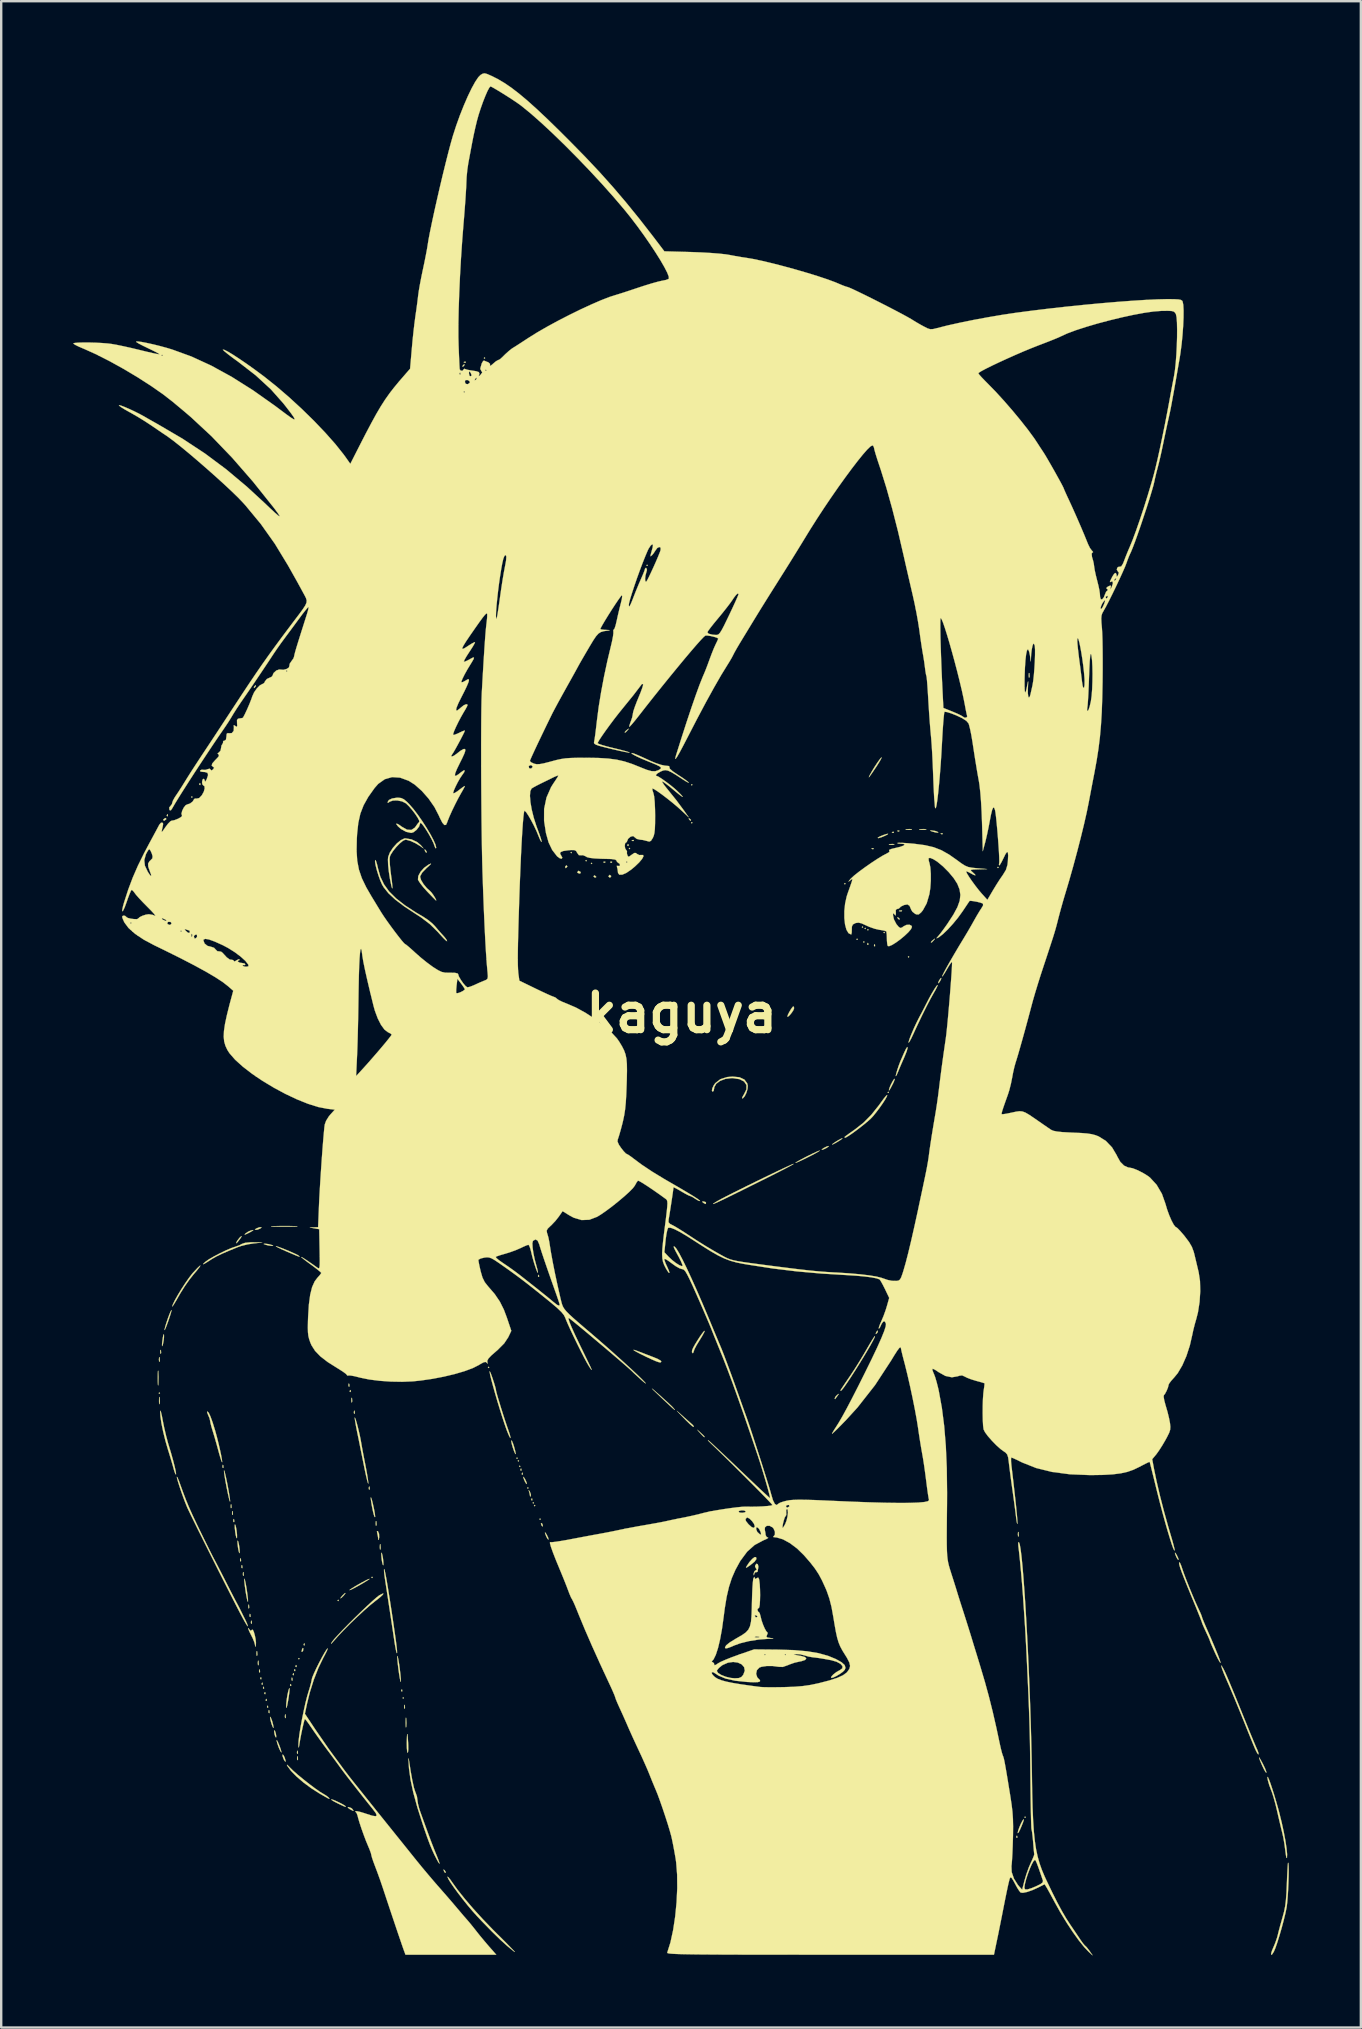
<source format=kicad_pcb>
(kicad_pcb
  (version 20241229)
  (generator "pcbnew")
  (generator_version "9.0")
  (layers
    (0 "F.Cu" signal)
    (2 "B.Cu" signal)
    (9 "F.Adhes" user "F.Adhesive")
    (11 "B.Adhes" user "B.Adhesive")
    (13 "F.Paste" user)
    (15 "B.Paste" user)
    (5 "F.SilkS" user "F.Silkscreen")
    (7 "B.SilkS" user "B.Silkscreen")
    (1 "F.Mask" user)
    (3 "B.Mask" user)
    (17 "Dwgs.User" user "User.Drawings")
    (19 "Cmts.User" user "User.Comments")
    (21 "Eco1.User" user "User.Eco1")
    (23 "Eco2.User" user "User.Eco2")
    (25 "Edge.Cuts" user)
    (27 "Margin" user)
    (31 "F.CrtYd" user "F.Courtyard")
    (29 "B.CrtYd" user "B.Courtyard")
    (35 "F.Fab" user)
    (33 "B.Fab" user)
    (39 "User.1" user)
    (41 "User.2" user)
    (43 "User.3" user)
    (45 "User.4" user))
  (footprint "kaguya"
    (layer "F.Cu")
    (at 25.348 39.158)
    (property "Reference" "kaguya" (at 0 0 0) (layer "F.SilkS") (effects (font (size 1.524 1.524) (thickness 0.3))))
    (attr through_hole)
    (fp_poly (pts (xy -21.731 15.833) (xy -21.759 15.861) (xy -21.788 15.833) (xy -21.759 15.804) (xy -21.731 15.833)) (stroke (width 0.01) (type solid)) (fill yes) (layer "F.SilkS"))
    (fp_poly (pts (xy -20.376 -9.003) (xy -20.405 -8.975) (xy -20.433 -9.003) (xy -20.405 -9.031) (xy -20.376 -9.003)) (stroke (width 0.01) (type solid)) (fill yes) (layer "F.SilkS"))
    (fp_poly (pts (xy -15.917 26.896) (xy -15.946 26.924) (xy -15.974 26.896) (xy -15.946 26.868) (xy -15.917 26.896)) (stroke (width 0.01) (type solid)) (fill yes) (layer "F.SilkS"))
    (fp_poly (pts (xy -14.28 24.469) (xy -14.309 24.497) (xy -14.337 24.469) (xy -14.309 24.44) (xy -14.28 24.469)) (stroke (width 0.01) (type solid)) (fill yes) (layer "F.SilkS"))
    (fp_poly (pts (xy -12.869 23.509) (xy -12.898 23.537) (xy -12.926 23.509) (xy -12.898 23.481) (xy -12.869 23.509)) (stroke (width 0.01) (type solid)) (fill yes) (layer "F.SilkS"))
    (fp_poly (pts (xy -11.571 28.533) (xy -11.599 28.561) (xy -11.628 28.533) (xy -11.599 28.504) (xy -11.571 28.533)) (stroke (width 0.01) (type solid)) (fill yes) (layer "F.SilkS"))
    (fp_poly (pts (xy -8.184 -27.291) (xy -8.213 -27.263) (xy -8.241 -27.291) (xy -8.213 -27.319) (xy -8.184 -27.291)) (stroke (width 0.01) (type solid)) (fill yes) (layer "F.SilkS"))
    (fp_poly (pts (xy -8.015 14.76) (xy -8.043 14.788) (xy -8.072 14.76) (xy -8.043 14.732) (xy -8.015 14.76)) (stroke (width 0.01) (type solid)) (fill yes) (layer "F.SilkS"))
    (fp_poly (pts (xy -6.83 18.542) (xy -6.858 18.57) (xy -6.886 18.542) (xy -6.858 18.514) (xy -6.83 18.542)) (stroke (width 0.01) (type solid)) (fill yes) (layer "F.SilkS"))
    (fp_poly (pts (xy -6.773 18.655) (xy -6.802 18.683) (xy -6.83 18.655) (xy -6.802 18.627) (xy -6.773 18.655)) (stroke (width 0.01) (type solid)) (fill yes) (layer "F.SilkS"))
    (fp_poly (pts (xy -6.717 18.881) (xy -6.745 18.909) (xy -6.773 18.881) (xy -6.745 18.852) (xy -6.717 18.881)) (stroke (width 0.01) (type solid)) (fill yes) (layer "F.SilkS"))
    (fp_poly (pts (xy -6.378 19.784) (xy -6.406 19.812) (xy -6.435 19.784) (xy -6.406 19.756) (xy -6.378 19.784)) (stroke (width 0.01) (type solid)) (fill yes) (layer "F.SilkS"))
    (fp_poly (pts (xy -6.152 20.405) (xy -6.181 20.433) (xy -6.209 20.405) (xy -6.181 20.376) (xy -6.152 20.405)) (stroke (width 0.01) (type solid)) (fill yes) (layer "F.SilkS"))
    (fp_poly (pts (xy -6.096 20.518) (xy -6.124 20.546) (xy -6.152 20.518) (xy -6.124 20.489) (xy -6.096 20.518)) (stroke (width 0.01) (type solid)) (fill yes) (layer "F.SilkS"))
    (fp_poly (pts (xy -5.87 21.082) (xy -5.898 21.11) (xy -5.927 21.082) (xy -5.898 21.054) (xy -5.87 21.082)) (stroke (width 0.01) (type solid)) (fill yes) (layer "F.SilkS"))
    (fp_poly (pts (xy -4.572 -6.689) (xy -4.6 -6.66) (xy -4.628 -6.689) (xy -4.6 -6.717) (xy -4.572 -6.689)) (stroke (width 0.01) (type solid)) (fill yes) (layer "F.SilkS"))
    (fp_poly (pts (xy -3.951 -6.35) (xy -3.979 -6.322) (xy -4.008 -6.35) (xy -3.979 -6.378) (xy -3.951 -6.35)) (stroke (width 0.01) (type solid)) (fill yes) (layer "F.SilkS"))
    (fp_poly (pts (xy -3.725 -6.237) (xy -3.754 -6.209) (xy -3.782 -6.237) (xy -3.754 -6.265) (xy -3.725 -6.237)) (stroke (width 0.01) (type solid)) (fill yes) (layer "F.SilkS"))
    (fp_poly (pts (xy -2.145 -6.858) (xy -2.173 -6.83) (xy -2.201 -6.858) (xy -2.173 -6.886) (xy -2.145 -6.858)) (stroke (width 0.01) (type solid)) (fill yes) (layer "F.SilkS"))
    (fp_poly (pts (xy -1.411 -18.655) (xy -1.439 -18.627) (xy -1.468 -18.655) (xy -1.439 -18.683) (xy -1.411 -18.655)) (stroke (width 0.01) (type solid)) (fill yes) (layer "F.SilkS"))
    (fp_poly (pts (xy 0.452 -9.511) (xy 0.423 -9.483) (xy 0.395 -9.511) (xy 0.423 -9.539) (xy 0.452 -9.511)) (stroke (width 0.01) (type solid)) (fill yes) (layer "F.SilkS"))
    (fp_poly (pts (xy 0.452 -7.93) (xy 0.423 -7.902) (xy 0.395 -7.93) (xy 0.423 -7.959) (xy 0.452 -7.93)) (stroke (width 0.01) (type solid)) (fill yes) (layer "F.SilkS"))
    (fp_poly (pts (xy 6.83 -5.39) (xy 6.802 -5.362) (xy 6.773 -5.39) (xy 6.802 -5.419) (xy 6.83 -5.39)) (stroke (width 0.01) (type solid)) (fill yes) (layer "F.SilkS"))
    (fp_poly (pts (xy 7.338 -3.076) (xy 7.31 -3.048) (xy 7.281 -3.076) (xy 7.31 -3.104) (xy 7.338 -3.076)) (stroke (width 0.01) (type solid)) (fill yes) (layer "F.SilkS"))
    (fp_poly (pts (xy 7.564 -3.584) (xy 7.535 -3.556) (xy 7.507 -3.584) (xy 7.535 -3.612) (xy 7.564 -3.584)) (stroke (width 0.01) (type solid)) (fill yes) (layer "F.SilkS"))
    (fp_poly (pts (xy 7.62 -2.963) (xy 7.592 -2.935) (xy 7.564 -2.963) (xy 7.592 -2.992) (xy 7.62 -2.963)) (stroke (width 0.01) (type solid)) (fill yes) (layer "F.SilkS"))
    (fp_poly (pts (xy 7.676 -3.528) (xy 7.648 -3.5) (xy 7.62 -3.528) (xy 7.648 -3.556) (xy 7.676 -3.528)) (stroke (width 0.01) (type solid)) (fill yes) (layer "F.SilkS"))
    (fp_poly (pts (xy 7.789 -3.471) (xy 7.761 -3.443) (xy 7.733 -3.471) (xy 7.761 -3.5) (xy 7.789 -3.471)) (stroke (width 0.01) (type solid)) (fill yes) (layer "F.SilkS"))
    (fp_poly (pts (xy 8.467 -3.358) (xy 8.438 -3.33) (xy 8.41 -3.358) (xy 8.438 -3.387) (xy 8.467 -3.358)) (stroke (width 0.01) (type solid)) (fill yes) (layer "F.SilkS"))
    (fp_poly (pts (xy 8.636 3.302) (xy 8.608 3.33) (xy 8.58 3.302) (xy 8.608 3.274) (xy 8.636 3.302)) (stroke (width 0.01) (type solid)) (fill yes) (layer "F.SilkS"))
    (fp_poly (pts (xy 9.483 -2.342) (xy 9.454 -2.314) (xy 9.426 -2.342) (xy 9.454 -2.371) (xy 9.483 -2.342)) (stroke (width 0.01) (type solid)) (fill yes) (layer "F.SilkS"))
    (fp_poly (pts (xy 13.208 -6.068) (xy 13.18 -6.04) (xy 13.152 -6.068) (xy 13.18 -6.096) (xy 13.208 -6.068)) (stroke (width 0.01) (type solid)) (fill yes) (layer "F.SilkS"))
    (fp_poly (pts (xy 14.337 33.5) (xy 14.309 33.528) (xy 14.28 33.5) (xy 14.309 33.472) (xy 14.337 33.5)) (stroke (width 0.01) (type solid)) (fill yes) (layer "F.SilkS"))
    (fp_poly (pts (xy -21.694 14.041) (xy -21.686 14.156) (xy -21.694 14.182) (xy -21.714 14.189) (xy -21.722 14.111) (xy -21.713 14.031) (xy -21.694 14.041)) (stroke (width 0.01) (type solid)) (fill yes) (layer "F.SilkS"))
    (fp_poly (pts (xy -21.411 -8.279) (xy -21.405 -8.212) (xy -21.411 -8.203) (xy -21.445 -8.211) (xy -21.449 -8.241) (xy -21.428 -8.287) (xy -21.411 -8.279)) (stroke (width 0.01) (type solid)) (fill yes) (layer "F.SilkS"))
    (fp_poly (pts (xy -20.057 -9.577) (xy -20.05 -9.51) (xy -20.057 -9.501) (xy -20.09 -9.509) (xy -20.094 -9.539) (xy -20.074 -9.586) (xy -20.057 -9.577)) (stroke (width 0.01) (type solid)) (fill yes) (layer "F.SilkS"))
    (fp_poly (pts (xy -19.096 18.842) (xy -19.089 18.93) (xy -19.101 18.95) (xy -19.126 18.933) (xy -19.13 18.876) (xy -19.116 18.816) (xy -19.096 18.842)) (stroke (width 0.01) (type solid)) (fill yes) (layer "F.SilkS"))
    (fp_poly (pts (xy -18.759 20.475) (xy -18.751 20.591) (xy -18.759 20.616) (xy -18.779 20.623) (xy -18.787 20.546) (xy -18.778 20.466) (xy -18.759 20.475)) (stroke (width 0.01) (type solid)) (fill yes) (layer "F.SilkS"))
    (fp_poly (pts (xy -18.702 20.757) (xy -18.695 20.873) (xy -18.702 20.899) (xy -18.723 20.906) (xy -18.731 20.828) (xy -18.722 20.748) (xy -18.702 20.757)) (stroke (width 0.01) (type solid)) (fill yes) (layer "F.SilkS"))
    (fp_poly (pts (xy -18.645 21.1) (xy -18.638 21.188) (xy -18.649 21.208) (xy -18.675 21.191) (xy -18.679 21.134) (xy -18.665 21.074) (xy -18.645 21.1)) (stroke (width 0.01) (type solid)) (fill yes) (layer "F.SilkS"))
    (fp_poly (pts (xy -18.362 22.737) (xy -18.356 22.825) (xy -18.367 22.845) (xy -18.392 22.828) (xy -18.396 22.771) (xy -18.383 22.71) (xy -18.362 22.737)) (stroke (width 0.01) (type solid)) (fill yes) (layer "F.SilkS"))
    (fp_poly (pts (xy -18.306 23.019) (xy -18.299 23.107) (xy -18.31 23.127) (xy -18.336 23.11) (xy -18.34 23.053) (xy -18.326 22.993) (xy -18.306 23.019)) (stroke (width 0.01) (type solid)) (fill yes) (layer "F.SilkS"))
    (fp_poly (pts (xy -18.251 23.297) (xy -18.243 23.413) (xy -18.251 23.439) (xy -18.271 23.446) (xy -18.279 23.368) (xy -18.27 23.288) (xy -18.251 23.297)) (stroke (width 0.01) (type solid)) (fill yes) (layer "F.SilkS"))
    (fp_poly (pts (xy -18.025 24.652) (xy -18.017 24.768) (xy -18.025 24.793) (xy -18.045 24.8) (xy -18.053 24.723) (xy -18.044 24.643) (xy -18.025 24.652)) (stroke (width 0.01) (type solid)) (fill yes) (layer "F.SilkS"))
    (fp_poly (pts (xy -17.967 25.051) (xy -17.96 25.139) (xy -17.972 25.159) (xy -17.997 25.142) (xy -18.001 25.085) (xy -17.988 25.025) (xy -17.967 25.051)) (stroke (width 0.01) (type solid)) (fill yes) (layer "F.SilkS"))
    (fp_poly (pts (xy -17.911 25.333) (xy -17.904 25.421) (xy -17.915 25.441) (xy -17.941 25.424) (xy -17.945 25.367) (xy -17.931 25.307) (xy -17.911 25.333)) (stroke (width 0.01) (type solid)) (fill yes) (layer "F.SilkS"))
    (fp_poly (pts (xy -17.572 27.365) (xy -17.565 27.453) (xy -17.577 27.473) (xy -17.602 27.456) (xy -17.606 27.399) (xy -17.592 27.339) (xy -17.572 27.365)) (stroke (width 0.01) (type solid)) (fill yes) (layer "F.SilkS"))
    (fp_poly (pts (xy -17.517 27.677) (xy -17.51 27.744) (xy -17.517 27.752) (xy -17.55 27.744) (xy -17.554 27.714) (xy -17.534 27.668) (xy -17.517 27.677)) (stroke (width 0.01) (type solid)) (fill yes) (layer "F.SilkS"))
    (fp_poly (pts (xy -17.46 27.902) (xy -17.453 27.969) (xy -17.46 27.978) (xy -17.494 27.97) (xy -17.498 27.94) (xy -17.477 27.894) (xy -17.46 27.902)) (stroke (width 0.01) (type solid)) (fill yes) (layer "F.SilkS"))
    (fp_poly (pts (xy -17.404 28.072) (xy -17.397 28.139) (xy -17.404 28.147) (xy -17.437 28.139) (xy -17.441 28.109) (xy -17.421 28.063) (xy -17.404 28.072)) (stroke (width 0.01) (type solid)) (fill yes) (layer "F.SilkS"))
    (fp_poly (pts (xy -17.347 28.297) (xy -17.341 28.364) (xy -17.347 28.373) (xy -17.381 28.365) (xy -17.385 28.335) (xy -17.364 28.289) (xy -17.347 28.297)) (stroke (width 0.01) (type solid)) (fill yes) (layer "F.SilkS"))
    (fp_poly (pts (xy -17.291 28.58) (xy -17.284 28.647) (xy -17.291 28.655) (xy -17.324 28.647) (xy -17.328 28.617) (xy -17.308 28.571) (xy -17.291 28.58)) (stroke (width 0.01) (type solid)) (fill yes) (layer "F.SilkS"))
    (fp_poly (pts (xy -17.234 28.862) (xy -17.228 28.929) (xy -17.234 28.937) (xy -17.268 28.929) (xy -17.272 28.9) (xy -17.251 28.853) (xy -17.234 28.862)) (stroke (width 0.01) (type solid)) (fill yes) (layer "F.SilkS"))
    (fp_poly (pts (xy -17.177 29.058) (xy -17.17 29.147) (xy -17.181 29.166) (xy -17.207 29.15) (xy -17.211 29.092) (xy -17.197 29.032) (xy -17.177 29.058)) (stroke (width 0.01) (type solid)) (fill yes) (layer "F.SilkS"))
    (fp_poly (pts (xy -16.501 29.224) (xy -16.493 29.34) (xy -16.501 29.365) (xy -16.521 29.372) (xy -16.529 29.295) (xy -16.52 29.215) (xy -16.501 29.224)) (stroke (width 0.01) (type solid)) (fill yes) (layer "F.SilkS"))
    (fp_poly (pts (xy -16.275 27.959) (xy -16.268 28.026) (xy -16.275 28.034) (xy -16.308 28.026) (xy -16.312 27.996) (xy -16.292 27.95) (xy -16.275 27.959)) (stroke (width 0.01) (type solid)) (fill yes) (layer "F.SilkS"))
    (fp_poly (pts (xy -16.217 27.704) (xy -16.211 27.792) (xy -16.222 27.812) (xy -16.248 27.795) (xy -16.252 27.738) (xy -16.238 27.678) (xy -16.217 27.704)) (stroke (width 0.01) (type solid)) (fill yes) (layer "F.SilkS"))
    (fp_poly (pts (xy -16.162 27.507) (xy -16.155 27.574) (xy -16.162 27.583) (xy -16.195 27.575) (xy -16.2 27.545) (xy -16.179 27.498) (xy -16.162 27.507)) (stroke (width 0.01) (type solid)) (fill yes) (layer "F.SilkS"))
    (fp_poly (pts (xy -16.105 27.338) (xy -16.099 27.405) (xy -16.105 27.413) (xy -16.139 27.405) (xy -16.143 27.376) (xy -16.122 27.329) (xy -16.105 27.338)) (stroke (width 0.01) (type solid)) (fill yes) (layer "F.SilkS"))
    (fp_poly (pts (xy -16.049 27.169) (xy -16.042 27.236) (xy -16.049 27.244) (xy -16.083 27.236) (xy -16.087 27.206) (xy -16.066 27.16) (xy -16.049 27.169)) (stroke (width 0.01) (type solid)) (fill yes) (layer "F.SilkS"))
    (fp_poly (pts (xy -15.993 30.974) (xy -15.985 31.089) (xy -15.993 31.115) (xy -16.013 31.122) (xy -16.021 31.044) (xy -16.012 30.964) (xy -15.993 30.974)) (stroke (width 0.01) (type solid)) (fill yes) (layer "F.SilkS"))
    (fp_poly (pts (xy -15.992 30.752) (xy -15.985 30.84) (xy -15.996 30.86) (xy -16.022 30.843) (xy -16.026 30.786) (xy -16.012 30.726) (xy -15.992 30.752)) (stroke (width 0.01) (type solid)) (fill yes) (layer "F.SilkS"))
    (fp_poly (pts (xy -15.71 26.265) (xy -15.704 26.332) (xy -15.71 26.341) (xy -15.744 26.333) (xy -15.748 26.303) (xy -15.727 26.257) (xy -15.71 26.265)) (stroke (width 0.01) (type solid)) (fill yes) (layer "F.SilkS"))
    (fp_poly (pts (xy -13.847 15.455) (xy -13.84 15.543) (xy -13.851 15.563) (xy -13.877 15.547) (xy -13.881 15.489) (xy -13.867 15.429) (xy -13.847 15.455)) (stroke (width 0.01) (type solid)) (fill yes) (layer "F.SilkS"))
    (fp_poly (pts (xy -13.791 15.71) (xy -13.785 15.777) (xy -13.791 15.786) (xy -13.825 15.778) (xy -13.829 15.748) (xy -13.808 15.702) (xy -13.791 15.71)) (stroke (width 0.01) (type solid)) (fill yes) (layer "F.SilkS"))
    (fp_poly (pts (xy -13.621 16.584) (xy -13.614 16.672) (xy -13.625 16.692) (xy -13.651 16.675) (xy -13.655 16.618) (xy -13.641 16.558) (xy -13.621 16.584)) (stroke (width 0.01) (type solid)) (fill yes) (layer "F.SilkS"))
    (fp_poly (pts (xy -13 19.745) (xy -12.993 19.833) (xy -13.005 19.853) (xy -13.03 19.836) (xy -13.034 19.779) (xy -13.02 19.719) (xy -13 19.745)) (stroke (width 0.01) (type solid)) (fill yes) (layer "F.SilkS"))
    (fp_poly (pts (xy -11.646 28.185) (xy -11.64 28.252) (xy -11.646 28.26) (xy -11.68 28.252) (xy -11.684 28.222) (xy -11.663 28.176) (xy -11.646 28.185)) (stroke (width 0.01) (type solid)) (fill yes) (layer "F.SilkS"))
    (fp_poly (pts (xy -11.534 28.829) (xy -11.526 28.945) (xy -11.534 28.97) (xy -11.554 28.977) (xy -11.562 28.9) (xy -11.553 28.819) (xy -11.534 28.829)) (stroke (width 0.01) (type solid)) (fill yes) (layer "F.SilkS"))
    (fp_poly (pts (xy -8.993 -27.131) (xy -9.001 -27.097) (xy -9.031 -27.093) (xy -9.078 -27.114) (xy -9.069 -27.131) (xy -9.002 -27.138) (xy -8.993 -27.131)) (stroke (width 0.01) (type solid)) (fill yes) (layer "F.SilkS"))
    (fp_poly (pts (xy -6.679 18.984) (xy -6.673 19.051) (xy -6.679 19.059) (xy -6.713 19.052) (xy -6.717 19.022) (xy -6.696 18.975) (xy -6.679 18.984)) (stroke (width 0.01) (type solid)) (fill yes) (layer "F.SilkS"))
    (fp_poly (pts (xy -6.623 19.153) (xy -6.616 19.22) (xy -6.623 19.229) (xy -6.656 19.221) (xy -6.66 19.191) (xy -6.64 19.145) (xy -6.623 19.153)) (stroke (width 0.01) (type solid)) (fill yes) (layer "F.SilkS"))
    (fp_poly (pts (xy -6.228 20.226) (xy -6.221 20.293) (xy -6.228 20.301) (xy -6.261 20.293) (xy -6.265 20.264) (xy -6.245 20.217) (xy -6.228 20.226)) (stroke (width 0.01) (type solid)) (fill yes) (layer "F.SilkS"))
    (fp_poly (pts (xy -5.945 10.913) (xy -5.939 10.98) (xy -5.945 10.988) (xy -5.979 10.98) (xy -5.983 10.95) (xy -5.962 10.904) (xy -5.945 10.913)) (stroke (width 0.01) (type solid)) (fill yes) (layer "F.SilkS"))
    (fp_poly (pts (xy -3.18 -6.303) (xy -3.187 -6.269) (xy -3.217 -6.265) (xy -3.264 -6.286) (xy -3.255 -6.303) (xy -3.188 -6.31) (xy -3.18 -6.303)) (stroke (width 0.01) (type solid)) (fill yes) (layer "F.SilkS"))
    (fp_poly (pts (xy -2.897 -6.303) (xy -2.905 -6.269) (xy -2.935 -6.265) (xy -2.982 -6.286) (xy -2.973 -6.303) (xy -2.906 -6.31) (xy -2.897 -6.303)) (stroke (width 0.01) (type solid)) (fill yes) (layer "F.SilkS"))
    (fp_poly (pts (xy -2.22 -7.037) (xy -2.213 -6.97) (xy -2.22 -6.961) (xy -2.254 -6.969) (xy -2.258 -6.999) (xy -2.237 -7.046) (xy -2.22 -7.037)) (stroke (width 0.01) (type solid)) (fill yes) (layer "F.SilkS"))
    (fp_poly (pts (xy -1.994 -7.206) (xy -2.002 -7.173) (xy -2.032 -7.168) (xy -2.078 -7.189) (xy -2.07 -7.206) (xy -2.003 -7.213) (xy -1.994 -7.206)) (stroke (width 0.01) (type solid)) (fill yes) (layer "F.SilkS"))
    (fp_poly (pts (xy 7.771 -2.916) (xy 7.777 -2.849) (xy 7.771 -2.841) (xy 7.737 -2.849) (xy 7.733 -2.879) (xy 7.754 -2.925) (xy 7.771 -2.916)) (stroke (width 0.01) (type solid)) (fill yes) (layer "F.SilkS"))
    (fp_poly (pts (xy 7.996 -6.867) (xy 7.989 -6.834) (xy 7.959 -6.83) (xy 7.912 -6.85) (xy 7.921 -6.867) (xy 7.988 -6.874) (xy 7.996 -6.867)) (stroke (width 0.01) (type solid)) (fill yes) (layer "F.SilkS"))
    (fp_poly (pts (xy 8.053 -2.86) (xy 8.059 -2.793) (xy 8.053 -2.785) (xy 8.019 -2.792) (xy 8.015 -2.822) (xy 8.036 -2.869) (xy 8.053 -2.86)) (stroke (width 0.01) (type solid)) (fill yes) (layer "F.SilkS"))
    (fp_poly (pts (xy 8.843 -7.545) (xy 8.835 -7.511) (xy 8.805 -7.507) (xy 8.759 -7.528) (xy 8.768 -7.545) (xy 8.835 -7.551) (xy 8.843 -7.545)) (stroke (width 0.01) (type solid)) (fill yes) (layer "F.SilkS"))
    (fp_poly (pts (xy 9.069 -7.601) (xy 9.061 -7.568) (xy 9.031 -7.564) (xy 8.985 -7.584) (xy 8.993 -7.601) (xy 9.06 -7.608) (xy 9.069 -7.601)) (stroke (width 0.01) (type solid)) (fill yes) (layer "F.SilkS"))
    (fp_poly (pts (xy 9.185 -4.267) (xy 9.168 -4.242) (xy 9.111 -4.238) (xy 9.051 -4.252) (xy 9.077 -4.272) (xy 9.165 -4.279) (xy 9.185 -4.267)) (stroke (width 0.01) (type solid)) (fill yes) (layer "F.SilkS"))
    (fp_poly (pts (xy 10.875 -7.488) (xy 10.867 -7.455) (xy 10.837 -7.451) (xy 10.791 -7.471) (xy 10.8 -7.488) (xy 10.867 -7.495) (xy 10.875 -7.488)) (stroke (width 0.01) (type solid)) (fill yes) (layer "F.SilkS"))
    (fp_poly (pts (xy 13.979 34.281) (xy 13.986 34.348) (xy 13.979 34.356) (xy 13.946 34.348) (xy 13.942 34.318) (xy 13.962 34.272) (xy 13.979 34.281)) (stroke (width 0.01) (type solid)) (fill yes) (layer "F.SilkS"))
    (fp_poly (pts (xy -15.76 26.465) (xy -15.772 26.567) (xy -15.795 26.598) (xy -15.832 26.613) (xy -15.821 26.53) (xy -15.82 26.524) (xy -15.786 26.449) (xy -15.76 26.465)) (stroke (width 0.01) (type solid)) (fill yes) (layer "F.SilkS"))
    (fp_poly (pts (xy -10.668 -6.796) (xy -10.661 -6.788) (xy -10.616 -6.714) (xy -10.622 -6.687) (xy -10.664 -6.704) (xy -10.693 -6.757) (xy -10.71 -6.823) (xy -10.668 -6.796)) (stroke (width 0.01) (type solid)) (fill yes) (layer "F.SilkS"))
    (fp_poly (pts (xy -9.878 35.707) (xy -9.871 35.714) (xy -9.826 35.788) (xy -9.832 35.815) (xy -9.874 35.799) (xy -9.902 35.746) (xy -9.92 35.68) (xy -9.878 35.707)) (stroke (width 0.01) (type solid)) (fill yes) (layer "F.SilkS"))
    (fp_poly (pts (xy -5.815 21.264) (xy -5.794 21.305) (xy -5.78 21.385) (xy -5.818 21.369) (xy -5.844 21.332) (xy -5.862 21.258) (xy -5.855 21.245) (xy -5.815 21.264)) (stroke (width 0.01) (type solid)) (fill yes) (layer "F.SilkS"))
    (fp_poly (pts (xy 0.33 -8.105) (xy 0.391 -8.048) (xy 0.378 -8.016) (xy 0.37 -8.015) (xy 0.322 -8.055) (xy 0.305 -8.08) (xy 0.298 -8.119) (xy 0.33 -8.105)) (stroke (width 0.01) (type solid)) (fill yes) (layer "F.SilkS"))
    (fp_poly (pts (xy 8.167 13.294) (xy 8.135 13.336) (xy 8.088 13.372) (xy 8.099 13.315) (xy 8.103 13.304) (xy 8.148 13.235) (xy 8.174 13.235) (xy 8.167 13.294)) (stroke (width 0.01) (type solid)) (fill yes) (layer "F.SilkS"))
    (fp_poly (pts (xy 9.022 -3.985) (xy 9.083 -3.928) (xy 9.071 -3.895) (xy 9.063 -3.895) (xy 9.015 -3.935) (xy 8.997 -3.96) (xy 8.991 -3.998) (xy 9.022 -3.985)) (stroke (width 0.01) (type solid)) (fill yes) (layer "F.SilkS"))
    (fp_poly (pts (xy -21.751 14.342) (xy -21.748 14.352) (xy -21.74 14.475) (xy -21.751 14.521) (xy -21.769 14.523) (xy -21.777 14.435) (xy -21.777 14.422) (xy -21.768 14.334) (xy -21.751 14.342)) (stroke (width 0.01) (type solid)) (fill yes) (layer "F.SilkS"))
    (fp_poly (pts (xy -21.748 16.016) (xy -21.738 16.181) (xy -21.748 16.27) (xy -21.762 16.297) (xy -21.771 16.226) (xy -21.772 16.143) (xy -21.768 16.021) (xy -21.757 15.988) (xy -21.748 16.016)) (stroke (width 0.01) (type solid)) (fill yes) (layer "F.SilkS"))
    (fp_poly (pts (xy -21.468 -8.093) (xy -21.477 -8.072) (xy -21.552 -8.017) (xy -21.568 -8.015) (xy -21.599 -8.05) (xy -21.59 -8.072) (xy -21.515 -8.126) (xy -21.499 -8.128) (xy -21.468 -8.093)) (stroke (width 0.01) (type solid)) (fill yes) (layer "F.SilkS"))
    (fp_poly (pts (xy -17.741 -13.623) (xy -17.752 -13.603) (xy -17.805 -13.549) (xy -17.815 -13.547) (xy -17.819 -13.583) (xy -17.808 -13.603) (xy -17.755 -13.657) (xy -17.745 -13.66) (xy -17.741 -13.623)) (stroke (width 0.01) (type solid)) (fill yes) (layer "F.SilkS"))
    (fp_poly (pts (xy -17.687 26.591) (xy -17.684 26.601) (xy -17.676 26.723) (xy -17.687 26.77) (xy -17.705 26.772) (xy -17.713 26.683) (xy -17.713 26.67) (xy -17.704 26.582) (xy -17.687 26.591)) (stroke (width 0.01) (type solid)) (fill yes) (layer "F.SilkS"))
    (fp_poly (pts (xy -17.631 26.986) (xy -17.628 26.996) (xy -17.62 27.119) (xy -17.63 27.165) (xy -17.649 27.167) (xy -17.656 27.078) (xy -17.656 27.065) (xy -17.648 26.978) (xy -17.631 26.986)) (stroke (width 0.01) (type solid)) (fill yes) (layer "F.SilkS"))
    (fp_poly (pts (xy -16.942 29.907) (xy -16.909 30.004) (xy -16.889 30.122) (xy -16.896 30.179) (xy -16.925 30.15) (xy -16.958 30.053) (xy -16.977 29.935) (xy -16.971 29.878) (xy -16.942 29.907)) (stroke (width 0.01) (type solid)) (fill yes) (layer "F.SilkS"))
    (fp_poly (pts (xy -14.02 24.193) (xy -14.083 24.271) (xy -14.168 24.355) (xy -14.213 24.384) (xy -14.202 24.349) (xy -14.139 24.271) (xy -14.055 24.188) (xy -14.009 24.158) (xy -14.02 24.193)) (stroke (width 0.01) (type solid)) (fill yes) (layer "F.SilkS"))
    (fp_poly (pts (xy -13.736 16.036) (xy -13.733 16.045) (xy -13.725 16.168) (xy -13.735 16.215) (xy -13.754 16.217) (xy -13.762 16.128) (xy -13.761 16.115) (xy -13.753 16.027) (xy -13.736 16.036)) (stroke (width 0.01) (type solid)) (fill yes) (layer "F.SilkS"))
    (fp_poly (pts (xy -12.72 21.172) (xy -12.717 21.182) (xy -12.709 21.305) (xy -12.719 21.351) (xy -12.738 21.353) (xy -12.746 21.265) (xy -12.745 21.251) (xy -12.737 21.164) (xy -12.72 21.172)) (stroke (width 0.01) (type solid)) (fill yes) (layer "F.SilkS"))
    (fp_poly (pts (xy -12.548 22.14) (xy -12.539 22.283) (xy -12.548 22.338) (xy -12.565 22.355) (xy -12.573 22.277) (xy -12.574 22.239) (xy -12.568 22.136) (xy -12.553 22.124) (xy -12.548 22.14)) (stroke (width 0.01) (type solid)) (fill yes) (layer "F.SilkS"))
    (fp_poly (pts (xy -9.049 -27) (xy -9.059 -26.98) (xy -9.113 -26.927) (xy -9.122 -26.924) (xy -9.126 -26.96) (xy -9.116 -26.98) (xy -9.063 -27.034) (xy -9.053 -27.037) (xy -9.049 -27)) (stroke (width 0.01) (type solid)) (fill yes) (layer "F.SilkS"))
    (fp_poly (pts (xy -4.761 -6.118) (xy -4.77 -6.096) (xy -4.82 -6.042) (xy -4.829 -6.04) (xy -4.854 -6.083) (xy -4.854 -6.096) (xy -4.811 -6.15) (xy -4.794 -6.152) (xy -4.761 -6.118)) (stroke (width 0.01) (type solid)) (fill yes) (layer "F.SilkS"))
    (fp_poly (pts (xy -4.217 -5.886) (xy -4.205 -5.87) (xy -4.218 -5.822) (xy -4.258 -5.814) (xy -4.335 -5.843) (xy -4.346 -5.87) (xy -4.306 -5.925) (xy -4.293 -5.927) (xy -4.217 -5.886)) (stroke (width 0.01) (type solid)) (fill yes) (layer "F.SilkS"))
    (fp_poly (pts (xy -3.612 -5.729) (xy -3.559 -5.678) (xy -3.556 -5.669) (xy -3.6 -5.645) (xy -3.612 -5.644) (xy -3.667 -5.688) (xy -3.669 -5.704) (xy -3.634 -5.738) (xy -3.612 -5.729)) (stroke (width 0.01) (type solid)) (fill yes) (layer "F.SilkS"))
    (fp_poly (pts (xy -2.937 -5.714) (xy -2.935 -5.701) (xy -2.978 -5.646) (xy -2.992 -5.644) (xy -3.046 -5.687) (xy -3.048 -5.701) (xy -3.005 -5.756) (xy -2.992 -5.757) (xy -2.937 -5.714)) (stroke (width 0.01) (type solid)) (fill yes) (layer "F.SilkS"))
    (fp_poly (pts (xy -2.219 -11.824) (xy -2.251 -11.783) (xy -2.333 -11.695) (xy -2.37 -11.695) (xy -2.371 -11.705) (xy -2.332 -11.752) (xy -2.272 -11.804) (xy -2.205 -11.853) (xy -2.219 -11.824)) (stroke (width 0.01) (type solid)) (fill yes) (layer "F.SilkS"))
    (fp_poly (pts (xy 0.804 17.494) (xy 0.922 17.604) (xy 0.959 17.657) (xy 0.941 17.667) (xy 0.896 17.629) (xy 0.807 17.536) (xy 0.786 17.512) (xy 0.649 17.357) (xy 0.804 17.494)) (stroke (width 0.01) (type solid)) (fill yes) (layer "F.SilkS"))
    (fp_poly (pts (xy 1.001 7.873) (xy 1.016 7.902) (xy 1.007 7.952) (xy 0.958 7.937) (xy 0.903 7.902) (xy 0.851 7.858) (xy 0.905 7.847) (xy 0.917 7.847) (xy 1.001 7.873)) (stroke (width 0.01) (type solid)) (fill yes) (layer "F.SilkS"))
    (fp_poly (pts (xy 8.848 -7.038) (xy 8.865 -7.022) (xy 8.787 -7.013) (xy 8.749 -7.012) (xy 8.646 -7.018) (xy 8.634 -7.033) (xy 8.65 -7.038) (xy 8.793 -7.047) (xy 8.848 -7.038)) (stroke (width 0.01) (type solid)) (fill yes) (layer "F.SilkS"))
    (fp_poly (pts (xy 9.582 -7.659) (xy 9.595 -7.644) (xy 9.514 -7.635) (xy 9.454 -7.634) (xy 9.345 -7.64) (xy 9.329 -7.653) (xy 9.356 -7.66) (xy 9.503 -7.669) (xy 9.582 -7.659)) (stroke (width 0.01) (type solid)) (fill yes) (layer "F.SilkS"))
    (fp_poly (pts (xy 10.174 -7.66) (xy 10.201 -7.646) (xy 10.13 -7.637) (xy 10.047 -7.635) (xy 9.925 -7.64) (xy 9.892 -7.651) (xy 9.92 -7.66) (xy 10.085 -7.669) (xy 10.174 -7.66)) (stroke (width 0.01) (type solid)) (fill yes) (layer "F.SilkS"))
    (fp_poly (pts (xy 10.537 -3.075) (xy 10.506 -3.034) (xy 10.423 -2.946) (xy 10.387 -2.947) (xy 10.386 -2.956) (xy 10.424 -3.004) (xy 10.485 -3.055) (xy 10.551 -3.104) (xy 10.537 -3.075)) (stroke (width 0.01) (type solid)) (fill yes) (layer "F.SilkS"))
    (fp_poly (pts (xy 10.813 -1.426) (xy 10.781 -1.355) (xy 10.723 -1.266) (xy 10.692 -1.242) (xy 10.693 -1.283) (xy 10.724 -1.355) (xy 10.783 -1.443) (xy 10.813 -1.468) (xy 10.813 -1.426)) (stroke (width 0.01) (type solid)) (fill yes) (layer "F.SilkS"))
    (fp_poly (pts (xy 14.035 21.624) (xy 14.037 21.633) (xy 14.046 21.756) (xy 14.035 21.803) (xy 14.017 21.805) (xy 14.009 21.716) (xy 14.009 21.703) (xy 14.017 21.615) (xy 14.035 21.624)) (stroke (width 0.01) (type solid)) (fill yes) (layer "F.SilkS"))
    (fp_poly (pts (xy 14.486 -14.162) (xy 14.489 -14.152) (xy 14.497 -14.029) (xy 14.487 -13.983) (xy 14.468 -13.981) (xy 14.461 -14.07) (xy 14.461 -14.083) (xy 14.469 -14.17) (xy 14.486 -14.162)) (stroke (width 0.01) (type solid)) (fill yes) (layer "F.SilkS"))
    (fp_poly (pts (xy -18.36 9.354) (xy -18.401 9.412) (xy -18.502 9.542) (xy -18.554 9.591) (xy -18.55 9.555) (xy -18.519 9.492) (xy -18.428 9.369) (xy -18.365 9.309) (xy -18.327 9.291) (xy -18.36 9.354)) (stroke (width 0.01) (type solid)) (fill yes) (layer "F.SilkS"))
    (fp_poly (pts (xy -17.854 9.056) (xy -17.959 9.118) (xy -18.062 9.171) (xy -18.179 9.225) (xy -18.208 9.223) (xy -18.175 9.184) (xy -18.054 9.102) (xy -17.949 9.058) (xy -17.85 9.036) (xy -17.854 9.056)) (stroke (width 0.01) (type solid)) (fill yes) (layer "F.SilkS"))
    (fp_poly (pts (xy -16.589 30.913) (xy -16.539 31.013) (xy -16.538 31.016) (xy -16.499 31.148) (xy -16.506 31.191) (xy -16.551 31.139) (xy -16.588 31.066) (xy -16.627 30.95) (xy -16.627 30.888) (xy -16.589 30.913)) (stroke (width 0.01) (type solid)) (fill yes) (layer "F.SilkS"))
    (fp_poly (pts (xy -13.767 33.117) (xy -13.716 33.161) (xy -13.668 33.228) (xy -13.691 33.234) (xy -13.796 33.18) (xy -13.829 33.161) (xy -13.912 33.102) (xy -13.89 33.079) (xy -13.878 33.078) (xy -13.767 33.117)) (stroke (width 0.01) (type solid)) (fill yes) (layer "F.SilkS"))
    (fp_poly (pts (xy -11.474 29.393) (xy -11.474 29.394) (xy -11.465 29.579) (xy -11.474 29.733) (xy -11.486 29.764) (xy -11.494 29.697) (xy -11.497 29.549) (xy -11.494 29.404) (xy -11.485 29.348) (xy -11.474 29.393)) (stroke (width 0.01) (type solid)) (fill yes) (layer "F.SilkS"))
    (fp_poly (pts (xy -6.558 19.359) (xy -6.513 19.436) (xy -6.46 19.552) (xy -6.448 19.618) (xy -6.449 19.62) (xy -6.486 19.593) (xy -6.538 19.499) (xy -6.592 19.366) (xy -6.597 19.316) (xy -6.558 19.359)) (stroke (width 0.01) (type solid)) (fill yes) (layer "F.SilkS"))
    (fp_poly (pts (xy -6.35 19.898) (xy -6.322 19.941) (xy -6.281 20.053) (xy -6.285 20.11) (xy -6.311 20.146) (xy -6.317 20.113) (xy -6.337 20.005) (xy -6.354 19.944) (xy -6.374 19.872) (xy -6.35 19.898)) (stroke (width 0.01) (type solid)) (fill yes) (layer "F.SilkS"))
    (fp_poly (pts (xy -5.655 21.673) (xy -5.61 21.75) (xy -5.556 21.867) (xy -5.545 21.932) (xy -5.546 21.934) (xy -5.583 21.907) (xy -5.635 21.813) (xy -5.688 21.68) (xy -5.694 21.631) (xy -5.655 21.673)) (stroke (width 0.01) (type solid)) (fill yes) (layer "F.SilkS"))
    (fp_poly (pts (xy 6.534 15.889) (xy 6.493 15.946) (xy 6.424 16.041) (xy 6.394 16.082) (xy 6.379 16.063) (xy 6.378 16.047) (xy 6.418 15.968) (xy 6.477 15.91) (xy 6.543 15.862) (xy 6.534 15.889)) (stroke (width 0.01) (type solid)) (fill yes) (layer "F.SilkS"))
    (fp_poly (pts (xy 10.562 -7.589) (xy 10.64 -7.564) (xy 10.697 -7.529) (xy 10.667 -7.517) (xy 10.573 -7.529) (xy 10.442 -7.564) (xy 10.356 -7.596) (xy 10.375 -7.609) (xy 10.414 -7.61) (xy 10.562 -7.589)) (stroke (width 0.01) (type solid)) (fill yes) (layer "F.SilkS"))
    (fp_poly (pts (xy 20.592 22.519) (xy 20.637 22.597) (xy 20.69 22.713) (xy 20.702 22.779) (xy 20.7 22.781) (xy 20.664 22.754) (xy 20.611 22.66) (xy 20.558 22.527) (xy 20.553 22.477) (xy 20.592 22.519)) (stroke (width 0.01) (type solid)) (fill yes) (layer "F.SilkS"))
    (fp_poly (pts (xy -17.498 8.928) (xy -17.54 8.965) (xy -17.554 8.975) (xy -17.675 9.023) (xy -17.724 9.029) (xy -17.78 9.022) (xy -17.738 8.984) (xy -17.724 8.975) (xy -17.603 8.926) (xy -17.554 8.92) (xy -17.498 8.928)) (stroke (width 0.01) (type solid)) (fill yes) (layer "F.SilkS"))
    (fp_poly (pts (xy -17.213 9.624) (xy -17.103 9.652) (xy -17.017 9.684) (xy -17.037 9.696) (xy -17.074 9.697) (xy -17.218 9.68) (xy -17.328 9.652) (xy -17.414 9.62) (xy -17.394 9.608) (xy -17.357 9.607) (xy -17.213 9.624)) (stroke (width 0.01) (type solid)) (fill yes) (layer "F.SilkS"))
    (fp_poly (pts (xy 6.123 5.558) (xy 6.044 5.614) (xy 6.04 5.616) (xy 5.918 5.675) (xy 5.842 5.697) (xy 5.843 5.674) (xy 5.922 5.619) (xy 5.927 5.616) (xy 6.048 5.557) (xy 6.124 5.536) (xy 6.123 5.558)) (stroke (width 0.01) (type solid)) (fill yes) (layer "F.SilkS"))
    (fp_poly (pts (xy -21.803 14.942) (xy -21.794 15.155) (xy -21.799 15.391) (xy -21.802 15.45) (xy -21.811 15.516) (xy -21.818 15.479) (xy -21.823 15.349) (xy -21.824 15.212) (xy -21.822 15.02) (xy -21.817 14.911) (xy -21.809 14.895) (xy -21.803 14.942)) (stroke (width 0.01) (type solid)) (fill yes) (layer "F.SilkS"))
    (fp_poly (pts (xy -21.566 13.403) (xy -21.566 13.497) (xy -21.579 13.63) (xy -21.603 13.763) (xy -21.621 13.829) (xy -21.645 13.877) (xy -21.649 13.815) (xy -21.636 13.688) (xy -21.614 13.521) (xy -21.592 13.408) (xy -21.583 13.382) (xy -21.566 13.403)) (stroke (width 0.01) (type solid)) (fill yes) (layer "F.SilkS"))
    (fp_poly (pts (xy -12.664 21.582) (xy -12.647 21.597) (xy -12.606 21.694) (xy -12.601 21.843) (xy -12.602 21.851) (xy -12.619 21.946) (xy -12.633 21.947) (xy -12.635 21.929) (xy -12.657 21.783) (xy -12.68 21.675) (xy -12.695 21.582) (xy -12.664 21.582)) (stroke (width 0.01) (type solid)) (fill yes) (layer "F.SilkS"))
    (fp_poly (pts (xy -7.065 17.833) (xy -7.018 17.948) (xy -6.979 18.07) (xy -6.927 18.268) (xy -6.911 18.369) (xy -6.929 18.369) (xy -6.976 18.264) (xy -7.027 18.119) (xy -7.076 17.953) (xy -7.098 17.836) (xy -7.095 17.801) (xy -7.065 17.833)) (stroke (width 0.01) (type solid)) (fill yes) (layer "F.SilkS"))
    (fp_poly (pts (xy 3.117 22.743) (xy 3.04 22.853) (xy 2.862 22.998) (xy 2.831 23.02) (xy 2.718 23.095) (xy 2.68 23.104) (xy 2.704 23.049) (xy 2.82 22.876) (xy 2.939 22.741) (xy 3.039 22.665) (xy 3.099 22.664) (xy 3.117 22.743)) (stroke (width 0.01) (type solid)) (fill yes) (layer "F.SilkS"))
    (fp_poly (pts (xy 8.586 -7.447) (xy 8.495 -7.398) (xy 8.337 -7.331) (xy 8.212 -7.293) (xy 8.184 -7.29) (xy 8.171 -7.308) (xy 8.245 -7.353) (xy 8.269 -7.364) (xy 8.428 -7.427) (xy 8.545 -7.463) (xy 8.603 -7.471) (xy 8.586 -7.447)) (stroke (width 0.01) (type solid)) (fill yes) (layer "F.SilkS"))
    (fp_poly (pts (xy -18.587 21.334) (xy -18.56 21.451) (xy -18.542 21.562) (xy -18.524 21.731) (xy -18.523 21.849) (xy -18.53 21.879) (xy -18.553 21.846) (xy -18.581 21.729) (xy -18.598 21.618) (xy -18.616 21.449) (xy -18.618 21.331) (xy -18.61 21.301) (xy -18.587 21.334)) (stroke (width 0.01) (type solid)) (fill yes) (layer "F.SilkS"))
    (fp_poly (pts (xy -18.474 22.012) (xy -18.446 22.128) (xy -18.432 22.213) (xy -18.413 22.373) (xy -18.412 22.48) (xy -18.418 22.501) (xy -18.44 22.467) (xy -18.468 22.351) (xy -18.483 22.265) (xy -18.501 22.105) (xy -18.503 21.998) (xy -18.497 21.977) (xy -18.474 22.012)) (stroke (width 0.01) (type solid)) (fill yes) (layer "F.SilkS"))
    (fp_poly (pts (xy -17.116 29.351) (xy -17.071 29.462) (xy -17.051 29.526) (xy -17.014 29.672) (xy -17.001 29.766) (xy -17.005 29.78) (xy -17.033 29.747) (xy -17.077 29.635) (xy -17.098 29.572) (xy -17.135 29.425) (xy -17.147 29.331) (xy -17.144 29.317) (xy -17.116 29.351)) (stroke (width 0.01) (type solid)) (fill yes) (layer "F.SilkS"))
    (fp_poly (pts (xy -16.855 30.303) (xy -16.808 30.395) (xy -16.763 30.505) (xy -16.705 30.664) (xy -16.675 30.774) (xy -16.674 30.804) (xy -16.704 30.769) (xy -16.758 30.659) (xy -16.785 30.594) (xy -16.841 30.437) (xy -16.872 30.319) (xy -16.874 30.295) (xy -16.855 30.303)) (stroke (width 0.01) (type solid)) (fill yes) (layer "F.SilkS"))
    (fp_poly (pts (xy -12.485 22.514) (xy -12.458 22.631) (xy -12.443 22.716) (xy -12.426 22.876) (xy -12.425 22.984) (xy -12.431 23.005) (xy -12.454 22.972) (xy -12.481 22.856) (xy -12.495 22.768) (xy -12.511 22.607) (xy -12.513 22.5) (xy -12.507 22.479) (xy -12.485 22.514)) (stroke (width 0.01) (type solid)) (fill yes) (layer "F.SilkS"))
    (fp_poly (pts (xy 0.113 16.846) (xy 0.272 16.987) (xy 0.401 17.101) (xy 0.473 17.165) (xy 0.476 17.168) (xy 0.507 17.228) (xy 0.501 17.241) (xy 0.452 17.216) (xy 0.346 17.125) (xy 0.202 16.986) (xy 0.138 16.92) (xy -0.198 16.571) (xy 0.113 16.846)) (stroke (width 0.01) (type solid)) (fill yes) (layer "F.SilkS"))
    (fp_poly (pts (xy 6.699 5.223) (xy 6.689 5.234) (xy 6.607 5.293) (xy 6.469 5.378) (xy 6.406 5.414) (xy 6.299 5.469) (xy 6.268 5.473) (xy 6.294 5.447) (xy 6.385 5.381) (xy 6.499 5.31) (xy 6.608 5.25) (xy 6.684 5.216) (xy 6.699 5.223)) (stroke (width 0.01) (type solid)) (fill yes) (layer "F.SilkS"))
    (fp_poly (pts (xy 8.878 2.757) (xy 8.844 2.854) (xy 8.803 2.943) (xy 8.711 3.12) (xy 8.659 3.208) (xy 8.637 3.219) (xy 8.636 3.205) (xy 8.661 3.112) (xy 8.72 2.974) (xy 8.792 2.837) (xy 8.853 2.746) (xy 8.865 2.736) (xy 8.878 2.757)) (stroke (width 0.01) (type solid)) (fill yes) (layer "F.SilkS"))
    (fp_poly (pts (xy 24.116 31.094) (xy 24.216 31.279) (xy 24.221 31.29) (xy 24.304 31.462) (xy 24.354 31.592) (xy 24.362 31.65) (xy 24.326 31.618) (xy 24.262 31.507) (xy 24.189 31.355) (xy 24.098 31.143) (xy 24.057 31.028) (xy 24.063 31.011) (xy 24.116 31.094)) (stroke (width 0.01) (type solid)) (fill yes) (layer "F.SilkS"))
    (fp_poly (pts (xy -16.378 8.869) (xy -16.098 8.876) (xy -16.006 8.882) (xy -16.019 8.888) (xy -16.128 8.892) (xy -16.325 8.895) (xy -16.566 8.895) (xy -16.831 8.894) (xy -17.013 8.891) (xy -17.105 8.887) (xy -17.099 8.882) (xy -17.001 8.876) (xy -16.704 8.869) (xy -16.378 8.869)) (stroke (width 0.01) (type solid)) (fill yes) (layer "F.SilkS"))
    (fp_poly (pts (xy -11.423 30.046) (xy -11.41 30.165) (xy -11.395 30.392) (xy -11.39 30.494) (xy -11.388 30.668) (xy -11.399 30.786) (xy -11.416 30.819) (xy -11.434 30.767) (xy -11.447 30.628) (xy -11.451 30.429) (xy -11.45 30.353) (xy -11.443 30.139) (xy -11.434 30.037) (xy -11.423 30.046)) (stroke (width 0.01) (type solid)) (fill yes) (layer "F.SilkS"))
    (fp_poly (pts (xy 4.682 -0.236) (xy 4.685 -0.201) (xy 4.658 -0.125) (xy 4.593 -0.024) (xy 4.514 0.075) (xy 4.443 0.142) (xy 4.406 0.149) (xy 4.405 0.141) (xy 4.43 0.062) (xy 4.492 -0.059) (xy 4.568 -0.182) (xy 4.633 -0.266) (xy 4.656 -0.282) (xy 4.682 -0.236)) (stroke (width 0.01) (type solid)) (fill yes) (layer "F.SilkS"))
    (fp_poly (pts (xy 14.256 33.615) (xy 14.225 33.714) (xy 14.152 33.895) (xy 14.09 34.036) (xy 14.036 34.14) (xy 14.005 34.164) (xy 14.002 34.149) (xy 14.022 34.055) (xy 14.072 33.915) (xy 14.137 33.765) (xy 14.2 33.643) (xy 14.245 33.585) (xy 14.248 33.584) (xy 14.256 33.615)) (stroke (width 0.01) (type solid)) (fill yes) (layer "F.SilkS"))
    (fp_poly (pts (xy -16.333 28.187) (xy -16.348 28.334) (xy -16.377 28.537) (xy -16.391 28.623) (xy -16.43 28.834) (xy -16.457 28.938) (xy -16.473 28.932) (xy -16.476 28.888) (xy -16.47 28.746) (xy -16.449 28.569) (xy -16.419 28.389) (xy -16.385 28.235) (xy -16.354 28.14) (xy -16.335 28.125) (xy -16.333 28.187)) (stroke (width 0.01) (type solid)) (fill yes) (layer "F.SilkS"))
    (fp_poly (pts (xy -14.542 32.766) (xy -14.42 32.815) (xy -14.27 32.885) (xy -14.127 32.959) (xy -14.026 33.021) (xy -13.998 33.049) (xy -13.998 33.066) (xy -14.014 33.068) (xy -14.069 33.046) (xy -14.186 32.992) (xy -14.327 32.925) (xy -14.482 32.846) (xy -14.58 32.784) (xy -14.6 32.757) (xy -14.542 32.766)) (stroke (width 0.01) (type solid)) (fill yes) (layer "F.SilkS"))
    (fp_poly (pts (xy -12.929 20.204) (xy -12.892 20.329) (xy -12.867 20.43) (xy -12.817 20.657) (xy -12.782 20.848) (xy -12.769 20.972) (xy -12.77 20.994) (xy -12.79 20.993) (xy -12.823 20.902) (xy -12.856 20.772) (xy -12.904 20.537) (xy -12.935 20.352) (xy -12.951 20.227) (xy -12.949 20.174) (xy -12.929 20.204)) (stroke (width 0.01) (type solid)) (fill yes) (layer "F.SilkS"))
    (fp_poly (pts (xy -21.251 12.372) (xy -21.261 12.429) (xy -21.301 12.568) (xy -21.365 12.763) (xy -21.402 12.869) (xy -21.471 13.057) (xy -21.52 13.174) (xy -21.543 13.207) (xy -21.541 13.178) (xy -21.512 13.053) (xy -21.46 12.885) (xy -21.398 12.703) (xy -21.336 12.537) (xy -21.284 12.416) (xy -21.253 12.371) (xy -21.251 12.372)) (stroke (width 0.01) (type solid)) (fill yes) (layer "F.SilkS"))
    (fp_poly (pts (xy 8.313 -10.599) (xy 8.244 -10.474) (xy 8.138 -10.304) (xy 8.095 -10.239) (xy 7.939 -10.009) (xy 7.841 -9.871) (xy 7.8 -9.823) (xy 7.811 -9.861) (xy 7.847 -9.932) (xy 7.937 -10.093) (xy 8.045 -10.269) (xy 8.156 -10.437) (xy 8.251 -10.57) (xy 8.315 -10.646) (xy 8.331 -10.653) (xy 8.313 -10.599)) (stroke (width 0.01) (type solid)) (fill yes) (layer "F.SilkS"))
    (fp_poly (pts (xy -18.199 23.602) (xy -18.169 23.73) (xy -18.134 23.922) (xy -18.119 24.017) (xy -18.088 24.237) (xy -18.069 24.41) (xy -18.066 24.51) (xy -18.07 24.523) (xy -18.089 24.484) (xy -18.119 24.356) (xy -18.154 24.164) (xy -18.169 24.068) (xy -18.2 23.848) (xy -18.218 23.675) (xy -18.222 23.575) (xy -18.218 23.562) (xy -18.199 23.602)) (stroke (width 0.01) (type solid)) (fill yes) (layer "F.SilkS"))
    (fp_poly (pts (xy -13.01 23.58) (xy -13.083 23.632) (xy -13.229 23.722) (xy -13.419 23.833) (xy -13.49 23.873) (xy -13.668 23.969) (xy -13.789 24.028) (xy -13.837 24.041) (xy -13.829 24.029) (xy -13.754 23.975) (xy -13.626 23.895) (xy -13.468 23.803) (xy -13.303 23.711) (xy -13.155 23.633) (xy -13.048 23.582) (xy -13.004 23.57) (xy -13.01 23.58)) (stroke (width 0.01) (type solid)) (fill yes) (layer "F.SilkS"))
    (fp_poly (pts (xy -11.825 26.822) (xy -11.798 26.952) (xy -11.766 27.148) (xy -11.746 27.296) (xy -11.718 27.53) (xy -11.701 27.719) (xy -11.696 27.836) (xy -11.7 27.862) (xy -11.718 27.821) (xy -11.745 27.691) (xy -11.776 27.494) (xy -11.797 27.347) (xy -11.825 27.113) (xy -11.842 26.925) (xy -11.847 26.807) (xy -11.842 26.781) (xy -11.825 26.822)) (stroke (width 0.01) (type solid)) (fill yes) (layer "F.SilkS"))
    (fp_poly (pts (xy 5.71 5.763) (xy 5.583 5.837) (xy 5.398 5.936) (xy 5.249 6.011) (xy 5.037 6.115) (xy 4.869 6.193) (xy 4.764 6.235) (xy 4.741 6.238) (xy 4.788 6.203) (xy 4.916 6.13) (xy 5.101 6.031) (xy 5.249 5.955) (xy 5.461 5.851) (xy 5.63 5.773) (xy 5.734 5.731) (xy 5.757 5.728) (xy 5.71 5.763)) (stroke (width 0.01) (type solid)) (fill yes) (layer "F.SilkS"))
    (fp_poly (pts (xy -16.823 9.731) (xy -16.671 9.786) (xy -16.48 9.862) (xy -16.28 9.946) (xy -16.103 10.026) (xy -15.981 10.088) (xy -15.948 10.11) (xy -15.919 10.14) (xy -15.924 10.15) (xy -15.977 10.133) (xy -16.095 10.086) (xy -16.292 10.002) (xy -16.454 9.933) (xy -16.661 9.841) (xy -16.816 9.767) (xy -16.899 9.721) (xy -16.904 9.711) (xy -16.823 9.731)) (stroke (width 0.01) (type solid)) (fill yes) (layer "F.SilkS"))
    (fp_poly (pts (xy -1.907 14.053) (xy -1.75 14.112) (xy -1.51 14.205) (xy -1.254 14.304) (xy -1.143 14.346) (xy -0.981 14.416) (xy -0.874 14.478) (xy -0.847 14.51) (xy -0.865 14.549) (xy -0.929 14.55) (xy -1.052 14.51) (xy -1.25 14.425) (xy -1.478 14.318) (xy -1.733 14.192) (xy -1.908 14.099) (xy -1.998 14.043) (xy -1.999 14.026) (xy -1.907 14.053)) (stroke (width 0.01) (type solid)) (fill yes) (layer "F.SilkS"))
    (fp_poly (pts (xy -1.212 15.66) (xy -1.112 15.745) (xy -0.941 15.895) (xy -0.931 15.903) (xy -0.732 16.081) (xy -0.555 16.243) (xy -0.423 16.367) (xy -0.372 16.419) (xy -0.29 16.515) (xy -0.285 16.534) (xy -0.356 16.478) (xy -0.499 16.348) (xy -0.713 16.147) (xy -0.847 16.02) (xy -1.056 15.82) (xy -1.185 15.695) (xy -1.236 15.642) (xy -1.212 15.66)) (stroke (width 0.01) (type solid)) (fill yes) (layer "F.SilkS"))
    (fp_poly (pts (xy -19.046 19.089) (xy -19.011 19.221) (xy -18.966 19.424) (xy -18.915 19.675) (xy -18.915 19.677) (xy -18.868 19.934) (xy -18.833 20.148) (xy -18.813 20.296) (xy -18.813 20.355) (xy -18.832 20.313) (xy -18.867 20.181) (xy -18.912 19.978) (xy -18.963 19.727) (xy -18.963 19.725) (xy -19.011 19.468) (xy -19.046 19.254) (xy -19.065 19.106) (xy -19.066 19.047) (xy -19.046 19.089)) (stroke (width 0.01) (type solid)) (fill yes) (layer "F.SilkS"))
    (fp_poly (pts (xy 3.173 22.962) (xy 3.197 23.051) (xy 3.193 23.103) (xy 3.172 23.222) (xy 3.165 23.273) (xy 3.126 23.294) (xy 3.109 23.286) (xy 3.054 23.303) (xy 3.031 23.353) (xy 3.009 23.423) (xy 3 23.382) (xy 2.998 23.352) (xy 3.036 23.249) (xy 3.081 23.217) (xy 3.136 23.177) (xy 3.101 23.14) (xy 3.059 23.059) (xy 3.068 23.003) (xy 3.121 22.938) (xy 3.173 22.962)) (stroke (width 0.01) (type solid)) (fill yes) (layer "F.SilkS"))
    (fp_poly (pts (xy 0.96 13.242) (xy 0.931 13.317) (xy 0.855 13.456) (xy 0.747 13.632) (xy 0.734 13.653) (xy 0.623 13.835) (xy 0.543 13.987) (xy 0.508 14.08) (xy 0.508 14.085) (xy 0.48 14.159) (xy 0.457 14.168) (xy 0.429 14.122) (xy 0.438 14.041) (xy 0.478 13.947) (xy 0.554 13.808) (xy 0.653 13.646) (xy 0.757 13.485) (xy 0.854 13.347) (xy 0.926 13.257) (xy 0.959 13.238) (xy 0.96 13.242)) (stroke (width 0.01) (type solid)) (fill yes) (layer "F.SilkS"))
    (fp_poly (pts (xy -18.03 25.646) (xy -18.005 25.682) (xy -17.951 25.737) (xy -17.9 25.691) (xy -17.899 25.688) (xy -17.864 25.693) (xy -17.822 25.781) (xy -17.782 25.919) (xy -17.75 26.079) (xy -17.734 26.231) (xy -17.741 26.343) (xy -17.741 26.346) (xy -17.762 26.401) (xy -17.772 26.349) (xy -17.773 26.326) (xy -17.803 26.209) (xy -17.871 26.042) (xy -17.921 25.942) (xy -18.002 25.781) (xy -18.05 25.667) (xy -18.061 25.617) (xy -18.03 25.646)) (stroke (width 0.01) (type solid)) (fill yes) (layer "F.SilkS"))
    (fp_poly (pts (xy 9.414 1.459) (xy 9.374 1.597) (xy 9.288 1.812) (xy 9.229 1.947) (xy 9.136 2.16) (xy 9.046 2.374) (xy 9.013 2.455) (xy 8.96 2.577) (xy 8.926 2.626) (xy 8.921 2.618) (xy 8.938 2.527) (xy 8.984 2.37) (xy 9.046 2.184) (xy 9.113 2.007) (xy 9.139 1.947) (xy 9.194 1.822) (xy 9.267 1.656) (xy 9.282 1.623) (xy 9.346 1.491) (xy 9.395 1.417) (xy 9.404 1.411) (xy 9.414 1.459)) (stroke (width 0.01) (type solid)) (fill yes) (layer "F.SilkS"))
    (fp_poly (pts (xy -20.086 10.584) (xy -20.194 10.723) (xy -20.344 10.899) (xy -20.511 11.111) (xy -20.699 11.378) (xy -20.874 11.656) (xy -20.936 11.763) (xy -21.053 11.968) (xy -21.147 12.124) (xy -21.207 12.213) (xy -21.223 12.224) (xy -21.192 12.125) (xy -21.11 11.958) (xy -20.989 11.743) (xy -20.844 11.504) (xy -20.687 11.263) (xy -20.534 11.042) (xy -20.397 10.863) (xy -20.348 10.807) (xy -20.179 10.627) (xy -20.079 10.532) (xy -20.048 10.519) (xy -20.086 10.584)) (stroke (width 0.01) (type solid)) (fill yes) (layer "F.SilkS"))
    (fp_poly (pts (xy -16.377 31.369) (xy -16.33 31.419) (xy -16.195 31.552) (xy -15.997 31.727) (xy -15.759 31.923) (xy -15.508 32.121) (xy -15.269 32.301) (xy -15.068 32.442) (xy -14.947 32.515) (xy -14.819 32.592) (xy -14.718 32.668) (xy -14.671 32.722) (xy -14.686 32.737) (xy -14.74 32.71) (xy -14.866 32.639) (xy -15.041 32.539) (xy -15.096 32.507) (xy -15.435 32.291) (xy -15.758 32.052) (xy -16.043 31.807) (xy -16.271 31.575) (xy -16.422 31.372) (xy -16.443 31.334) (xy -16.439 31.314) (xy -16.377 31.369)) (stroke (width 0.01) (type solid)) (fill yes) (layer "F.SilkS"))
    (fp_poly (pts (xy -21.692 16.622) (xy -21.655 16.777) (xy -21.62 16.962) (xy -21.558 17.269) (xy -21.481 17.599) (xy -21.403 17.893) (xy -21.378 17.978) (xy -21.274 18.322) (xy -21.187 18.633) (xy -21.12 18.895) (xy -21.077 19.091) (xy -21.063 19.204) (xy -21.067 19.223) (xy -21.095 19.191) (xy -21.137 19.077) (xy -21.165 18.981) (xy -21.214 18.802) (xy -21.286 18.559) (xy -21.366 18.294) (xy -21.395 18.203) (xy -21.505 17.824) (xy -21.599 17.445) (xy -21.671 17.095) (xy -21.715 16.8) (xy -21.726 16.603) (xy -21.716 16.561) (xy -21.692 16.622)) (stroke (width 0.01) (type solid)) (fill yes) (layer "F.SilkS"))
    (fp_poly (pts (xy 8.039 13.512) (xy 7.971 13.649) (xy 7.862 13.847) (xy 7.72 14.091) (xy 7.556 14.364) (xy 7.38 14.65) (xy 7.202 14.933) (xy 7.032 15.196) (xy 6.88 15.423) (xy 6.757 15.599) (xy 6.671 15.706) (xy 6.646 15.729) (xy 6.614 15.73) (xy 6.634 15.686) (xy 6.685 15.609) (xy 6.784 15.461) (xy 6.915 15.267) (xy 7.03 15.099) (xy 7.213 14.822) (xy 7.417 14.496) (xy 7.612 14.172) (xy 7.705 14.011) (xy 7.834 13.788) (xy 7.943 13.608) (xy 8.02 13.491) (xy 8.054 13.453) (xy 8.039 13.512)) (stroke (width 0.01) (type solid)) (fill yes) (layer "F.SilkS"))
    (fp_poly (pts (xy -17.838 9.548) (xy -17.47 9.557) (xy -17.836 9.596) (xy -18.086 9.636) (xy -18.341 9.699) (xy -18.486 9.748) (xy -18.866 9.903) (xy -19.159 10.03) (xy -19.384 10.139) (xy -19.56 10.239) (xy -19.614 10.274) (xy -19.808 10.398) (xy -19.917 10.459) (xy -19.938 10.455) (xy -19.871 10.387) (xy -19.84 10.36) (xy -19.702 10.262) (xy -19.492 10.14) (xy -19.242 10.009) (xy -18.987 9.886) (xy -18.757 9.788) (xy -18.587 9.73) (xy -18.587 9.73) (xy -18.426 9.673) (xy -18.318 9.615) (xy -18.181 9.569) (xy -17.958 9.548) (xy -17.838 9.548)) (stroke (width 0.01) (type solid)) (fill yes) (layer "F.SilkS"))
    (fp_poly (pts (xy -19.704 16.648) (xy -19.63 16.804) (xy -19.54 17.052) (xy -19.437 17.385) (xy -19.429 17.413) (xy -19.362 17.657) (xy -19.296 17.921) (xy -19.236 18.18) (xy -19.187 18.411) (xy -19.154 18.591) (xy -19.143 18.696) (xy -19.146 18.713) (xy -19.168 18.672) (xy -19.211 18.545) (xy -19.267 18.354) (xy -19.297 18.243) (xy -19.372 17.969) (xy -19.452 17.689) (xy -19.523 17.454) (xy -19.535 17.416) (xy -19.592 17.225) (xy -19.631 17.068) (xy -19.643 16.993) (xy -19.668 16.881) (xy -19.724 16.75) (xy -19.767 16.643) (xy -19.761 16.595) (xy -19.758 16.595) (xy -19.704 16.648)) (stroke (width 0.01) (type solid)) (fill yes) (layer "F.SilkS"))
    (fp_poly (pts (xy -13.584 16.918) (xy -13.537 17.071) (xy -13.483 17.277) (xy -13.428 17.506) (xy -13.38 17.729) (xy -13.351 17.893) (xy -13.324 18.049) (xy -13.281 18.283) (xy -13.227 18.563) (xy -13.172 18.844) (xy -13.121 19.115) (xy -13.082 19.346) (xy -13.058 19.516) (xy -13.053 19.601) (xy -13.054 19.603) (xy -13.071 19.573) (xy -13.105 19.451) (xy -13.152 19.252) (xy -13.207 18.996) (xy -13.231 18.877) (xy -13.303 18.518) (xy -13.382 18.127) (xy -13.457 17.752) (xy -13.519 17.451) (xy -13.567 17.204) (xy -13.601 17.008) (xy -13.619 16.881) (xy -13.616 16.845) (xy -13.584 16.918)) (stroke (width 0.01) (type solid)) (fill yes) (layer "F.SilkS"))
    (fp_poly (pts (xy -12.454 24.236) (xy -12.556 24.331) (xy -12.722 24.464) (xy -12.766 24.497) (xy -12.972 24.663) (xy -13.231 24.89) (xy -13.52 25.158) (xy -13.815 25.442) (xy -14.093 25.723) (xy -14.332 25.976) (xy -14.446 26.106) (xy -14.56 26.236) (xy -14.606 26.278) (xy -14.587 26.235) (xy -14.56 26.19) (xy -14.475 26.082) (xy -14.324 25.914) (xy -14.122 25.701) (xy -13.885 25.46) (xy -13.628 25.204) (xy -13.368 24.95) (xy -13.12 24.714) (xy -12.899 24.51) (xy -12.723 24.354) (xy -12.605 24.262) (xy -12.591 24.254) (xy -12.465 24.188) (xy -12.422 24.185) (xy -12.454 24.236)) (stroke (width 0.01) (type solid)) (fill yes) (layer "F.SilkS"))
    (fp_poly (pts (xy 8.565 3.41) (xy 8.552 3.47) (xy 8.484 3.595) (xy 8.376 3.763) (xy 8.243 3.952) (xy 8.103 4.138) (xy 7.97 4.3) (xy 7.867 4.409) (xy 7.708 4.548) (xy 7.515 4.705) (xy 7.31 4.863) (xy 7.115 5.006) (xy 6.95 5.118) (xy 6.84 5.183) (xy 6.81 5.193) (xy 6.784 5.169) (xy 6.804 5.146) (xy 6.874 5.093) (xy 7.009 4.995) (xy 7.185 4.871) (xy 7.233 4.837) (xy 7.58 4.563) (xy 7.901 4.238) (xy 8.221 3.837) (xy 8.312 3.711) (xy 8.427 3.554) (xy 8.517 3.447) (xy 8.564 3.409) (xy 8.565 3.41)) (stroke (width 0.01) (type solid)) (fill yes) (layer "F.SilkS"))
    (fp_poly (pts (xy 10.666 -1.163) (xy 10.64 -1.09) (xy 10.572 -0.956) (xy 10.512 -0.853) (xy 10.377 -0.611) (xy 10.208 -0.289) (xy 10.019 0.092) (xy 9.82 0.509) (xy 9.651 0.875) (xy 9.56 1.067) (xy 9.493 1.19) (xy 9.457 1.233) (xy 9.456 1.202) (xy 9.496 1.069) (xy 9.576 0.867) (xy 9.679 0.627) (xy 9.794 0.382) (xy 9.905 0.162) (xy 9.947 0.085) (xy 10.004 -0.021) (xy 10.092 -0.192) (xy 10.193 -0.391) (xy 10.195 -0.395) (xy 10.314 -0.625) (xy 10.432 -0.836) (xy 10.536 -1.009) (xy 10.616 -1.127) (xy 10.661 -1.172) (xy 10.666 -1.163)) (stroke (width 0.01) (type solid)) (fill yes) (layer "F.SilkS"))
    (fp_poly (pts (xy -12.376 23.201) (xy -12.342 23.352) (xy -12.294 23.608) (xy -12.234 23.966) (xy -12.161 24.421) (xy -12.084 24.92) (xy -12.007 25.437) (xy -11.947 25.851) (xy -11.902 26.17) (xy -11.873 26.403) (xy -11.858 26.559) (xy -11.855 26.645) (xy -11.861 26.668) (xy -11.881 26.63) (xy -11.91 26.504) (xy -11.944 26.316) (xy -11.953 26.259) (xy -12.004 25.919) (xy -12.062 25.532) (xy -12.124 25.12) (xy -12.187 24.708) (xy -12.246 24.319) (xy -12.298 23.977) (xy -12.339 23.707) (xy -12.36 23.571) (xy -12.387 23.375) (xy -12.4 23.228) (xy -12.397 23.16) (xy -12.397 23.159) (xy -12.376 23.201)) (stroke (width 0.01) (type solid)) (fill yes) (layer "F.SilkS"))
    (fp_poly (pts (xy -10.44 -6.218) (xy -10.503 -6.153) (xy -10.626 -6.042) (xy -10.806 -5.857) (xy -10.889 -5.71) (xy -10.894 -5.672) (xy -10.854 -5.541) (xy -10.753 -5.374) (xy -10.614 -5.207) (xy -10.485 -5.091) (xy -10.42 -5.023) (xy -10.342 -4.916) (xy -10.27 -4.802) (xy -10.227 -4.716) (xy -10.229 -4.688) (xy -10.272 -4.728) (xy -10.375 -4.831) (xy -10.518 -4.979) (xy -10.598 -5.062) (xy -10.761 -5.243) (xy -10.892 -5.409) (xy -10.972 -5.534) (xy -10.985 -5.567) (xy -10.971 -5.714) (xy -10.879 -5.885) (xy -10.732 -6.051) (xy -10.552 -6.181) (xy -10.538 -6.188) (xy -10.453 -6.227) (xy -10.44 -6.218)) (stroke (width 0.01) (type solid)) (fill yes) (layer "F.SilkS"))
    (fp_poly (pts (xy 4.648 6.297) (xy 4.586 6.334) (xy 4.472 6.397) (xy 4.297 6.489) (xy 4.056 6.612) (xy 3.742 6.771) (xy 3.347 6.968) (xy 2.866 7.207) (xy 2.292 7.492) (xy 2.156 7.559) (xy 1.816 7.726) (xy 1.56 7.848) (xy 1.39 7.924) (xy 1.31 7.953) (xy 1.323 7.934) (xy 1.431 7.865) (xy 1.524 7.811) (xy 1.66 7.737) (xy 1.867 7.63) (xy 2.132 7.495) (xy 2.44 7.342) (xy 2.774 7.176) (xy 3.121 7.006) (xy 3.466 6.838) (xy 3.794 6.68) (xy 4.09 6.538) (xy 4.34 6.421) (xy 4.527 6.335) (xy 4.638 6.287) (xy 4.662 6.281) (xy 4.648 6.297)) (stroke (width 0.01) (type solid)) (fill yes) (layer "F.SilkS"))
    (fp_poly (pts (xy -9.71 36.008) (xy -9.63 36.109) (xy -9.563 36.206) (xy -9.334 36.525) (xy -9.035 36.899) (xy -8.682 37.311) (xy -8.289 37.742) (xy -7.873 38.175) (xy -7.709 38.339) (xy -7.469 38.577) (xy -7.261 38.786) (xy -7.098 38.953) (xy -6.989 39.067) (xy -6.948 39.115) (xy -6.948 39.116) (xy -7 39.082) (xy -7.113 38.992) (xy -7.265 38.866) (xy -7.282 38.851) (xy -7.563 38.597) (xy -7.908 38.26) (xy -8.314 37.844) (xy -8.526 37.62) (xy -8.709 37.416) (xy -8.908 37.181) (xy -9.11 36.929) (xy -9.304 36.678) (xy -9.476 36.443) (xy -9.617 36.24) (xy -9.713 36.085) (xy -9.753 35.993) (xy -9.751 35.978) (xy -9.71 36.008)) (stroke (width 0.01) (type solid)) (fill yes) (layer "F.SilkS"))
    (fp_poly (pts (xy -7.973 14.96) (xy -7.927 15.075) (xy -7.87 15.237) (xy -7.812 15.415) (xy -7.764 15.578) (xy -7.736 15.695) (xy -7.733 15.725) (xy -7.716 15.801) (xy -7.671 15.962) (xy -7.605 16.184) (xy -7.525 16.445) (xy -7.438 16.721) (xy -7.351 16.989) (xy -7.271 17.227) (xy -7.218 17.378) (xy -7.162 17.546) (xy -7.132 17.667) (xy -7.132 17.706) (xy -7.161 17.669) (xy -7.217 17.551) (xy -7.287 17.374) (xy -7.297 17.346) (xy -7.382 17.105) (xy -7.477 16.815) (xy -7.577 16.496) (xy -7.678 16.164) (xy -7.773 15.838) (xy -7.858 15.535) (xy -7.928 15.275) (xy -7.977 15.074) (xy -7.999 14.951) (xy -7.998 14.922) (xy -7.973 14.96)) (stroke (width 0.01) (type solid)) (fill yes) (layer "F.SilkS"))
    (fp_poly (pts (xy 2.407 2.672) (xy 2.614 2.767) (xy 2.732 2.925) (xy 2.757 3.025) (xy 2.746 3.162) (xy 2.698 3.321) (xy 2.629 3.462) (xy 2.556 3.546) (xy 2.527 3.556) (xy 2.522 3.517) (xy 2.574 3.419) (xy 2.593 3.392) (xy 2.699 3.179) (xy 2.7 2.996) (xy 2.603 2.851) (xy 2.415 2.753) (xy 2.141 2.711) (xy 2.079 2.709) (xy 1.825 2.74) (xy 1.604 2.823) (xy 1.441 2.944) (xy 1.36 3.089) (xy 1.355 3.135) (xy 1.334 3.24) (xy 1.294 3.274) (xy 1.261 3.232) (xy 1.279 3.132) (xy 1.338 3.006) (xy 1.404 2.915) (xy 1.614 2.753) (xy 1.898 2.664) (xy 2.119 2.645) (xy 2.407 2.672)) (stroke (width 0.01) (type solid)) (fill yes) (layer "F.SilkS"))
    (fp_poly (pts (xy 24.426 31.831) (xy 24.469 31.925) (xy 24.53 32.087) (xy 24.603 32.305) (xy 24.685 32.564) (xy 24.771 32.852) (xy 24.857 33.155) (xy 24.896 33.302) (xy 24.999 33.717) (xy 25.086 34.116) (xy 25.155 34.482) (xy 25.202 34.795) (xy 25.225 35.038) (xy 25.22 35.191) (xy 25.219 35.195) (xy 25.202 35.198) (xy 25.18 35.107) (xy 25.156 34.94) (xy 25.149 34.883) (xy 25.115 34.623) (xy 25.07 34.359) (xy 25.027 34.164) (xy 24.982 33.984) (xy 24.922 33.732) (xy 24.855 33.445) (xy 24.809 33.243) (xy 24.741 32.961) (xy 24.667 32.692) (xy 24.598 32.473) (xy 24.556 32.364) (xy 24.48 32.162) (xy 24.423 31.96) (xy 24.412 31.903) (xy 24.406 31.82) (xy 24.426 31.831)) (stroke (width 0.01) (type solid)) (fill yes) (layer "F.SilkS"))
    (fp_poly (pts (xy -11.368 31.073) (xy -11.289 31.583) (xy -11.217 31.981) (xy -11.154 32.266) (xy -11.099 32.44) (xy -11.089 32.46) (xy -11.028 32.632) (xy -11.007 32.783) (xy -10.987 32.928) (xy -10.938 33.124) (xy -10.897 33.251) (xy -10.726 33.725) (xy -10.586 34.11) (xy -10.471 34.422) (xy -10.373 34.678) (xy -10.288 34.894) (xy -10.229 35.038) (xy -10.139 35.264) (xy -10.092 35.399) (xy -10.089 35.44) (xy -10.132 35.383) (xy -10.199 35.264) (xy -10.302 35.063) (xy -10.396 34.859) (xy -10.491 34.63) (xy -10.595 34.35) (xy -10.718 33.997) (xy -10.782 33.807) (xy -11.009 33.096) (xy -11.179 32.475) (xy -11.295 31.937) (xy -11.358 31.473) (xy -11.365 31.371) (xy -11.375 31.182) (xy -11.378 31.069) (xy -11.373 31.047) (xy -11.368 31.073)) (stroke (width 0.01) (type solid)) (fill yes) (layer "F.SilkS"))
    (fp_poly (pts (xy -11.255 -7.238) (xy -11.014 -7.123) (xy -10.866 -6.995) (xy -10.753 -6.862) (xy -10.894 -6.96) (xy -11.098 -7.083) (xy -11.306 -7.176) (xy -11.476 -7.223) (xy -11.508 -7.225) (xy -11.607 -7.182) (xy -11.743 -7.07) (xy -11.891 -6.917) (xy -12.026 -6.749) (xy -12.125 -6.593) (xy -12.159 -6.504) (xy -12.165 -6.383) (xy -12.155 -6.183) (xy -12.13 -5.938) (xy -12.111 -5.787) (xy -12.075 -5.518) (xy -12.054 -5.325) (xy -12.049 -5.214) (xy -12.06 -5.196) (xy -12.087 -5.278) (xy -12.096 -5.317) (xy -12.154 -5.602) (xy -12.199 -5.898) (xy -12.228 -6.173) (xy -12.236 -6.394) (xy -12.227 -6.502) (xy -12.158 -6.686) (xy -12.031 -6.882) (xy -11.871 -7.064) (xy -11.701 -7.204) (xy -11.548 -7.277) (xy -11.508 -7.281) (xy -11.255 -7.238)) (stroke (width 0.01) (type solid)) (fill yes) (layer "F.SilkS"))
    (fp_poly (pts (xy 22.498 27.192) (xy 22.557 27.291) (xy 22.598 27.368) (xy 22.65 27.477) (xy 22.717 27.628) (xy 22.804 27.831) (xy 22.914 28.095) (xy 23.053 28.431) (xy 23.223 28.849) (xy 23.429 29.358) (xy 23.514 29.566) (xy 23.646 29.892) (xy 23.768 30.187) (xy 23.871 30.433) (xy 23.947 30.613) (xy 23.99 30.708) (xy 23.992 30.712) (xy 24.033 30.825) (xy 24.034 30.882) (xy 24.004 30.867) (xy 23.946 30.769) (xy 23.885 30.639) (xy 23.814 30.47) (xy 23.714 30.227) (xy 23.599 29.943) (xy 23.481 29.649) (xy 23.475 29.633) (xy 23.251 29.079) (xy 23.038 28.561) (xy 22.844 28.101) (xy 22.679 27.721) (xy 22.663 27.686) (xy 22.584 27.498) (xy 22.52 27.33) (xy 22.499 27.263) (xy 22.48 27.181) (xy 22.498 27.192)) (stroke (width 0.01) (type solid)) (fill yes) (layer "F.SilkS"))
    (fp_poly (pts (xy -12.73 -6.328) (xy -12.689 -6.196) (xy -12.65 -6.029) (xy -12.552 -5.682) (xy -12.4 -5.365) (xy -12.186 -5.068) (xy -11.898 -4.781) (xy -11.527 -4.491) (xy -11.063 -4.189) (xy -10.771 -4.018) (xy -10.568 -3.884) (xy -10.38 -3.729) (xy -10.279 -3.625) (xy -10.142 -3.463) (xy -10.008 -3.312) (xy -9.973 -3.274) (xy -9.869 -3.157) (xy -9.8 -3.066) (xy -9.798 -3.062) (xy -9.77 -2.995) (xy -9.812 -3.015) (xy -9.924 -3.124) (xy -10.104 -3.32) (xy -10.164 -3.387) (xy -10.484 -3.703) (xy -10.864 -3.993) (xy -11.057 -4.117) (xy -11.542 -4.435) (xy -11.926 -4.725) (xy -12.216 -4.994) (xy -12.417 -5.247) (xy -12.486 -5.366) (xy -12.56 -5.538) (xy -12.633 -5.743) (xy -12.698 -5.955) (xy -12.747 -6.149) (xy -12.773 -6.297) (xy -12.769 -6.373) (xy -12.76 -6.378) (xy -12.73 -6.328)) (stroke (width 0.01) (type solid)) (fill yes) (layer "F.SilkS"))
    (fp_poly (pts (xy 25.282 35.426) (xy 25.29 35.549) (xy 25.293 35.743) (xy 25.289 35.987) (xy 25.28 36.26) (xy 25.267 36.542) (xy 25.251 36.811) (xy 25.231 37.048) (xy 25.209 37.23) (xy 25.205 37.26) (xy 25.155 37.501) (xy 25.084 37.794) (xy 24.999 38.112) (xy 24.908 38.428) (xy 24.819 38.716) (xy 24.739 38.948) (xy 24.675 39.099) (xy 24.673 39.104) (xy 24.601 39.216) (xy 24.562 39.234) (xy 24.56 39.174) (xy 24.598 39.051) (xy 24.643 38.948) (xy 24.734 38.73) (xy 24.812 38.502) (xy 24.835 38.412) (xy 24.878 38.238) (xy 24.942 37.999) (xy 25.015 37.74) (xy 25.037 37.663) (xy 25.1 37.43) (xy 25.145 37.203) (xy 25.176 36.95) (xy 25.199 36.643) (xy 25.214 36.294) (xy 25.226 35.992) (xy 25.239 35.732) (xy 25.251 35.534) (xy 25.261 35.417) (xy 25.266 35.395) (xy 25.282 35.426)) (stroke (width 0.01) (type solid)) (fill yes) (layer "F.SilkS"))
    (fp_poly (pts (xy 20.766 22.91) (xy 20.814 23.022) (xy 20.848 23.123) (xy 20.918 23.327) (xy 21.022 23.603) (xy 21.148 23.92) (xy 21.282 24.246) (xy 21.412 24.55) (xy 21.526 24.8) (xy 21.534 24.818) (xy 21.611 24.983) (xy 21.662 25.106) (xy 21.675 25.149) (xy 21.696 25.216) (xy 21.753 25.358) (xy 21.835 25.55) (xy 21.865 25.619) (xy 22.058 26.059) (xy 22.215 26.429) (xy 22.335 26.722) (xy 22.414 26.93) (xy 22.45 27.047) (xy 22.45 27.07) (xy 22.418 27.034) (xy 22.351 26.917) (xy 22.263 26.739) (xy 22.219 26.645) (xy 22.127 26.44) (xy 22.056 26.276) (xy 22.017 26.179) (xy 22.013 26.164) (xy 21.991 26.102) (xy 21.932 25.966) (xy 21.849 25.786) (xy 21.844 25.776) (xy 21.76 25.593) (xy 21.699 25.453) (xy 21.675 25.383) (xy 21.675 25.382) (xy 21.654 25.322) (xy 21.597 25.174) (xy 21.509 24.954) (xy 21.398 24.681) (xy 21.269 24.37) (xy 21.258 24.344) (xy 21.077 23.903) (xy 20.938 23.556) (xy 20.836 23.293) (xy 20.769 23.103) (xy 20.733 22.976) (xy 20.725 22.904) (xy 20.734 22.879) (xy 20.766 22.91)) (stroke (width 0.01) (type solid)) (fill yes) (layer "F.SilkS"))
    (fp_poly (pts (xy -21.001 19.353) (xy -20.951 19.468) (xy -20.914 19.569) (xy -20.779 19.943) (xy -20.654 20.271) (xy -20.525 20.583) (xy -20.378 20.912) (xy -20.2 21.289) (xy -20.059 21.58) (xy -19.904 21.896) (xy -19.76 22.187) (xy -19.637 22.435) (xy -19.544 22.619) (xy -19.492 22.719) (xy -19.434 22.828) (xy -19.336 23.015) (xy -19.21 23.259) (xy -19.068 23.536) (xy -18.996 23.678) (xy -18.853 23.959) (xy -18.724 24.21) (xy -18.619 24.413) (xy -18.549 24.546) (xy -18.529 24.582) (xy -18.461 24.709) (xy -18.379 24.871) (xy -18.369 24.892) (xy -18.277 25.079) (xy -18.177 25.28) (xy -18.164 25.307) (xy -18.102 25.444) (xy -18.074 25.532) (xy -18.076 25.546) (xy -18.109 25.508) (xy -18.182 25.388) (xy -18.284 25.205) (xy -18.399 24.99) (xy -18.536 24.725) (xy -18.704 24.397) (xy -18.895 24.02) (xy -19.104 23.608) (xy -19.323 23.174) (xy -19.544 22.732) (xy -19.762 22.297) (xy -19.969 21.881) (xy -20.159 21.5) (xy -20.323 21.166) (xy -20.457 20.893) (xy -20.551 20.696) (xy -20.596 20.6) (xy -20.673 20.412) (xy -20.759 20.185) (xy -20.845 19.943) (xy -20.923 19.712) (xy -20.985 19.514) (xy -21.023 19.374) (xy -21.029 19.317) (xy -21.001 19.353)) (stroke (width 0.01) (type solid)) (fill yes) (layer "F.SilkS"))
    (fp_poly (pts (xy -11.687 -8.961) (xy -11.572 -8.909) (xy -11.44 -8.798) (xy -11.349 -8.705) (xy -11.178 -8.509) (xy -10.994 -8.268) (xy -10.806 -7.999) (xy -10.628 -7.723) (xy -10.469 -7.456) (xy -10.342 -7.217) (xy -10.257 -7.026) (xy -10.226 -6.9) (xy -10.229 -6.877) (xy -10.257 -6.869) (xy -10.291 -6.951) (xy -10.292 -6.955) (xy -10.339 -7.085) (xy -10.42 -7.252) (xy -10.521 -7.435) (xy -10.63 -7.615) (xy -10.734 -7.771) (xy -10.821 -7.883) (xy -10.877 -7.93) (xy -10.892 -7.911) (xy -10.938 -7.772) (xy -11.044 -7.634) (xy -11.175 -7.533) (xy -11.267 -7.507) (xy -11.479 -7.553) (xy -11.695 -7.672) (xy -11.82 -7.784) (xy -11.887 -7.873) (xy -11.873 -7.897) (xy -11.788 -7.857) (xy -11.651 -7.761) (xy -11.441 -7.643) (xy -11.261 -7.631) (xy -11.117 -7.725) (xy -11.08 -7.775) (xy -10.996 -7.894) (xy -10.932 -7.965) (xy -10.931 -7.966) (xy -10.936 -8.025) (xy -10.999 -8.144) (xy -11.102 -8.299) (xy -11.228 -8.464) (xy -11.36 -8.617) (xy -11.479 -8.733) (xy -11.491 -8.742) (xy -11.647 -8.82) (xy -11.84 -8.859) (xy -12.028 -8.856) (xy -12.165 -8.807) (xy -12.181 -8.794) (xy -12.237 -8.756) (xy -12.248 -8.792) (xy -12.197 -8.878) (xy -12.06 -8.943) (xy -11.866 -8.974) (xy -11.818 -8.975) (xy -11.687 -8.961)) (stroke (width 0.01) (type solid)) (fill yes) (layer "F.SilkS"))
    (fp_poly (pts (xy 3.046 23.53) (xy 3.066 23.578) (xy 3.128 23.542) (xy 3.188 23.514) (xy 3.223 23.575) (xy 3.235 23.633) (xy 3.255 23.804) (xy 3.266 24.018) (xy 3.27 24.247) (xy 3.265 24.465) (xy 3.254 24.644) (xy 3.235 24.755) (xy 3.219 24.779) (xy 3.167 24.825) (xy 3.161 24.864) (xy 3.187 24.939) (xy 3.21 24.948) (xy 3.251 24.998) (xy 3.286 25.118) (xy 3.289 25.132) (xy 3.328 25.293) (xy 3.39 25.472) (xy 3.461 25.637) (xy 3.527 25.755) (xy 3.571 25.795) (xy 3.585 25.836) (xy 3.558 25.905) (xy 3.532 25.977) (xy 3.573 26.014) (xy 3.704 26.035) (xy 3.711 26.036) (xy 3.812 26.049) (xy 3.814 26.058) (xy 3.711 26.065) (xy 3.623 26.068) (xy 3.212 26.099) (xy 2.805 26.164) (xy 2.441 26.254) (xy 2.21 26.338) (xy 2.004 26.425) (xy 1.88 26.465) (xy 1.82 26.461) (xy 1.806 26.425) (xy 1.856 26.338) (xy 2.007 26.217) (xy 2.262 26.06) (xy 2.329 26.022) (xy 2.367 26) (xy 3.04 26) (xy 3.115 26.01) (xy 3.133 26.01) (xy 3.229 26.004) (xy 3.238 25.986) (xy 3.233 25.984) (xy 3.12 25.973) (xy 3.063 25.982) (xy 3.04 26) (xy 2.367 26) (xy 2.526 25.907) (xy 2.673 25.803) (xy 2.778 25.689) (xy 2.847 25.548) (xy 2.89 25.359) (xy 2.912 25.114) (xy 3.048 25.114) (xy 3.089 25.172) (xy 3.104 25.174) (xy 3.159 25.155) (xy 3.161 25.149) (xy 3.121 25.101) (xy 3.104 25.09) (xy 3.052 25.094) (xy 3.048 25.114) (xy 2.912 25.114) (xy 2.913 25.105) (xy 2.924 24.766) (xy 2.928 24.567) (xy 2.937 24.247) (xy 2.949 23.962) (xy 2.965 23.735) (xy 2.982 23.585) (xy 2.995 23.538) (xy 3.035 23.486) (xy 3.046 23.53)) (stroke (width 0.01) (type solid)) (fill yes) (layer "F.SilkS"))
    (fp_poly (pts (xy -14.745 26.484) (xy -14.784 26.58) (xy -14.864 26.739) (xy -14.928 26.858) (xy -15.133 27.281) (xy -15.326 27.776) (xy -15.492 28.305) (xy -15.61 28.784) (xy -15.695 29.191) (xy -15.257 29.85) (xy -14.68 30.686) (xy -14.04 31.554) (xy -13.897 31.741) (xy -13.799 31.868) (xy -13.631 32.079) (xy -13.397 32.372) (xy -13.1 32.744) (xy -12.742 33.192) (xy -12.324 33.712) (xy -11.85 34.302) (xy -11.322 34.959) (xy -11.038 35.313) (xy -10.812 35.59) (xy -10.557 35.894) (xy -10.311 36.183) (xy -10.163 36.354) (xy -9.959 36.586) (xy -9.752 36.823) (xy -9.572 37.032) (xy -9.483 37.137) (xy -9.292 37.362) (xy -9.156 37.522) (xy -9.059 37.636) (xy -8.981 37.725) (xy -8.908 37.809) (xy -8.901 37.817) (xy -8.799 37.938) (xy -8.663 38.107) (xy -8.551 38.249) (xy -8.396 38.444) (xy -8.206 38.672) (xy -8.024 38.885) (xy -7.722 39.229) (xy -11.505 39.229) (xy -11.593 38.989) (xy -11.64 38.854) (xy -11.716 38.632) (xy -11.815 38.343) (xy -11.929 38.005) (xy -12.052 37.639) (xy -12.177 37.265) (xy -12.298 36.902) (xy -12.408 36.569) (xy -12.462 36.407) (xy -12.558 36.125) (xy -12.671 35.811) (xy -12.763 35.567) (xy -12.84 35.362) (xy -12.898 35.192) (xy -12.925 35.09) (xy -12.926 35.08) (xy -12.947 34.993) (xy -13.003 34.841) (xy -13.063 34.699) (xy -13.151 34.487) (xy -13.247 34.232) (xy -13.342 33.965) (xy -13.423 33.719) (xy -13.48 33.524) (xy -13.499 33.443) (xy -13.541 33.33) (xy -13.575 33.289) (xy -13.599 33.252) (xy -13.534 33.249) (xy -13.397 33.278) (xy -13.204 33.336) (xy -13.129 33.362) (xy -12.893 33.437) (xy -12.753 33.46) (xy -12.704 33.427) (xy -12.74 33.334) (xy -12.854 33.18) (xy -13.063 32.92) (xy -13.292 32.632) (xy -13.525 32.336) (xy -13.748 32.051) (xy -13.945 31.797) (xy -14.1 31.593) (xy -14.196 31.464) (xy -14.3 31.32) (xy -14.45 31.116) (xy -14.624 30.881) (xy -14.761 30.698) (xy -14.951 30.44) (xy -15.147 30.167) (xy -15.321 29.92) (xy -15.41 29.79) (xy -15.531 29.614) (xy -15.629 29.48) (xy -15.688 29.413) (xy -15.695 29.409) (xy -15.717 29.46) (xy -15.753 29.596) (xy -15.798 29.794) (xy -15.847 30.026) (xy -15.893 30.269) (xy -15.931 30.497) (xy -15.937 30.536) (xy -15.952 30.601) (xy -15.962 30.558) (xy -15.966 30.48) (xy -15.957 30.313) (xy -15.926 30.062) (xy -15.877 29.753) (xy -15.815 29.412) (xy -15.744 29.065) (xy -15.671 28.737) (xy -15.599 28.453) (xy -15.555 28.307) (xy -15.488 28.087) (xy -15.438 27.9) (xy -15.412 27.778) (xy -15.41 27.759) (xy -15.384 27.667) (xy -15.315 27.502) (xy -15.217 27.292) (xy -15.102 27.062) (xy -14.984 26.838) (xy -14.876 26.646) (xy -14.791 26.512) (xy -14.754 26.468) (xy -14.745 26.484)) (stroke (width 0.01) (type solid)) (fill yes) (layer "F.SilkS"))
    (fp_poly (pts (xy -8.099 -39.124) (xy -7.937 -39.053) (xy -7.667 -38.919) (xy -7.391 -38.756) (xy -7.099 -38.558) (xy -6.784 -38.316) (xy -6.435 -38.024) (xy -6.046 -37.675) (xy -5.606 -37.262) (xy -5.108 -36.776) (xy -4.657 -36.326) (xy -4.007 -35.663) (xy -3.415 -35.034) (xy -2.859 -34.413) (xy -2.317 -33.776) (xy -1.767 -33.099) (xy -1.188 -32.355) (xy -1.023 -32.138) (xy -0.719 -31.738) (xy 0.416 -31.707) (xy 0.826 -31.691) (xy 1.215 -31.669) (xy 1.559 -31.642) (xy 1.832 -31.613) (xy 1.976 -31.59) (xy 2.23 -31.542) (xy 2.486 -31.498) (xy 2.681 -31.469) (xy 2.977 -31.419) (xy 3.354 -31.339) (xy 3.792 -31.235) (xy 4.267 -31.112) (xy 4.756 -30.978) (xy 5.236 -30.838) (xy 5.685 -30.699) (xy 6.079 -30.568) (xy 6.397 -30.45) (xy 6.512 -30.402) (xy 6.693 -30.325) (xy 6.835 -30.272) (xy 6.901 -30.254) (xy 6.975 -30.229) (xy 7.132 -30.16) (xy 7.355 -30.054) (xy 7.629 -29.921) (xy 7.937 -29.768) (xy 8.262 -29.604) (xy 8.587 -29.438) (xy 8.898 -29.277) (xy 9.176 -29.13) (xy 9.405 -29.005) (xy 9.57 -28.911) (xy 9.619 -28.88) (xy 9.759 -28.794) (xy 9.947 -28.685) (xy 10.067 -28.619) (xy 10.237 -28.531) (xy 10.356 -28.493) (xy 10.475 -28.498) (xy 10.64 -28.538) (xy 10.64 -28.538) (xy 11.074 -28.648) (xy 11.592 -28.763) (xy 12.165 -28.88) (xy 12.765 -28.991) (xy 13.364 -29.093) (xy 13.933 -29.178) (xy 13.942 -29.179) (xy 14.596 -29.265) (xy 15.288 -29.349) (xy 16.003 -29.429) (xy 16.723 -29.503) (xy 17.432 -29.57) (xy 18.113 -29.628) (xy 18.75 -29.676) (xy 19.326 -29.713) (xy 19.824 -29.736) (xy 20.229 -29.746) (xy 20.251 -29.746) (xy 20.518 -29.743) (xy 20.693 -29.734) (xy 20.797 -29.714) (xy 20.852 -29.681) (xy 20.872 -29.647) (xy 20.9 -29.508) (xy 20.912 -29.278) (xy 20.91 -28.978) (xy 20.895 -28.629) (xy 20.868 -28.252) (xy 20.83 -27.868) (xy 20.782 -27.498) (xy 20.749 -27.291) (xy 20.652 -26.733) (xy 20.572 -26.273) (xy 20.506 -25.9) (xy 20.451 -25.599) (xy 20.407 -25.358) (xy 20.37 -25.164) (xy 20.337 -25.005) (xy 20.307 -24.867) (xy 20.29 -24.79) (xy 20.242 -24.577) (xy 20.181 -24.295) (xy 20.115 -23.981) (xy 20.064 -23.735) (xy 20.001 -23.436) (xy 19.936 -23.145) (xy 19.877 -22.897) (xy 19.838 -22.747) (xy 19.776 -22.508) (xy 19.717 -22.257) (xy 19.696 -22.154) (xy 19.655 -21.982) (xy 19.582 -21.729) (xy 19.487 -21.414) (xy 19.374 -21.059) (xy 19.25 -20.684) (xy 19.124 -20.307) (xy 19 -19.95) (xy 18.886 -19.633) (xy 18.788 -19.375) (xy 18.714 -19.196) (xy 18.691 -19.15) (xy 18.637 -19.029) (xy 18.569 -18.853) (xy 18.537 -18.76) (xy 18.474 -18.599) (xy 18.371 -18.363) (xy 18.24 -18.077) (xy 18.093 -17.765) (xy 17.942 -17.453) (xy 17.799 -17.166) (xy 17.676 -16.929) (xy 17.584 -16.767) (xy 17.583 -16.764) (xy 17.526 -16.663) (xy 17.494 -16.566) (xy 17.483 -16.443) (xy 17.49 -16.264) (xy 17.511 -16.03) (xy 17.523 -15.832) (xy 17.533 -15.541) (xy 17.539 -15.178) (xy 17.542 -14.765) (xy 17.542 -14.32) (xy 17.538 -13.866) (xy 17.538 -13.829) (xy 17.524 -13.138) (xy 17.503 -12.536) (xy 17.47 -11.997) (xy 17.426 -11.497) (xy 17.366 -11.012) (xy 17.289 -10.517) (xy 17.192 -9.987) (xy 17.176 -9.906) (xy 17.114 -9.587) (xy 17.053 -9.267) (xy 16.999 -8.982) (xy 16.96 -8.777) (xy 16.877 -8.367) (xy 16.765 -7.873) (xy 16.63 -7.318) (xy 16.478 -6.727) (xy 16.315 -6.122) (xy 16.147 -5.528) (xy 15.98 -4.966) (xy 15.971 -4.939) (xy 15.882 -4.637) (xy 15.788 -4.301) (xy 15.707 -3.997) (xy 15.695 -3.951) (xy 15.653 -3.783) (xy 15.615 -3.637) (xy 15.576 -3.496) (xy 15.531 -3.343) (xy 15.475 -3.162) (xy 15.402 -2.937) (xy 15.308 -2.65) (xy 15.188 -2.285) (xy 15.075 -1.944) (xy 14.955 -1.578) (xy 14.838 -1.206) (xy 14.732 -0.858) (xy 14.646 -0.563) (xy 14.599 -0.391) (xy 14.507 -0.044) (xy 14.406 0.333) (xy 14.301 0.719) (xy 14.197 1.094) (xy 14.1 1.437) (xy 14.016 1.729) (xy 13.95 1.949) (xy 13.914 2.06) (xy 13.864 2.237) (xy 13.811 2.47) (xy 13.772 2.679) (xy 13.72 2.939) (xy 13.652 3.209) (xy 13.596 3.385) (xy 13.484 3.699) (xy 13.406 3.923) (xy 13.358 4.071) (xy 13.335 4.159) (xy 13.332 4.202) (xy 13.336 4.211) (xy 13.398 4.211) (xy 13.541 4.189) (xy 13.735 4.149) (xy 13.759 4.144) (xy 13.939 4.105) (xy 14.076 4.087) (xy 14.195 4.097) (xy 14.321 4.143) (xy 14.477 4.234) (xy 14.688 4.376) (xy 14.848 4.487) (xy 15.051 4.628) (xy 15.234 4.754) (xy 15.365 4.843) (xy 15.391 4.861) (xy 15.484 4.902) (xy 15.633 4.933) (xy 15.856 4.957) (xy 16.168 4.974) (xy 16.301 4.98) (xy 16.641 4.995) (xy 16.893 5.015) (xy 17.085 5.044) (xy 17.242 5.086) (xy 17.369 5.135) (xy 17.672 5.322) (xy 17.933 5.595) (xy 18.13 5.927) (xy 18.151 5.976) (xy 18.275 6.196) (xy 18.435 6.356) (xy 18.608 6.432) (xy 18.648 6.435) (xy 18.797 6.466) (xy 19 6.546) (xy 19.22 6.658) (xy 19.422 6.783) (xy 19.514 6.853) (xy 19.789 7.152) (xy 20.01 7.529) (xy 20.156 7.941) (xy 20.228 8.185) (xy 20.316 8.426) (xy 20.41 8.643) (xy 20.5 8.811) (xy 20.573 8.906) (xy 20.601 8.918) (xy 20.658 8.959) (xy 20.765 9.069) (xy 20.903 9.228) (xy 20.965 9.304) (xy 21.142 9.539) (xy 21.258 9.739) (xy 21.335 9.946) (xy 21.363 10.052) (xy 21.425 10.312) (xy 21.495 10.606) (xy 21.541 10.799) (xy 21.596 11.16) (xy 21.607 11.584) (xy 21.579 12.033) (xy 21.512 12.464) (xy 21.445 12.728) (xy 21.376 12.97) (xy 21.315 13.212) (xy 21.279 13.384) (xy 21.173 13.847) (xy 21.03 14.287) (xy 20.858 14.679) (xy 20.669 15) (xy 20.529 15.171) (xy 20.402 15.312) (xy 20.315 15.427) (xy 20.289 15.482) (xy 20.262 15.597) (xy 20.203 15.742) (xy 20.136 15.867) (xy 20.091 15.919) (xy 20.082 15.985) (xy 20.107 16.132) (xy 20.161 16.335) (xy 20.172 16.372) (xy 20.245 16.623) (xy 20.307 16.878) (xy 20.346 17.083) (xy 20.346 17.083) (xy 20.361 17.235) (xy 20.353 17.358) (xy 20.311 17.488) (xy 20.225 17.66) (xy 20.155 17.789) (xy 20.025 18.011) (xy 19.891 18.22) (xy 19.78 18.376) (xy 19.765 18.394) (xy 19.605 18.585) (xy 19.68 18.987) (xy 19.786 19.499) (xy 19.923 20.087) (xy 20.086 20.721) (xy 20.266 21.37) (xy 20.37 21.724) (xy 20.442 21.969) (xy 20.498 22.177) (xy 20.534 22.321) (xy 20.542 22.373) (xy 20.525 22.388) (xy 20.484 22.305) (xy 20.422 22.136) (xy 20.344 21.892) (xy 20.252 21.586) (xy 20.149 21.229) (xy 20.04 20.833) (xy 19.928 20.409) (xy 19.817 19.97) (xy 19.778 19.812) (xy 19.696 19.477) (xy 19.622 19.181) (xy 19.563 18.942) (xy 19.52 18.775) (xy 19.5 18.699) (xy 19.499 18.695) (xy 19.448 18.713) (xy 19.322 18.774) (xy 19.144 18.866) (xy 19.063 18.909) (xy 18.823 19.024) (xy 18.574 19.112) (xy 18.294 19.174) (xy 17.965 19.216) (xy 17.567 19.239) (xy 17.078 19.247) (xy 17.004 19.247) (xy 16.179 19.214) (xy 15.432 19.116) (xy 14.768 18.952) (xy 14.193 18.724) (xy 14.158 18.707) (xy 13.97 18.614) (xy 13.822 18.546) (xy 13.743 18.515) (xy 13.738 18.514) (xy 13.724 18.564) (xy 13.726 18.696) (xy 13.739 18.838) (xy 13.816 19.491) (xy 13.879 20.047) (xy 13.929 20.503) (xy 13.964 20.856) (xy 13.985 21.103) (xy 13.991 21.242) (xy 13.991 21.251) (xy 13.982 21.281) (xy 13.965 21.214) (xy 13.942 21.063) (xy 13.934 20.997) (xy 13.906 20.774) (xy 13.867 20.477) (xy 13.822 20.146) (xy 13.776 19.818) (xy 13.775 19.812) (xy 13.731 19.495) (xy 13.689 19.184) (xy 13.655 18.913) (xy 13.631 18.717) (xy 13.63 18.707) (xy 13.603 18.507) (xy 13.562 18.386) (xy 13.494 18.308) (xy 13.436 18.27) (xy 13.285 18.16) (xy 13.107 18) (xy 12.925 17.813) (xy 12.761 17.626) (xy 12.639 17.461) (xy 12.58 17.344) (xy 12.58 17.344) (xy 12.56 17.189) (xy 12.547 16.953) (xy 12.542 16.668) (xy 12.544 16.367) (xy 12.553 16.08) (xy 12.57 15.839) (xy 12.584 15.72) (xy 12.609 15.556) (xy 12.619 15.447) (xy 12.618 15.423) (xy 12.56 15.402) (xy 12.425 15.362) (xy 12.271 15.321) (xy 12.067 15.259) (xy 11.89 15.191) (xy 11.806 15.148) (xy 11.686 15.093) (xy 11.563 15.109) (xy 11.509 15.13) (xy 11.26 15.173) (xy 10.988 15.116) (xy 10.712 14.962) (xy 10.575 14.87) (xy 10.477 14.821) (xy 10.449 14.82) (xy 10.452 14.884) (xy 10.498 15.005) (xy 10.511 15.031) (xy 10.563 15.166) (xy 10.625 15.377) (xy 10.688 15.626) (xy 10.715 15.748) (xy 10.842 16.445) (xy 10.939 17.205) (xy 11.007 18.039) (xy 11.047 18.958) (xy 11.059 19.972) (xy 11.057 20.433) (xy 11.051 20.999) (xy 11.047 21.465) (xy 11.045 21.844) (xy 11.047 22.148) (xy 11.053 22.392) (xy 11.063 22.587) (xy 11.08 22.748) (xy 11.103 22.885) (xy 11.133 23.014) (xy 11.171 23.145) (xy 11.218 23.294) (xy 11.232 23.34) (xy 11.318 23.608) (xy 11.399 23.865) (xy 11.464 24.075) (xy 11.489 24.158) (xy 11.541 24.326) (xy 11.615 24.561) (xy 11.7 24.825) (xy 11.74 24.948) (xy 11.834 25.243) (xy 11.944 25.592) (xy 12.052 25.938) (xy 12.103 26.106) (xy 12.2 26.424) (xy 12.306 26.768) (xy 12.403 27.086) (xy 12.448 27.234) (xy 12.635 27.865) (xy 12.802 28.475) (xy 12.958 29.099) (xy 13.112 29.772) (xy 13.251 30.424) (xy 13.299 30.64) (xy 13.345 30.82) (xy 13.38 30.93) (xy 13.384 30.937) (xy 13.403 30.986) (xy 13.425 31.063) (xy 13.451 31.181) (xy 13.483 31.354) (xy 13.525 31.592) (xy 13.578 31.91) (xy 13.645 32.32) (xy 13.69 32.597) (xy 13.746 32.964) (xy 13.783 33.274) (xy 13.803 33.567) (xy 13.81 33.882) (xy 13.806 34.259) (xy 13.803 34.375) (xy 13.793 34.707) (xy 13.78 35.017) (xy 13.765 35.279) (xy 13.75 35.469) (xy 13.742 35.536) (xy 13.751 35.785) (xy 13.844 36.057) (xy 14.009 36.32) (xy 14.071 36.393) (xy 14.187 36.52) (xy 14.206 36.447) (xy 14.28 36.447) (xy 14.309 36.506) (xy 14.404 36.51) (xy 14.575 36.458) (xy 14.765 36.379) (xy 14.946 36.291) (xy 15.036 36.222) (xy 15.055 36.157) (xy 15.051 36.139) (xy 14.938 35.806) (xy 14.855 35.568) (xy 14.795 35.41) (xy 14.754 35.319) (xy 14.727 35.282) (xy 14.719 35.279) (xy 14.663 35.328) (xy 14.588 35.46) (xy 14.505 35.648) (xy 14.423 35.867) (xy 14.351 36.09) (xy 14.3 36.291) (xy 14.28 36.443) (xy 14.28 36.447) (xy 14.206 36.447) (xy 14.287 36.129) (xy 14.365 35.867) (xy 14.465 35.59) (xy 14.543 35.409) (xy 14.623 35.235) (xy 14.676 35.104) (xy 14.691 35.047) (xy 14.683 34.979) (xy 14.668 34.827) (xy 14.651 34.619) (xy 14.645 34.539) (xy 14.624 34.316) (xy 14.603 34.137) (xy 14.584 34.031) (xy 14.579 34.017) (xy 14.571 33.951) (xy 14.564 33.786) (xy 14.556 33.534) (xy 14.549 33.208) (xy 14.542 32.821) (xy 14.536 32.387) (xy 14.531 31.957) (xy 14.525 31.335) (xy 14.518 30.792) (xy 14.51 30.303) (xy 14.499 29.844) (xy 14.486 29.392) (xy 14.469 28.924) (xy 14.449 28.415) (xy 14.423 27.841) (xy 14.392 27.18) (xy 14.391 27.15) (xy 14.37 26.712) (xy 14.351 26.342) (xy 14.333 26.011) (xy 14.315 25.692) (xy 14.294 25.357) (xy 14.269 24.978) (xy 14.238 24.526) (xy 14.223 24.299) (xy 14.187 23.823) (xy 14.145 23.332) (xy 14.101 22.86) (xy 14.057 22.442) (xy 14.027 22.188) (xy 14.022 22.069) (xy 14.046 22.04) (xy 14.053 22.046) (xy 14.086 22.132) (xy 14.12 22.322) (xy 14.157 22.608) (xy 14.194 22.98) (xy 14.233 23.429) (xy 14.272 23.948) (xy 14.312 24.527) (xy 14.35 25.157) (xy 14.388 25.829) (xy 14.424 26.536) (xy 14.458 27.267) (xy 14.489 28.015) (xy 14.518 28.771) (xy 14.543 29.525) (xy 14.564 30.269) (xy 14.581 30.994) (xy 14.593 31.691) (xy 14.594 31.766) (xy 14.605 32.485) (xy 14.621 33.104) (xy 14.644 33.635) (xy 14.674 34.091) (xy 14.715 34.486) (xy 14.766 34.831) (xy 14.832 35.139) (xy 14.912 35.423) (xy 15.009 35.697) (xy 15.125 35.971) (xy 15.196 36.124) (xy 15.443 36.639) (xy 15.658 37.066) (xy 15.85 37.422) (xy 16.026 37.723) (xy 16.197 37.986) (xy 16.198 37.987) (xy 16.347 38.206) (xy 16.489 38.416) (xy 16.599 38.581) (xy 16.623 38.617) (xy 16.719 38.752) (xy 16.797 38.844) (xy 16.816 38.859) (xy 16.882 38.925) (xy 16.976 39.045) (xy 16.997 39.075) (xy 17.123 39.257) (xy 16.966 39.116) (xy 16.774 38.915) (xy 16.547 38.632) (xy 16.298 38.286) (xy 16.041 37.896) (xy 15.788 37.482) (xy 15.554 37.063) (xy 15.55 37.056) (xy 15.427 36.826) (xy 15.316 36.622) (xy 15.233 36.473) (xy 15.202 36.421) (xy 15.124 36.293) (xy 14.858 36.428) (xy 14.613 36.539) (xy 14.391 36.616) (xy 14.218 36.651) (xy 14.124 36.64) (xy 14.066 36.572) (xy 13.981 36.44) (xy 13.931 36.349) (xy 13.819 36.142) (xy 13.747 36.028) (xy 13.701 36.004) (xy 13.667 36.064) (xy 13.631 36.204) (xy 13.622 36.24) (xy 13.582 36.419) (xy 13.529 36.673) (xy 13.469 36.969) (xy 13.413 37.253) (xy 13.344 37.605) (xy 13.266 37.996) (xy 13.191 38.37) (xy 13.144 38.594) (xy 13.012 39.229) (xy 6.19 39.229) (xy 5.163 39.229) (xy 4.244 39.228) (xy 3.426 39.228) (xy 2.704 39.227) (xy 2.072 39.225) (xy 1.524 39.223) (xy 1.054 39.22) (xy 0.657 39.217) (xy 0.327 39.212) (xy 0.057 39.207) (xy -0.157 39.201) (xy -0.321 39.194) (xy -0.441 39.186) (xy -0.524 39.177) (xy -0.573 39.166) (xy -0.597 39.155) (xy -0.6 39.142) (xy -0.466 38.715) (xy -0.355 38.205) (xy -0.269 37.639) (xy -0.211 37.047) (xy -0.183 36.454) (xy -0.188 35.89) (xy -0.228 35.383) (xy -0.251 35.221) (xy -0.302 34.93) (xy -0.357 34.638) (xy -0.408 34.39) (xy -0.431 34.29) (xy -0.491 34.074) (xy -0.577 33.788) (xy -0.682 33.463) (xy -0.794 33.128) (xy -0.904 32.813) (xy -1.001 32.548) (xy -1.073 32.371) (xy -1.145 32.201) (xy -1.238 31.976) (xy -1.328 31.75) (xy -1.419 31.528) (xy -1.542 31.248) (xy -1.676 30.949) (xy -1.764 30.762) (xy -1.902 30.466) (xy -2.047 30.151) (xy -2.177 29.862) (xy -2.24 29.718) (xy -2.356 29.452) (xy -2.481 29.172) (xy -2.59 28.933) (xy -2.601 28.911) (xy -2.683 28.727) (xy -2.742 28.583) (xy -2.766 28.509) (xy -2.766 28.508) (xy -2.789 28.441) (xy -2.85 28.294) (xy -2.941 28.09) (xy -3.041 27.876) (xy -3.258 27.409) (xy 1.468 27.409) (xy 1.519 27.49) (xy 1.651 27.574) (xy 1.836 27.647) (xy 2.042 27.697) (xy 2.209 27.713) (xy 2.384 27.703) (xy 2.49 27.658) (xy 2.565 27.571) (xy 2.631 27.398) (xy 2.604 27.25) (xy 2.503 27.134) (xy 2.344 27.059) (xy 2.148 27.032) (xy 1.931 27.062) (xy 1.713 27.157) (xy 1.678 27.18) (xy 1.551 27.284) (xy 1.476 27.38) (xy 1.468 27.409) (xy -3.258 27.409) (xy -3.412 27.076) (xy -3.432 27.031) (xy 1.254 27.031) (xy 1.284 27.036) (xy 1.346 27.082) (xy 1.355 27.123) (xy 1.371 27.17) (xy 1.433 27.148) (xy 1.511 27.094) (xy 1.625 27.03) (xy 1.819 26.944) (xy 2.066 26.845) (xy 2.34 26.745) (xy 2.344 26.743) (xy 2.392 26.726) (xy 3.443 26.726) (xy 3.471 26.755) (xy 3.5 26.726) (xy 4.29 26.726) (xy 4.318 26.755) (xy 4.346 26.726) (xy 4.318 26.698) (xy 4.29 26.726) (xy 3.5 26.726) (xy 3.471 26.698) (xy 3.443 26.726) (xy 2.392 26.726) (xy 3.02 26.509) (xy 4.036 26.519) (xy 4.681 26.539) (xy 5.231 26.588) (xy 5.7 26.666) (xy 6.102 26.778) (xy 6.427 26.912) (xy 6.662 27.044) (xy 6.793 27.163) (xy 6.827 27.278) (xy 6.796 27.361) (xy 6.718 27.442) (xy 6.589 27.535) (xy 6.443 27.622) (xy 6.313 27.682) (xy 6.233 27.698) (xy 6.226 27.693) (xy 6.24 27.639) (xy 6.321 27.552) (xy 6.442 27.458) (xy 6.572 27.383) (xy 6.59 27.375) (xy 6.695 27.298) (xy 6.701 27.206) (xy 6.619 27.111) (xy 6.458 27.024) (xy 6.23 26.958) (xy 6.207 26.954) (xy 5.929 26.903) (xy 5.725 26.87) (xy 5.557 26.848) (xy 5.475 26.84) (xy 5.286 26.808) (xy 5.119 26.76) (xy 4.941 26.716) (xy 4.78 26.705) (xy 4.685 26.711) (xy 4.674 26.723) (xy 4.755 26.743) (xy 4.937 26.774) (xy 4.981 26.782) (xy 5.141 26.828) (xy 5.194 26.888) (xy 5.143 26.95) (xy 4.992 27.001) (xy 4.925 27.013) (xy 4.705 27.063) (xy 4.488 27.139) (xy 4.437 27.162) (xy 4.215 27.24) (xy 4.042 27.235) (xy 3.791 27.201) (xy 3.538 27.202) (xy 3.326 27.234) (xy 3.238 27.267) (xy 3.135 27.377) (xy 3.104 27.528) (xy 3.15 27.671) (xy 3.189 27.714) (xy 3.266 27.793) (xy 3.264 27.845) (xy 3.175 27.873) (xy 2.991 27.878) (xy 2.723 27.866) (xy 2.229 27.814) (xy 1.832 27.725) (xy 1.537 27.601) (xy 1.444 27.539) (xy 1.324 27.464) (xy 1.257 27.459) (xy 1.26 27.517) (xy 1.304 27.581) (xy 1.386 27.661) (xy 1.496 27.731) (xy 1.648 27.792) (xy 1.853 27.85) (xy 2.125 27.906) (xy 2.475 27.964) (xy 2.917 28.027) (xy 3.274 28.074) (xy 3.401 28.082) (xy 3.615 28.086) (xy 3.888 28.086) (xy 4.194 28.082) (xy 4.29 28.08) (xy 4.707 28.065) (xy 5.054 28.036) (xy 5.37 27.99) (xy 5.697 27.921) (xy 5.722 27.915) (xy 6.155 27.803) (xy 6.485 27.695) (xy 6.722 27.587) (xy 6.874 27.476) (xy 6.894 27.454) (xy 6.987 27.324) (xy 7.019 27.199) (xy 6.987 27.054) (xy 6.888 26.861) (xy 6.807 26.731) (xy 6.695 26.55) (xy 6.608 26.387) (xy 6.538 26.218) (xy 6.48 26.022) (xy 6.426 25.776) (xy 6.369 25.457) (xy 6.32 25.159) (xy 6.244 24.74) (xy 6.156 24.394) (xy 6.047 24.08) (xy 5.99 23.945) (xy 5.847 23.633) (xy 5.709 23.375) (xy 5.553 23.138) (xy 5.36 22.89) (xy 5.106 22.598) (xy 5.094 22.584) (xy 4.811 22.307) (xy 4.513 22.083) (xy 4.223 21.924) (xy 3.961 21.846) (xy 3.895 21.84) (xy 3.815 21.827) (xy 3.824 21.807) (xy 3.885 21.73) (xy 3.886 21.605) (xy 3.83 21.475) (xy 3.786 21.424) (xy 3.714 21.386) (xy 4.203 21.386) (xy 4.207 21.447) (xy 4.211 21.449) (xy 4.247 21.404) (xy 4.31 21.296) (xy 4.318 21.279) (xy 4.374 21.133) (xy 4.412 20.964) (xy 4.429 20.806) (xy 4.419 20.693) (xy 4.389 20.659) (xy 4.356 20.705) (xy 4.36 20.798) (xy 4.361 20.909) (xy 4.333 20.955) (xy 4.298 21.009) (xy 4.259 21.126) (xy 4.224 21.265) (xy 4.203 21.386) (xy 3.714 21.386) (xy 3.661 21.358) (xy 3.545 21.362) (xy 3.47 21.428) (xy 3.465 21.525) (xy 3.493 21.671) (xy 3.499 21.745) (xy 3.546 21.831) (xy 3.598 21.848) (xy 3.606 21.867) (xy 3.525 21.915) (xy 3.403 21.967) (xy 3.041 22.16) (xy 2.728 22.439) (xy 2.45 22.815) (xy 2.423 22.86) (xy 2.239 23.197) (xy 2.091 23.537) (xy 1.973 23.902) (xy 1.876 24.317) (xy 1.796 24.805) (xy 1.748 25.174) (xy 1.681 25.66) (xy 1.602 26.09) (xy 1.516 26.453) (xy 1.424 26.735) (xy 1.331 26.924) (xy 1.27 26.994) (xy 1.254 27.031) (xy -3.432 27.031) (xy -3.736 26.358) (xy -4.02 25.706) (xy -4.271 25.102) (xy -4.355 24.894) (xy -4.439 24.688) (xy -4.513 24.522) (xy -4.563 24.424) (xy -4.57 24.414) (xy -4.615 24.332) (xy -4.679 24.18) (xy -4.73 24.045) (xy -4.801 23.857) (xy -4.901 23.605) (xy -5.014 23.329) (xy -5.08 23.17) (xy -5.236 22.793) (xy -5.357 22.483) (xy -5.441 22.248) (xy -5.484 22.098) (xy -5.485 22.039) (xy -5.475 22.041) (xy -5.404 22.043) (xy -5.244 22.025) (xy -5.017 21.99) (xy -4.745 21.943) (xy -4.674 21.929) (xy -4.341 21.866) (xy -3.996 21.801) (xy -3.68 21.742) (xy -3.443 21.699) (xy -3.162 21.647) (xy -2.867 21.589) (xy -2.618 21.537) (xy -2.596 21.532) (xy -2.422 21.496) (xy 3.104 21.496) (xy 3.15 21.612) (xy 3.254 21.708) (xy 3.311 21.729) (xy 3.306 21.685) (xy 3.291 21.62) (xy 3.228 21.494) (xy 3.183 21.444) (xy 3.122 21.414) (xy 3.105 21.48) (xy 3.104 21.496) (xy -2.422 21.496) (xy -2.388 21.488) (xy -2.108 21.435) (xy -1.797 21.377) (xy -1.552 21.335) (xy -1.264 21.284) (xy -0.995 21.236) (xy -0.776 21.194) (xy -0.649 21.167) (xy -0.455 21.124) (xy -0.275 21.087) (xy -0.254 21.083) (xy -0.238 21.079) (xy 2.661 21.079) (xy 2.678 21.159) (xy 2.777 21.284) (xy 2.791 21.3) (xy 2.919 21.414) (xy 3.009 21.446) (xy 3.047 21.391) (xy 3.048 21.378) (xy 3.014 21.278) (xy 2.932 21.163) (xy 2.833 21.065) (xy 2.746 21.016) (xy 2.719 21.02) (xy 2.661 21.079) (xy -0.238 21.079) (xy 0.144 21.004) (xy 0.468 20.934) (xy 0.758 20.864) (xy 0.931 20.819) (xy 1.136 20.772) (xy 2.371 20.772) (xy 2.419 20.809) (xy 2.536 20.817) (xy 2.536 20.817) (xy 2.644 20.796) (xy 2.674 20.761) (xy 2.674 20.76) (xy 2.604 20.723) (xy 2.495 20.717) (xy 2.4 20.738) (xy 2.371 20.772) (xy 1.136 20.772) (xy 1.136 20.772) (xy 1.404 20.722) (xy 1.707 20.672) (xy 2.016 20.626) (xy 2.301 20.59) (xy 2.533 20.567) (xy 2.681 20.561) (xy 2.902 20.565) (xy 3.143 20.561) (xy 3.377 20.551) (xy 3.446 20.546) (xy 4.346 20.546) (xy 4.387 20.601) (xy 4.399 20.602) (xy 4.476 20.561) (xy 4.487 20.546) (xy 4.475 20.497) (xy 4.434 20.489) (xy 4.357 20.519) (xy 4.346 20.546) (xy 3.446 20.546) (xy 3.579 20.536) (xy 3.723 20.517) (xy 3.782 20.497) (xy 3.782 20.495) (xy 3.743 20.446) (xy 3.634 20.329) (xy 3.466 20.153) (xy 3.248 19.931) (xy 2.992 19.672) (xy 2.707 19.387) (xy 2.405 19.086) (xy 2.097 18.781) (xy 1.791 18.481) (xy 1.5 18.197) (xy 1.242 17.949) (xy 1.135 17.843) (xy 1.093 17.793) (xy 1.124 17.81) (xy 1.129 17.813) (xy 1.205 17.879) (xy 1.35 18.013) (xy 1.554 18.202) (xy 1.804 18.438) (xy 2.088 18.707) (xy 2.395 19) (xy 2.462 19.064) (xy 2.766 19.354) (xy 3.043 19.617) (xy 3.283 19.844) (xy 3.476 20.023) (xy 3.611 20.147) (xy 3.679 20.204) (xy 3.684 20.207) (xy 3.679 20.157) (xy 3.646 20.018) (xy 3.591 19.811) (xy 3.518 19.554) (xy 3.434 19.268) (xy 3.344 18.973) (xy 3.255 18.686) (xy 3.171 18.429) (xy 3.171 18.429) (xy 2.866 17.53) (xy 2.591 16.731) (xy 2.342 16.024) (xy 2.117 15.398) (xy 1.911 14.847) (xy 1.722 14.361) (xy 1.609 14.083) (xy 1.493 13.797) (xy 1.368 13.489) (xy 1.258 13.214) (xy 1.234 13.152) (xy 1.157 12.963) (xy 1.044 12.697) (xy 0.907 12.378) (xy 0.756 12.031) (xy 0.609 11.698) (xy 0.45 11.342) (xy 0.327 11.078) (xy 0.233 10.892) (xy 0.162 10.77) (xy 0.105 10.702) (xy 0.055 10.672) (xy 0.024 10.668) (xy -0.085 10.634) (xy -0.242 10.546) (xy -0.395 10.437) (xy -0.547 10.325) (xy -0.663 10.253) (xy -0.718 10.238) (xy -0.712 10.302) (xy -0.665 10.433) (xy -0.609 10.554) (xy -0.531 10.729) (xy -0.507 10.821) (xy -0.532 10.822) (xy -0.602 10.726) (xy -0.661 10.626) (xy -0.728 10.493) (xy -0.776 10.364) (xy -0.803 10.22) (xy -0.812 10.043) (xy -0.809 9.962) (xy -0.719 9.962) (xy -0.543 10.15) (xy -0.397 10.288) (xy -0.239 10.411) (xy -0.095 10.501) (xy 0.008 10.542) (xy 0.038 10.536) (xy 0.028 10.475) (xy -0.027 10.343) (xy -0.116 10.166) (xy -0.134 10.133) (xy -0.25 9.919) (xy -0.314 9.788) (xy -0.333 9.727) (xy -0.311 9.721) (xy -0.287 9.734) (xy -0.215 9.818) (xy -0.105 9.999) (xy 0.037 10.27) (xy 0.21 10.622) (xy 0.408 11.049) (xy 0.629 11.541) (xy 0.868 12.092) (xy 1.122 12.694) (xy 1.183 12.841) (xy 1.305 13.136) (xy 1.416 13.401) (xy 1.505 13.614) (xy 1.565 13.757) (xy 1.584 13.801) (xy 1.661 13.984) (xy 1.768 14.257) (xy 1.899 14.604) (xy 2.048 15.007) (xy 2.209 15.45) (xy 2.315 15.748) (xy 2.428 16.065) (xy 2.531 16.356) (xy 2.618 16.6) (xy 2.681 16.775) (xy 2.708 16.849) (xy 2.77 17.028) (xy 2.857 17.284) (xy 2.961 17.6) (xy 3.077 17.956) (xy 3.199 18.335) (xy 3.322 18.717) (xy 3.438 19.085) (xy 3.543 19.419) (xy 3.63 19.701) (xy 3.694 19.914) (xy 3.728 20.037) (xy 3.729 20.038) (xy 3.804 20.293) (xy 3.882 20.447) (xy 3.959 20.496) (xy 4.033 20.437) (xy 4.033 20.437) (xy 4.103 20.396) (xy 4.247 20.348) (xy 4.377 20.315) (xy 4.506 20.292) (xy 4.669 20.279) (xy 4.882 20.273) (xy 5.158 20.276) (xy 5.514 20.286) (xy 5.963 20.305) (xy 6.083 20.311) (xy 6.986 20.35) (xy 7.779 20.38) (xy 8.461 20.399) (xy 9.034 20.407) (xy 9.499 20.405) (xy 9.858 20.392) (xy 10.112 20.369) (xy 10.261 20.335) (xy 10.307 20.29) (xy 10.306 20.283) (xy 10.288 20.2) (xy 10.261 20.029) (xy 10.228 19.794) (xy 10.193 19.519) (xy 10.189 19.487) (xy 10.147 19.164) (xy 10.101 18.835) (xy 10.055 18.541) (xy 10.02 18.344) (xy 9.978 18.105) (xy 9.928 17.8) (xy 9.878 17.475) (xy 9.849 17.272) (xy 9.793 16.922) (xy 9.714 16.494) (xy 9.619 16.02) (xy 9.514 15.53) (xy 9.406 15.058) (xy 9.301 14.632) (xy 9.26 14.478) (xy 9.204 14.262) (xy 9.159 14.074) (xy 9.135 13.954) (xy 9.135 13.953) (xy 9.115 13.92) (xy 9.068 13.952) (xy 8.988 14.057) (xy 8.867 14.245) (xy 8.721 14.485) (xy 8.057 15.5) (xy 7.328 16.429) (xy 6.853 16.95) (xy 6.649 17.159) (xy 6.476 17.333) (xy 6.347 17.458) (xy 6.275 17.521) (xy 6.265 17.525) (xy 6.294 17.462) (xy 6.369 17.339) (xy 6.425 17.254) (xy 6.547 17.06) (xy 6.698 16.8) (xy 6.881 16.465) (xy 7.099 16.049) (xy 7.357 15.544) (xy 7.636 14.986) (xy 7.92 14.409) (xy 8.148 13.929) (xy 8.32 13.544) (xy 8.438 13.252) (xy 8.502 13.052) (xy 8.513 12.946) (xy 8.468 12.847) (xy 8.4 12.85) (xy 8.328 12.951) (xy 8.311 12.992) (xy 8.258 13.104) (xy 8.218 13.146) (xy 8.214 13.144) (xy 8.22 13.081) (xy 8.268 12.951) (xy 8.319 12.837) (xy 8.411 12.62) (xy 8.503 12.365) (xy 8.55 12.212) (xy 8.648 11.865) (xy 8.471 11.495) (xy 8.377 11.309) (xy 8.297 11.166) (xy 8.246 11.095) (xy 8.243 11.093) (xy 8.121 11.05) (xy 7.904 11.008) (xy 7.611 10.971) (xy 7.261 10.939) (xy 6.924 10.918) (xy 5.826 10.851) (xy 4.798 10.76) (xy 3.799 10.639) (xy 2.789 10.483) (xy 2.568 10.446) (xy 2.286 10.389) (xy 2.031 10.318) (xy 1.781 10.223) (xy 1.515 10.094) (xy 1.212 9.921) (xy 0.85 9.694) (xy 0.661 9.572) (xy 0.263 9.317) (xy -0.051 9.129) (xy -0.288 9.006) (xy -0.451 8.944) (xy -0.547 8.941) (xy -0.565 8.953) (xy -0.596 9.032) (xy -0.631 9.194) (xy -0.662 9.408) (xy -0.67 9.486) (xy -0.719 9.962) (xy -0.809 9.962) (xy -0.802 9.816) (xy -0.774 9.52) (xy -0.729 9.138) (xy -0.704 8.945) (xy -0.655 8.563) (xy -0.621 8.277) (xy -0.6 8.072) (xy -0.592 7.932) (xy -0.598 7.843) (xy -0.615 7.79) (xy -0.644 7.756) (xy -0.66 7.743) (xy -0.928 7.549) (xy -1.188 7.368) (xy -1.423 7.209) (xy -1.618 7.084) (xy -1.755 7.004) (xy -1.818 6.979) (xy -1.819 6.98) (xy -1.869 7.042) (xy -1.938 7.165) (xy -1.948 7.185) (xy -2.03 7.294) (xy -2.185 7.451) (xy -2.394 7.64) (xy -2.637 7.845) (xy -2.894 8.051) (xy -3.147 8.24) (xy -3.376 8.398) (xy -3.521 8.486) (xy -3.843 8.609) (xy -4.165 8.622) (xy -4.495 8.524) (xy -4.679 8.425) (xy -4.959 8.251) (xy -5.113 8.474) (xy -5.257 8.656) (xy -5.421 8.83) (xy -5.462 8.867) (xy -5.579 8.98) (xy -5.623 9.065) (xy -5.608 9.159) (xy -5.597 9.189) (xy -5.552 9.343) (xy -5.512 9.539) (xy -5.504 9.596) (xy -5.449 9.944) (xy -5.371 10.372) (xy -5.276 10.849) (xy -5.17 11.344) (xy -5.06 11.828) (xy -5.013 12.023) (xy -4.984 12.128) (xy -4.948 12.222) (xy -4.893 12.315) (xy -4.81 12.419) (xy -4.687 12.545) (xy -4.513 12.705) (xy -4.278 12.91) (xy -3.972 13.173) (xy -3.84 13.284) (xy -3.482 13.592) (xy -3.117 13.91) (xy -2.759 14.229) (xy -2.42 14.534) (xy -2.114 14.814) (xy -1.854 15.058) (xy -1.653 15.253) (xy -1.525 15.386) (xy -1.524 15.388) (xy -1.494 15.43) (xy -1.538 15.403) (xy -1.645 15.313) (xy -1.693 15.269) (xy -1.848 15.129) (xy -1.968 15.019) (xy -2.03 14.96) (xy -2.032 14.957) (xy -2.097 14.894) (xy -2.232 14.773) (xy -2.425 14.605) (xy -2.663 14.4) (xy -2.933 14.169) (xy -3.221 13.924) (xy -3.517 13.675) (xy -3.805 13.432) (xy -4.074 13.207) (xy -4.311 13.011) (xy -4.503 12.854) (xy -4.637 12.747) (xy -4.701 12.701) (xy -4.703 12.7) (xy -4.712 12.744) (xy -4.67 12.879) (xy -4.576 13.106) (xy -4.43 13.427) (xy -4.23 13.845) (xy -4.169 13.97) (xy -3.999 14.32) (xy -3.875 14.576) (xy -3.794 14.747) (xy -3.754 14.841) (xy -3.751 14.867) (xy -3.781 14.831) (xy -3.841 14.742) (xy -3.866 14.704) (xy -3.951 14.559) (xy -4.069 14.339) (xy -4.209 14.065) (xy -4.359 13.763) (xy -4.508 13.456) (xy -4.644 13.168) (xy -4.755 12.922) (xy -4.83 12.743) (xy -4.847 12.696) (xy -4.902 12.585) (xy -5.006 12.455) (xy -5.173 12.294) (xy -5.415 12.087) (xy -5.498 12.019) (xy -5.875 11.714) (xy -6.186 11.465) (xy -6.452 11.256) (xy -6.695 11.07) (xy -6.934 10.893) (xy -7.192 10.706) (xy -7.361 10.586) (xy -7.612 10.41) (xy -7.791 10.29) (xy -7.92 10.217) (xy -8.02 10.182) (xy -8.11 10.174) (xy -8.211 10.185) (xy -8.222 10.187) (xy -8.37 10.223) (xy -8.457 10.27) (xy -8.467 10.29) (xy -8.455 10.376) (xy -8.423 10.537) (xy -8.377 10.74) (xy -8.374 10.753) (xy -8.298 11.015) (xy -8.202 11.209) (xy -8.072 11.374) (xy -7.787 11.704) (xy -7.574 12.018) (xy -7.406 12.354) (xy -7.283 12.681) (xy -7.096 13.236) (xy -7.223 13.504) (xy -7.393 13.761) (xy -7.672 14.041) (xy -7.738 14.097) (xy -7.932 14.267) (xy -8.047 14.389) (xy -8.095 14.478) (xy -8.094 14.534) (xy -8.082 14.605) (xy -8.113 14.576) (xy -8.119 14.568) (xy -8.167 14.532) (xy -8.246 14.547) (xy -8.382 14.62) (xy -8.447 14.661) (xy -8.699 14.789) (xy -9.041 14.916) (xy -9.452 15.037) (xy -9.91 15.146) (xy -10.393 15.239) (xy -10.879 15.309) (xy -11.203 15.342) (xy -11.64 15.36) (xy -12.112 15.352) (xy -12.583 15.319) (xy -13.018 15.264) (xy -13.38 15.19) (xy -13.416 15.181) (xy -13.621 15.129) (xy -13.786 15.099) (xy -13.879 15.097) (xy -13.886 15.099) (xy -13.938 15.098) (xy -13.942 15.08) (xy -13.987 15.029) (xy -14.108 14.94) (xy -14.282 14.828) (xy -14.351 14.786) (xy -14.749 14.535) (xy -15.051 14.301) (xy -15.271 14.073) (xy -15.42 13.839) (xy -15.468 13.729) (xy -15.518 13.585) (xy -15.551 13.45) (xy -15.568 13.297) (xy -15.573 13.1) (xy -15.568 12.832) (xy -15.561 12.644) (xy -15.529 12.138) (xy -15.475 11.733) (xy -15.396 11.417) (xy -15.289 11.178) (xy -15.179 11.032) (xy -15.077 10.918) (xy -15.019 10.838) (xy -15.014 10.824) (xy -15.057 10.778) (xy -15.172 10.683) (xy -15.339 10.555) (xy -15.45 10.474) (xy -15.632 10.34) (xy -15.769 10.234) (xy -15.842 10.171) (xy -15.848 10.16) (xy -15.78 10.193) (xy -15.636 10.285) (xy -15.427 10.427) (xy -15.176 10.605) (xy -15.135 10.631) (xy -15.106 10.629) (xy -15.087 10.582) (xy -15.078 10.477) (xy -15.076 10.298) (xy -15.078 10.155) (xy -7.745 10.155) (xy -7.721 10.2) (xy -7.621 10.286) (xy -7.466 10.396) (xy -7.438 10.415) (xy -7.205 10.573) (xy -6.946 10.759) (xy -6.749 10.908) (xy -6.354 11.219) (xy -6.004 11.495) (xy -5.712 11.73) (xy -5.487 11.912) (xy -5.341 12.035) (xy -5.188 12.155) (xy -5.103 12.188) (xy -5.08 12.149) (xy -5.098 12.081) (xy -5.147 11.931) (xy -5.218 11.724) (xy -5.283 11.542) (xy -5.44 11.099) (xy -5.586 10.681) (xy -5.715 10.306) (xy -5.821 9.991) (xy -5.897 9.752) (xy -5.93 9.638) (xy -5.999 9.481) (xy -6.087 9.429) (xy -6.186 9.484) (xy -6.198 9.498) (xy -6.218 9.59) (xy -6.209 9.766) (xy -6.175 10) (xy -6.119 10.267) (xy -6.046 10.542) (xy -6.042 10.555) (xy -6.004 10.701) (xy -5.987 10.801) (xy -5.987 10.809) (xy -6.004 10.806) (xy -6.043 10.718) (xy -6.095 10.571) (xy -6.154 10.387) (xy -6.209 10.192) (xy -6.255 10.01) (xy -6.264 9.967) (xy -6.309 9.796) (xy -6.355 9.682) (xy -6.384 9.652) (xy -6.462 9.676) (xy -6.602 9.737) (xy -6.705 9.787) (xy -6.909 9.876) (xy -7.159 9.966) (xy -7.338 10.021) (xy -7.53 10.076) (xy -7.676 10.125) (xy -7.745 10.155) (xy -15.078 10.155) (xy -15.08 10.028) (xy -15.083 9.843) (xy -15.099 9.003) (xy -15.296 8.968) (xy -15.494 8.933) (xy -15.319 8.926) (xy -15.145 8.918) (xy -15.109 8.029) (xy -15.095 7.712) (xy -15.074 7.339) (xy -15.049 6.928) (xy -15.021 6.5) (xy -14.992 6.073) (xy -14.962 5.666) (xy -14.933 5.299) (xy -14.906 4.99) (xy -14.884 4.759) (xy -14.868 4.639) (xy -14.812 4.485) (xy -14.704 4.311) (xy -14.645 4.238) (xy -14.451 4.023) (xy -14.762 3.986) (xy -15.142 3.912) (xy -15.573 3.776) (xy -16.037 3.589) (xy -16.518 3.361) (xy -17 3.101) (xy -17.466 2.82) (xy -17.754 2.625) (xy -13.562 2.625) (xy -13.252 2.286) (xy -13.082 2.097) (xy -12.871 1.856) (xy -12.65 1.601) (xy -12.512 1.439) (xy -12.343 1.238) (xy -12.206 1.068) (xy -12.113 0.948) (xy -12.08 0.896) (xy -12.126 0.852) (xy -12.237 0.795) (xy -12.243 0.792) (xy -12.382 0.685) (xy -12.526 0.487) (xy -12.662 0.218) (xy -12.78 -0.099) (xy -12.831 -0.282) (xy -12.974 -0.863) (xy -9.393 -0.863) (xy -9.387 -0.833) (xy -9.33 -0.83) (xy -9.223 -0.866) (xy -9.111 -0.922) (xy -9.039 -0.976) (xy -9.031 -0.993) (xy -9.062 -1.052) (xy -9.141 -1.167) (xy -9.186 -1.227) (xy -9.342 -1.431) (xy -9.376 -1.153) (xy -9.391 -0.984) (xy -9.393 -0.863) (xy -12.974 -0.863) (xy -12.975 -0.866) (xy -13.095 -1.374) (xy -13.191 -1.801) (xy -13.26 -2.137) (xy -13.3 -2.374) (xy -13.306 -2.424) (xy -13.331 -2.606) (xy -13.355 -2.68) (xy -13.378 -2.649) (xy -13.399 -2.516) (xy -13.418 -2.285) (xy -13.434 -1.96) (xy -13.447 -1.545) (xy -13.457 -1.043) (xy -13.461 -0.79) (xy -13.468 -0.312) (xy -13.476 0.18) (xy -13.487 0.659) (xy -13.498 1.1) (xy -13.51 1.478) (xy -13.521 1.75) (xy -13.562 2.625) (xy -17.754 2.625) (xy -17.899 2.526) (xy -18.283 2.23) (xy -18.602 1.942) (xy -18.838 1.671) (xy -18.927 1.532) (xy -19.007 1.361) (xy -19.058 1.183) (xy -19.078 0.982) (xy -19.067 0.743) (xy -19.024 0.45) (xy -18.947 0.09) (xy -18.836 -0.355) (xy -18.764 -0.621) (xy -18.68 -0.931) (xy -18.892 -1.117) (xy -19.111 -1.288) (xy -19.417 -1.489) (xy -19.812 -1.722) (xy -20.301 -1.989) (xy -20.885 -2.292) (xy -21.57 -2.632) (xy -21.976 -2.829) (xy -22.352 -3.031) (xy -19.925 -3.031) (xy -19.875 -2.9) (xy -19.753 -2.801) (xy -19.612 -2.766) (xy -19.48 -2.722) (xy -19.418 -2.655) (xy -19.341 -2.579) (xy -19.281 -2.574) (xy -19.186 -2.56) (xy -19.126 -2.513) (xy -18.95 -2.322) (xy -18.822 -2.23) (xy -18.759 -2.225) (xy -18.683 -2.209) (xy -18.668 -2.184) (xy -18.626 -2.149) (xy -18.55 -2.195) (xy -18.46 -2.243) (xy -18.418 -2.238) (xy -18.426 -2.205) (xy -18.451 -2.201) (xy -18.494 -2.168) (xy -18.486 -2.145) (xy -18.408 -2.101) (xy -18.313 -2.088) (xy -18.208 -2.068) (xy -18.175 -2.029) (xy -18.21 -1.995) (xy -18.232 -2.004) (xy -18.284 -2.003) (xy -18.288 -1.986) (xy -18.24 -1.946) (xy -18.149 -1.933) (xy -18.052 -1.947) (xy -18.048 -2.003) (xy -18.059 -2.027) (xy -18.176 -2.177) (xy -18.37 -2.353) (xy -18.617 -2.538) (xy -18.89 -2.71) (xy -19.116 -2.83) (xy -19.448 -2.979) (xy -19.689 -3.067) (xy -19.845 -3.094) (xy -19.918 -3.062) (xy -19.925 -3.031) (xy -22.352 -3.031) (xy -22.413 -3.063) (xy -22.691 -3.25) (xy -20.428 -3.25) (xy -20.418 -3.177) (xy -20.399 -3.176) (xy -20.396 -3.189) (xy -20.32 -3.189) (xy -20.293 -3.114) (xy -20.27 -3.104) (xy -20.208 -3.149) (xy -20.187 -3.189) (xy -20.195 -3.262) (xy -20.237 -3.274) (xy -20.31 -3.229) (xy -20.32 -3.189) (xy -20.396 -3.189) (xy -20.385 -3.252) (xy -20.394 -3.284) (xy -20.419 -3.306) (xy -20.428 -3.25) (xy -22.691 -3.25) (xy -22.772 -3.305) (xy -22.896 -3.415) (xy -20.884 -3.415) (xy -20.856 -3.387) (xy -20.828 -3.415) (xy -20.856 -3.443) (xy -20.884 -3.415) (xy -22.896 -3.415) (xy -22.994 -3.502) (xy -20.706 -3.502) (xy -20.688 -3.463) (xy -20.657 -3.428) (xy -20.56 -3.345) (xy -20.5 -3.346) (xy -20.489 -3.387) (xy -20.508 -3.442) (xy -20.513 -3.443) (xy -20.579 -3.461) (xy -20.638 -3.482) (xy -20.706 -3.502) (xy -22.994 -3.502) (xy -23.044 -3.546) (xy -23.198 -3.754) (xy -22.973 -3.754) (xy -22.945 -3.725) (xy -22.919 -3.751) (xy -21.431 -3.751) (xy -21.41 -3.705) (xy -21.318 -3.672) (xy -21.255 -3.719) (xy -21.27 -3.779) (xy -21.306 -3.802) (xy -21.393 -3.802) (xy -21.431 -3.751) (xy -22.919 -3.751) (xy -22.916 -3.754) (xy -22.945 -3.782) (xy -22.973 -3.754) (xy -23.198 -3.754) (xy -23.216 -3.777) (xy -23.224 -3.793) (xy -23.283 -3.925) (xy -23.311 -4.011) (xy -23.312 -4.016) (xy -23.272 -4.06) (xy -23.192 -4.055) (xy -23.133 -4.007) (xy -23.131 -4.002) (xy -23.073 -3.965) (xy -22.952 -3.935) (xy -22.811 -3.917) (xy -22.691 -3.916) (xy -22.665 -3.926) (xy -21.657 -3.926) (xy -21.618 -3.895) (xy -21.515 -3.847) (xy -21.477 -3.84) (xy -21.467 -3.863) (xy -21.505 -3.895) (xy -21.608 -3.942) (xy -21.646 -3.949) (xy -21.657 -3.926) (xy -22.665 -3.926) (xy -22.634 -3.938) (xy -22.634 -3.942) (xy -22.585 -3.995) (xy -22.467 -4.054) (xy -22.322 -4.102) (xy -22.196 -4.12) (xy -22.036 -4.093) (xy -21.939 -4.055) (xy -21.926 -4.064) (xy -21.983 -4.139) (xy -22.1 -4.267) (xy -22.251 -4.42) (xy -22.44 -4.612) (xy -22.608 -4.79) (xy -22.731 -4.93) (xy -22.779 -4.994) (xy -22.857 -5.095) (xy -22.913 -5.136) (xy -22.947 -5.087) (xy -23.005 -4.953) (xy -23.077 -4.76) (xy -23.115 -4.648) (xy -23.2 -4.415) (xy -23.263 -4.279) (xy -23.301 -4.239) (xy -23.306 -4.297) (xy -23.273 -4.456) (xy -23.227 -4.619) (xy -23.055 -5.15) (xy -22.868 -5.646) (xy -22.652 -6.142) (xy -22.536 -6.376) (xy -22.387 -6.376) (xy -22.362 -6.144) (xy -22.241 -5.887) (xy -22.238 -5.882) (xy -22.146 -5.746) (xy -22.1 -5.709) (xy -22.104 -5.77) (xy -22.154 -5.905) (xy -22.222 -6.099) (xy -22.228 -6.228) (xy -22.171 -6.327) (xy -22.124 -6.369) (xy -22.05 -6.448) (xy -22.042 -6.54) (xy -22.073 -6.646) (xy -22.126 -6.768) (xy -13.542 -6.768) (xy -13.516 -6.351) (xy -13.445 -5.979) (xy -13.323 -5.62) (xy -13.14 -5.241) (xy -12.923 -4.865) (xy -12.781 -4.633) (xy -12.639 -4.399) (xy -12.523 -4.209) (xy -12.51 -4.188) (xy -12.407 -4.03) (xy -12.27 -3.832) (xy -12.112 -3.613) (xy -11.948 -3.392) (xy -11.793 -3.19) (xy -11.661 -3.024) (xy -11.566 -2.914) (xy -11.525 -2.879) (xy -11.469 -2.843) (xy -11.352 -2.746) (xy -11.193 -2.605) (xy -11.091 -2.511) (xy -10.865 -2.312) (xy -10.616 -2.111) (xy -10.389 -1.943) (xy -10.338 -1.908) (xy -10.143 -1.786) (xy -9.996 -1.716) (xy -9.857 -1.686) (xy -9.684 -1.682) (xy -9.647 -1.683) (xy -9.442 -1.678) (xy -9.331 -1.652) (xy -9.313 -1.629) (xy -9.282 -1.531) (xy -9.203 -1.392) (xy -9.102 -1.247) (xy -9.002 -1.13) (xy -8.928 -1.075) (xy -8.922 -1.075) (xy -8.824 -1.096) (xy -8.674 -1.154) (xy -8.611 -1.182) (xy -8.427 -1.267) (xy -8.255 -1.339) (xy -8.219 -1.353) (xy -8.131 -1.391) (xy -8.085 -1.441) (xy -8.073 -1.534) (xy -8.085 -1.699) (xy -8.092 -1.765) (xy -8.121 -2.097) (xy -8.131 -2.245) (xy -6.826 -2.245) (xy -6.823 -2.012) (xy -6.816 -1.828) (xy -6.805 -1.681) (xy -6.794 -1.593) (xy -6.76 -1.351) (xy -6.068 -1.014) (xy -5.811 -0.891) (xy -5.588 -0.788) (xy -5.421 -0.714) (xy -5.329 -0.679) (xy -5.32 -0.677) (xy -5.239 -0.639) (xy -5.199 -0.6) (xy -5.115 -0.541) (xy -4.959 -0.465) (xy -4.783 -0.395) (xy -4.406 -0.233) (xy -4.011 -0.017) (xy -3.62 0.237) (xy -3.254 0.511) (xy -2.938 0.79) (xy -2.693 1.057) (xy -2.597 1.194) (xy -2.482 1.386) (xy -2.397 1.554) (xy -2.338 1.718) (xy -2.3 1.9) (xy -2.281 2.121) (xy -2.277 2.402) (xy -2.284 2.763) (xy -2.291 2.985) (xy -2.307 3.403) (xy -2.327 3.735) (xy -2.354 4.007) (xy -2.39 4.246) (xy -2.439 4.479) (xy -2.468 4.6) (xy -2.533 4.847) (xy -2.594 5.06) (xy -2.641 5.21) (xy -2.661 5.261) (xy -2.671 5.353) (xy -2.612 5.485) (xy -2.527 5.611) (xy -2.417 5.751) (xy -2.328 5.844) (xy -2.292 5.867) (xy -2.222 5.902) (xy -2.099 5.987) (xy -2.01 6.056) (xy -1.66 6.316) (xy -1.227 6.604) (xy -0.731 6.906) (xy -0.621 6.97) (xy -0.156 7.239) (xy 0.212 7.456) (xy 0.485 7.622) (xy 0.666 7.739) (xy 0.757 7.809) (xy 0.768 7.83) (xy 0.709 7.819) (xy 0.599 7.757) (xy 0.573 7.739) (xy 0.449 7.66) (xy 0.362 7.621) (xy 0.355 7.62) (xy 0.284 7.593) (xy 0.147 7.521) (xy -0.017 7.427) (xy -0.179 7.333) (xy -0.294 7.272) (xy -0.339 7.258) (xy -0.339 7.258) (xy -0.347 7.33) (xy -0.368 7.486) (xy -0.399 7.697) (xy -0.435 7.936) (xy -0.472 8.174) (xy -0.505 8.384) (xy -0.531 8.537) (xy -0.541 8.593) (xy -0.546 8.712) (xy -0.48 8.784) (xy -0.414 8.817) (xy -0.298 8.878) (xy -0.118 8.986) (xy 0.095 9.12) (xy 0.215 9.199) (xy 0.637 9.475) (xy 1.014 9.711) (xy 1.39 9.933) (xy 1.665 10.089) (xy 1.792 10.158) (xy 1.906 10.214) (xy 2.024 10.259) (xy 2.162 10.298) (xy 2.338 10.334) (xy 2.57 10.372) (xy 2.874 10.415) (xy 3.267 10.467) (xy 3.415 10.487) (xy 3.995 10.562) (xy 4.48 10.623) (xy 4.886 10.673) (xy 5.23 10.712) (xy 5.529 10.743) (xy 5.798 10.767) (xy 6.055 10.786) (xy 6.316 10.802) (xy 6.463 10.809) (xy 6.958 10.84) (xy 7.408 10.879) (xy 7.795 10.924) (xy 8.106 10.974) (xy 8.322 11.027) (xy 8.354 11.038) (xy 8.584 11.117) (xy 8.763 11.153) (xy 8.939 11.157) (xy 8.944 11.157) (xy 9.031 11.145) (xy 9.092 11.104) (xy 9.145 11.013) (xy 9.204 10.848) (xy 9.243 10.724) (xy 9.333 10.412) (xy 9.44 9.996) (xy 9.562 9.487) (xy 9.697 8.892) (xy 9.844 8.221) (xy 9.875 8.072) (xy 9.948 7.73) (xy 10.025 7.37) (xy 10.096 7.033) (xy 10.151 6.773) (xy 10.207 6.497) (xy 10.257 6.222) (xy 10.293 5.993) (xy 10.301 5.927) (xy 10.328 5.715) (xy 10.369 5.437) (xy 10.424 5.082) (xy 10.497 4.638) (xy 10.585 4.12) (xy 10.632 3.821) (xy 10.681 3.478) (xy 10.721 3.162) (xy 10.724 3.133) (xy 10.774 2.728) (xy 10.836 2.249) (xy 10.907 1.734) (xy 10.981 1.22) (xy 11.005 1.058) (xy 11.027 0.889) (xy 11.053 0.645) (xy 11.083 0.343) (xy 11.114 0.000474) (xy 11.146 -0.366) (xy 11.177 -0.738) (xy 11.205 -1.099) (xy 11.23 -1.432) (xy 11.25 -1.719) (xy 11.262 -1.943) (xy 11.267 -2.086) (xy 11.264 -2.132) (xy 11.227 -2.1) (xy 11.152 -1.992) (xy 11.061 -1.84) (xy 10.966 -1.678) (xy 10.891 -1.564) (xy 10.856 -1.524) (xy 10.867 -1.57) (xy 10.93 -1.699) (xy 11.038 -1.9) (xy 11.184 -2.158) (xy 11.36 -2.461) (xy 11.559 -2.798) (xy 11.775 -3.154) (xy 11.779 -3.161) (xy 11.924 -3.403) (xy 12.076 -3.666) (xy 12.187 -3.864) (xy 12.302 -4.066) (xy 12.414 -4.252) (xy 12.487 -4.364) (xy 12.558 -4.484) (xy 12.555 -4.551) (xy 12.531 -4.572) (xy 12.444 -4.604) (xy 12.304 -4.638) (xy 12.154 -4.665) (xy 12.037 -4.678) (xy 11.995 -4.673) (xy 11.961 -4.622) (xy 11.878 -4.499) (xy 11.762 -4.326) (xy 11.697 -4.229) (xy 11.514 -3.976) (xy 11.304 -3.721) (xy 11.089 -3.485) (xy 10.889 -3.293) (xy 10.726 -3.166) (xy 10.696 -3.149) (xy 10.625 -3.115) (xy 10.627 -3.135) (xy 10.703 -3.224) (xy 10.794 -3.336) (xy 10.922 -3.507) (xy 11.061 -3.703) (xy 11.076 -3.725) (xy 11.321 -4.101) (xy 11.49 -4.415) (xy 11.586 -4.683) (xy 11.614 -4.924) (xy 11.579 -5.154) (xy 11.484 -5.391) (xy 11.482 -5.394) (xy 11.336 -5.622) (xy 11.128 -5.872) (xy 10.889 -6.112) (xy 10.65 -6.31) (xy 10.49 -6.411) (xy 10.349 -6.469) (xy 10.288 -6.45) (xy 10.296 -6.345) (xy 10.323 -6.26) (xy 10.362 -6.07) (xy 10.381 -5.806) (xy 10.381 -5.506) (xy 10.36 -5.207) (xy 10.322 -4.956) (xy 10.21 -4.574) (xy 10.05 -4.283) (xy 9.978 -4.195) (xy 9.879 -4.112) (xy 9.781 -4.113) (xy 9.732 -4.133) (xy 9.615 -4.224) (xy 9.562 -4.312) (xy 9.496 -4.469) (xy 9.409 -4.528) (xy 9.276 -4.505) (xy 9.255 -4.497) (xy 9.139 -4.441) (xy 9.088 -4.392) (xy 9.088 -4.39) (xy 9.042 -4.351) (xy 9 -4.346) (xy 8.929 -4.31) (xy 8.922 -4.276) (xy 8.926 -4.155) (xy 8.924 -4.12) (xy 8.91 -4.064) (xy 8.871 -4.107) (xy 8.862 -4.12) (xy 8.82 -4.166) (xy 8.807 -4.111) (xy 8.806 -4.085) (xy 8.845 -3.904) (xy 8.946 -3.71) (xy 9.036 -3.6) (xy 9.109 -3.546) (xy 9.182 -3.567) (xy 9.245 -3.614) (xy 9.369 -3.675) (xy 9.493 -3.682) (xy 9.579 -3.638) (xy 9.596 -3.59) (xy 9.555 -3.497) (xy 9.446 -3.369) (xy 9.291 -3.222) (xy 9.112 -3.073) (xy 8.93 -2.94) (xy 8.767 -2.839) (xy 8.644 -2.788) (xy 8.588 -2.795) (xy 8.567 -2.868) (xy 8.553 -3.014) (xy 8.551 -3.104) (xy 8.545 -3.27) (xy 8.531 -3.383) (xy 8.521 -3.408) (xy 8.45 -3.433) (xy 8.309 -3.46) (xy 8.238 -3.47) (xy 8.041 -3.515) (xy 7.812 -3.596) (xy 7.689 -3.652) (xy 7.5 -3.738) (xy 7.369 -3.769) (xy 7.257 -3.754) (xy 7.237 -3.747) (xy 7.134 -3.692) (xy 7.093 -3.602) (xy 7.09 -3.483) (xy 7.086 -3.348) (xy 7.068 -3.278) (xy 7.062 -3.275) (xy 6.952 -3.33) (xy 6.866 -3.475) (xy 6.808 -3.691) (xy 6.779 -3.958) (xy 6.779 -4.256) (xy 6.811 -4.564) (xy 6.877 -4.864) (xy 6.92 -4.995) (xy 6.995 -5.205) (xy 7.058 -5.385) (xy 7.096 -5.499) (xy 7.097 -5.503) (xy 7.115 -5.578) (xy 7.09 -5.58) (xy 7.001 -5.51) (xy 6.994 -5.505) (xy 6.952 -5.479) (xy 6.982 -5.525) (xy 7.056 -5.61) (xy 7.185 -5.729) (xy 7.385 -5.888) (xy 7.631 -6.069) (xy 7.896 -6.254) (xy 8.156 -6.425) (xy 8.384 -6.564) (xy 8.548 -6.65) (xy 8.654 -6.713) (xy 8.654 -6.761) (xy 8.643 -6.769) (xy 8.65 -6.803) (xy 8.758 -6.845) (xy 8.912 -6.881) (xy 9.117 -6.93) (xy 9.246 -6.979) (xy 9.291 -7.021) (xy 9.242 -7.049) (xy 9.138 -7.056) (xy 9.024 -7.064) (xy 8.986 -7.085) (xy 8.988 -7.088) (xy 9.054 -7.095) (xy 9.209 -7.092) (xy 9.429 -7.078) (xy 9.689 -7.055) (xy 10.132 -6.997) (xy 10.498 -6.912) (xy 10.823 -6.786) (xy 11.142 -6.606) (xy 11.451 -6.389) (xy 11.655 -6.239) (xy 11.807 -6.143) (xy 11.941 -6.087) (xy 12.095 -6.057) (xy 12.3 -6.036) (xy 12.728 -6) (xy 12.361 -5.99) (xy 12.166 -5.983) (xy 12.066 -5.971) (xy 12.046 -5.946) (xy 12.089 -5.901) (xy 12.121 -5.873) (xy 12.226 -5.775) (xy 12.237 -5.737) (xy 12.16 -5.762) (xy 12.051 -5.821) (xy 11.929 -5.885) (xy 11.859 -5.905) (xy 11.853 -5.899) (xy 11.886 -5.822) (xy 11.972 -5.681) (xy 12.095 -5.501) (xy 12.238 -5.306) (xy 12.382 -5.121) (xy 12.5 -4.982) (xy 12.738 -4.719) (xy 12.968 -5.111) (xy 13.108 -5.341) (xy 13.255 -5.571) (xy 13.38 -5.752) (xy 13.384 -5.757) (xy 13.511 -5.966) (xy 13.575 -6.176) (xy 13.592 -6.331) (xy 13.604 -6.567) (xy 13.592 -6.694) (xy 13.557 -6.713) (xy 13.494 -6.628) (xy 13.419 -6.475) (xy 13.336 -6.308) (xy 13.269 -6.191) (xy 13.233 -6.152) (xy 13.218 -6.195) (xy 13.23 -6.242) (xy 13.235 -6.322) (xy 13.231 -6.492) (xy 13.219 -6.731) (xy 13.2 -7.016) (xy 13.177 -7.325) (xy 13.151 -7.637) (xy 13.124 -7.928) (xy 13.098 -8.179) (xy 13.074 -8.365) (xy 13.058 -8.453) (xy 13.02 -8.556) (xy 12.981 -8.563) (xy 12.937 -8.468) (xy 12.888 -8.269) (xy 12.842 -8.029) (xy 12.787 -7.739) (xy 12.724 -7.441) (xy 12.665 -7.186) (xy 12.646 -7.112) (xy 12.547 -6.745) (xy 12.515 -7.93) (xy 12.498 -8.386) (xy 12.474 -8.814) (xy 12.444 -9.192) (xy 12.41 -9.495) (xy 12.391 -9.624) (xy 12.347 -9.868) (xy 12.308 -10.09) (xy 12.271 -10.316) (xy 12.229 -10.572) (xy 12.18 -10.885) (xy 12.12 -11.279) (xy 12.11 -11.341) (xy 12.066 -11.602) (xy 12.018 -11.834) (xy 11.974 -12.006) (xy 11.951 -12.072) (xy 11.862 -12.176) (xy 11.686 -12.289) (xy 11.438 -12.406) (xy 11.232 -12.487) (xy 11.066 -12.539) (xy 10.966 -12.555) (xy 10.951 -12.55) (xy 10.936 -12.482) (xy 10.918 -12.318) (xy 10.897 -12.074) (xy 10.876 -11.767) (xy 10.855 -11.414) (xy 10.844 -11.204) (xy 10.819 -10.765) (xy 10.79 -10.326) (xy 10.757 -9.902) (xy 10.722 -9.51) (xy 10.687 -9.163) (xy 10.653 -8.878) (xy 10.621 -8.669) (xy 10.593 -8.551) (xy 10.584 -8.533) (xy 10.559 -8.555) (xy 10.551 -8.612) (xy 10.541 -8.756) (xy 10.53 -8.862) (xy 10.522 -8.962) (xy 10.512 -9.154) (xy 10.499 -9.418) (xy 10.486 -9.731) (xy 10.474 -10.047) (xy 10.459 -10.424) (xy 10.44 -10.803) (xy 10.419 -11.153) (xy 10.397 -11.444) (xy 10.383 -11.599) (xy 10.361 -11.838) (xy 10.336 -12.155) (xy 10.31 -12.516) (xy 10.287 -12.887) (xy 10.277 -13.051) (xy 10.258 -13.367) (xy 10.239 -13.644) (xy 10.222 -13.861) (xy 10.207 -13.999) (xy 10.199 -14.039) (xy 10.179 -14.116) (xy 10.154 -14.266) (xy 10.138 -14.393) (xy 10.106 -14.637) (xy 10.065 -14.892) (xy 10.048 -14.986) (xy 10.019 -15.157) (xy 9.981 -15.405) (xy 9.939 -15.694) (xy 9.905 -15.946) (xy 9.861 -16.235) (xy 10.777 -16.235) (xy 10.778 -15.984) (xy 10.783 -15.657) (xy 10.794 -15.265) (xy 10.809 -14.823) (xy 10.827 -14.34) (xy 10.85 -13.83) (xy 10.868 -13.455) (xy 10.905 -12.714) (xy 11.297 -12.556) (xy 11.491 -12.473) (xy 11.639 -12.402) (xy 11.715 -12.355) (xy 11.719 -12.351) (xy 11.785 -12.308) (xy 11.863 -12.314) (xy 11.899 -12.36) (xy 11.896 -12.375) (xy 11.873 -12.464) (xy 11.842 -12.617) (xy 16.891 -12.617) (xy 16.918 -12.587) (xy 16.954 -12.638) (xy 16.999 -12.773) (xy 17.045 -12.965) (xy 17.051 -12.996) (xy 17.081 -13.215) (xy 17.103 -13.496) (xy 17.115 -13.813) (xy 17.119 -14.138) (xy 17.113 -14.444) (xy 17.099 -14.705) (xy 17.074 -14.894) (xy 17.059 -14.954) (xy 17.038 -14.96) (xy 17.02 -14.863) (xy 17.002 -14.659) (xy 16.986 -14.347) (xy 16.972 -13.966) (xy 16.959 -13.613) (xy 16.945 -13.293) (xy 16.929 -13.024) (xy 16.915 -12.827) (xy 16.901 -12.72) (xy 16.9 -12.714) (xy 16.891 -12.617) (xy 11.842 -12.617) (xy 11.839 -12.628) (xy 11.801 -12.834) (xy 11.8 -12.841) (xy 11.743 -13.13) (xy 11.669 -13.469) (xy 11.579 -13.844) (xy 11.575 -13.862) (xy 14.287 -13.862) (xy 14.287 -13.581) (xy 14.297 -13.411) (xy 14.315 -13.353) (xy 14.343 -13.406) (xy 14.381 -13.569) (xy 14.395 -13.64) (xy 14.421 -13.777) (xy 14.434 -13.823) (xy 14.437 -13.773) (xy 14.43 -13.619) (xy 14.426 -13.533) (xy 14.424 -13.331) (xy 14.44 -13.198) (xy 14.469 -13.145) (xy 14.505 -13.185) (xy 14.533 -13.279) (xy 14.563 -13.413) (xy 14.604 -13.595) (xy 14.618 -13.66) (xy 14.648 -13.84) (xy 14.675 -14.083) (xy 14.697 -14.36) (xy 14.714 -14.646) (xy 14.723 -14.914) (xy 14.724 -15.137) (xy 14.714 -15.289) (xy 14.704 -15.333) (xy 14.669 -15.397) (xy 14.64 -15.365) (xy 14.617 -15.296) (xy 14.587 -15.15) (xy 14.564 -14.959) (xy 14.56 -14.901) (xy 14.546 -14.647) (xy 14.512 -14.901) (xy 14.48 -15.053) (xy 14.44 -15.144) (xy 14.422 -15.155) (xy 14.385 -15.101) (xy 14.352 -14.947) (xy 14.324 -14.706) (xy 14.303 -14.392) (xy 14.29 -14.017) (xy 14.287 -13.862) (xy 11.575 -13.862) (xy 11.48 -14.241) (xy 11.374 -14.645) (xy 11.266 -15.041) (xy 11.16 -15.416) (xy 11.132 -15.51) (xy 16.483 -15.51) (xy 16.49 -15.391) (xy 16.509 -15.192) (xy 16.538 -14.943) (xy 16.562 -14.748) (xy 16.601 -14.455) (xy 16.638 -14.163) (xy 16.668 -13.915) (xy 16.681 -13.806) (xy 16.71 -13.623) (xy 16.741 -13.544) (xy 16.768 -13.562) (xy 16.785 -13.666) (xy 16.788 -13.85) (xy 16.783 -13.962) (xy 16.761 -14.224) (xy 16.729 -14.5) (xy 16.691 -14.774) (xy 16.65 -15.033) (xy 16.608 -15.262) (xy 16.568 -15.447) (xy 16.533 -15.573) (xy 16.505 -15.625) (xy 16.488 -15.59) (xy 16.483 -15.51) (xy 11.132 -15.51) (xy 11.059 -15.755) (xy 10.968 -16.043) (xy 10.891 -16.267) (xy 10.831 -16.41) (xy 10.794 -16.461) (xy 10.791 -16.46) (xy 10.781 -16.398) (xy 10.777 -16.235) (xy 9.861 -16.235) (xy 9.856 -16.267) (xy 9.788 -16.652) (xy 9.744 -16.871) (xy 17.454 -16.871) (xy 17.47 -16.835) (xy 17.486 -16.841) (xy 17.542 -16.915) (xy 17.602 -17.047) (xy 17.607 -17.06) (xy 17.644 -17.176) (xy 17.636 -17.201) (xy 17.59 -17.159) (xy 17.526 -17.068) (xy 17.477 -16.96) (xy 17.454 -16.871) (xy 9.744 -16.871) (xy 9.708 -17.052) (xy 9.627 -17.42) (xy 9.622 -17.441) (xy 9.533 -17.824) (xy 9.433 -18.257) (xy 9.334 -18.686) (xy 9.252 -19.05) (xy 9.014 -20.074) (xy 8.773 -21.019) (xy 8.533 -21.877) (xy 8.297 -22.634) (xy 8.239 -22.807) (xy 8.152 -23.068) (xy 8.081 -23.296) (xy 8.033 -23.466) (xy 8.015 -23.555) (xy 8.015 -23.555) (xy 7.98 -23.637) (xy 7.943 -23.65) (xy 7.862 -23.604) (xy 7.728 -23.474) (xy 7.548 -23.268) (xy 7.331 -22.999) (xy 7.082 -22.675) (xy 6.811 -22.308) (xy 6.524 -21.908) (xy 6.23 -21.484) (xy 5.935 -21.048) (xy 5.648 -20.61) (xy 5.375 -20.179) (xy 5.241 -19.962) (xy 5.017 -19.595) (xy 4.76 -19.177) (xy 4.497 -18.753) (xy 4.255 -18.367) (xy 4.187 -18.26) (xy 3.999 -17.961) (xy 3.818 -17.674) (xy 3.658 -17.42) (xy 3.535 -17.223) (xy 3.477 -17.13) (xy 3.368 -16.955) (xy 3.274 -16.804) (xy 3.232 -16.735) (xy 3.166 -16.628) (xy 3.052 -16.442) (xy 2.902 -16.196) (xy 2.727 -15.908) (xy 2.538 -15.598) (xy 2.413 -15.392) (xy 2.299 -15.199) (xy 2.204 -15.03) (xy 2.147 -14.919) (xy 2.147 -14.918) (xy 2.088 -14.805) (xy 1.99 -14.638) (xy 1.901 -14.495) (xy 1.647 -14.082) (xy 1.352 -13.569) (xy 1.014 -12.956) (xy 0.634 -12.24) (xy 0.25 -11.496) (xy 0.058 -11.126) (xy -0.087 -10.854) (xy -0.189 -10.678) (xy -0.248 -10.593) (xy -0.267 -10.597) (xy -0.249 -10.687) (xy -0.229 -10.756) (xy -0.001 -11.48) (xy 0.213 -12.142) (xy 0.411 -12.734) (xy 0.589 -13.247) (xy 0.744 -13.673) (xy 0.875 -14.002) (xy 0.934 -14.139) (xy 0.991 -14.275) (xy 1.069 -14.477) (xy 1.152 -14.704) (xy 1.162 -14.732) (xy 1.25 -14.967) (xy 1.339 -15.19) (xy 1.413 -15.355) (xy 1.418 -15.365) (xy 1.484 -15.501) (xy 1.521 -15.59) (xy 1.524 -15.602) (xy 1.475 -15.637) (xy 1.355 -15.676) (xy 1.207 -15.711) (xy 1.07 -15.731) (xy 0.989 -15.728) (xy 0.922 -15.672) (xy 0.793 -15.537) (xy 0.611 -15.333) (xy 0.383 -15.068) (xy 0.117 -14.753) (xy -0.178 -14.396) (xy -0.495 -14.009) (xy -0.826 -13.6) (xy -1.163 -13.179) (xy -1.498 -12.755) (xy -1.774 -12.401) (xy -1.929 -12.205) (xy -2.059 -12.049) (xy -2.148 -11.951) (xy -2.181 -11.927) (xy -2.175 -11.987) (xy -2.134 -12.111) (xy -2.117 -12.153) (xy -2.061 -12.318) (xy -2.033 -12.458) (xy -2.032 -12.475) (xy -2.011 -12.575) (xy -1.953 -12.75) (xy -1.869 -12.972) (xy -1.803 -13.132) (xy -1.71 -13.358) (xy -1.642 -13.544) (xy -1.606 -13.667) (xy -1.605 -13.703) (xy -1.653 -13.713) (xy -1.654 -13.711) (xy -2.014 -13.24) (xy -2.43 -12.728) (xy -2.609 -12.507) (xy -2.801 -12.261) (xy -2.991 -12.007) (xy -3.168 -11.764) (xy -3.319 -11.548) (xy -3.432 -11.377) (xy -3.492 -11.269) (xy -3.5 -11.246) (xy -3.448 -11.214) (xy -3.307 -11.166) (xy -3.098 -11.106) (xy -2.841 -11.042) (xy -2.82 -11.037) (xy -2.564 -10.975) (xy -2.357 -10.92) (xy -2.217 -10.878) (xy -2.166 -10.855) (xy -2.166 -10.854) (xy -2.227 -10.857) (xy -2.377 -10.884) (xy -2.594 -10.93) (xy -2.859 -10.991) (xy -2.935 -11.009) (xy -3.233 -11.082) (xy -3.438 -11.137) (xy -3.565 -11.181) (xy -3.631 -11.22) (xy -3.652 -11.261) (xy -3.645 -11.309) (xy -3.627 -11.408) (xy -3.6 -11.594) (xy -3.569 -11.845) (xy -3.535 -12.134) (xy -3.525 -12.22) (xy -3.455 -12.761) (xy -3.355 -13.374) (xy -3.233 -14.022) (xy -3.094 -14.671) (xy -2.954 -15.258) (xy -2.897 -15.5) (xy -2.858 -15.705) (xy -2.841 -15.848) (xy -2.842 -15.865) (xy 1.072 -15.865) (xy 1.126 -15.806) (xy 1.279 -15.767) (xy 1.426 -15.755) (xy 1.486 -15.758) (xy 1.541 -15.784) (xy 1.599 -15.846) (xy 1.67 -15.96) (xy 1.765 -16.139) (xy 1.891 -16.399) (xy 1.976 -16.575) (xy 2.109 -16.857) (xy 2.223 -17.104) (xy 2.309 -17.298) (xy 2.36 -17.42) (xy 2.371 -17.453) (xy 2.345 -17.485) (xy 2.274 -17.43) (xy 2.172 -17.299) (xy 2.113 -17.209) (xy 2.02 -17.077) (xy 1.874 -16.886) (xy 1.696 -16.662) (xy 1.522 -16.451) (xy 1.35 -16.243) (xy 1.208 -16.063) (xy 1.111 -15.932) (xy 1.073 -15.866) (xy 1.072 -15.865) (xy -2.842 -15.865) (xy -2.844 -15.893) (xy -2.847 -15.963) (xy -2.828 -15.974) (xy -2.794 -16.024) (xy -2.75 -16.157) (xy -2.71 -16.327) (xy -2.654 -16.58) (xy -2.586 -16.868) (xy -2.55 -17.007) (xy -2.201 -17.007) (xy -2.192 -16.942) (xy -2.162 -16.962) (xy -2.106 -17.074) (xy -2.021 -17.286) (xy -2 -17.343) (xy -1.896 -17.607) (xy -1.779 -17.89) (xy -1.685 -18.106) (xy -1.604 -18.292) (xy -1.546 -18.44) (xy -1.524 -18.518) (xy -1.524 -18.519) (xy -1.49 -18.552) (xy -1.47 -18.543) (xy -1.444 -18.465) (xy -1.47 -18.367) (xy -1.508 -18.226) (xy -1.522 -18.09) (xy -1.512 -17.994) (xy -1.477 -17.972) (xy -1.476 -17.973) (xy -1.436 -18.033) (xy -1.364 -18.172) (xy -1.271 -18.367) (xy -1.167 -18.592) (xy -1.064 -18.824) (xy -0.973 -19.038) (xy -0.905 -19.209) (xy -0.877 -19.29) (xy -0.875 -19.39) (xy -0.931 -19.419) (xy -1.014 -19.377) (xy -1.079 -19.291) (xy -1.169 -19.155) (xy -1.233 -19.079) (xy -1.291 -19.03) (xy -1.297 -19.066) (xy -1.28 -19.135) (xy -1.235 -19.3) (xy -1.207 -19.403) (xy -1.195 -19.508) (xy -1.229 -19.529) (xy -1.294 -19.474) (xy -1.373 -19.353) (xy -1.407 -19.285) (xy -1.507 -19.052) (xy -1.621 -18.766) (xy -1.741 -18.448) (xy -1.861 -18.117) (xy -1.972 -17.794) (xy -2.069 -17.5) (xy -2.144 -17.256) (xy -2.19 -17.08) (xy -2.201 -17.007) (xy -2.55 -17.007) (xy -2.536 -17.062) (xy -2.493 -17.243) (xy -2.476 -17.367) (xy -2.488 -17.41) (xy -2.491 -17.409) (xy -2.545 -17.347) (xy -2.643 -17.211) (xy -2.77 -17.023) (xy -2.913 -16.804) (xy -3.058 -16.575) (xy -3.191 -16.358) (xy -3.299 -16.175) (xy -3.369 -16.047) (xy -3.387 -16) (xy -3.336 -15.982) (xy -3.21 -15.968) (xy -3.147 -15.965) (xy -3.018 -15.958) (xy -2.999 -15.949) (xy -3.076 -15.936) (xy -3.241 -15.912) (xy -3.364 -15.876) (xy -3.466 -15.811) (xy -3.566 -15.7) (xy -3.683 -15.526) (xy -3.835 -15.273) (xy -3.846 -15.255) (xy -3.993 -15.004) (xy -4.127 -14.774) (xy -4.233 -14.59) (xy -4.295 -14.478) (xy -4.353 -14.371) (xy -4.454 -14.187) (xy -4.587 -13.947) (xy -4.74 -13.674) (xy -4.827 -13.518) (xy -4.99 -13.224) (xy -5.146 -12.94) (xy -5.279 -12.692) (xy -5.377 -12.506) (xy -5.407 -12.446) (xy -5.625 -12) (xy -5.821 -11.593) (xy -5.993 -11.234) (xy -6.133 -10.935) (xy -6.238 -10.706) (xy -6.303 -10.558) (xy -6.322 -10.504) (xy -6.274 -10.452) (xy -6.159 -10.397) (xy -6.15 -10.393) (xy -6.047 -10.37) (xy -5.92 -10.373) (xy -5.745 -10.405) (xy -5.494 -10.469) (xy -5.43 -10.487) (xy -5.211 -10.545) (xy -5.022 -10.586) (xy -4.834 -10.614) (xy -4.62 -10.629) (xy -4.353 -10.636) (xy -4.004 -10.638) (xy -3.951 -10.638) (xy -3.462 -10.63) (xy -3.057 -10.605) (xy -2.708 -10.559) (xy -2.386 -10.486) (xy -2.065 -10.381) (xy -1.728 -10.246) (xy -1.455 -10.137) (xy -1.255 -10.081) (xy -1.103 -10.076) (xy -0.973 -10.118) (xy -0.903 -10.16) (xy -0.861 -10.198) (xy -0.866 -10.237) (xy -0.929 -10.285) (xy -1.066 -10.352) (xy -1.288 -10.444) (xy -1.439 -10.505) (xy -1.675 -10.603) (xy -1.873 -10.695) (xy -2.016 -10.77) (xy -2.088 -10.82) (xy -2.075 -10.837) (xy -2.009 -10.821) (xy -1.876 -10.769) (xy -1.665 -10.677) (xy -1.366 -10.54) (xy -1.298 -10.508) (xy -1.071 -10.414) (xy -0.854 -10.343) (xy -0.689 -10.309) (xy -0.667 -10.308) (xy -0.53 -10.293) (xy -0.502 -10.254) (xy -0.509 -10.243) (xy -0.491 -10.181) (xy -0.372 -10.076) (xy -0.165 -9.936) (xy 0.027 -9.811) (xy 0.185 -9.699) (xy 0.282 -9.622) (xy 0.294 -9.61) (xy 0.284 -9.599) (xy 0.199 -9.643) (xy 0.056 -9.732) (xy 0.025 -9.752) (xy -0.238 -9.924) (xy -0.429 -10.038) (xy -0.568 -10.102) (xy -0.676 -10.122) (xy -0.772 -10.107) (xy -0.873 -10.065) (xy -1.006 -9.988) (xy -1.072 -9.921) (xy -1.058 -9.882) (xy -1.026 -9.878) (xy -0.954 -9.845) (xy -0.821 -9.759) (xy -0.651 -9.638) (xy -0.471 -9.502) (xy -0.306 -9.368) (xy -0.198 -9.271) (xy -0.036 -9.111) (xy 0.041 -9.023) (xy 0.037 -9.008) (xy -0.047 -9.064) (xy -0.207 -9.192) (xy -0.305 -9.273) (xy -0.495 -9.431) (xy -0.657 -9.556) (xy -0.768 -9.634) (xy -0.806 -9.652) (xy -0.8 -9.613) (xy -0.734 -9.511) (xy -0.622 -9.367) (xy -0.612 -9.356) (xy -0.222 -8.871) (xy 0.122 -8.407) (xy 0.134 -8.388) (xy 0.297 -8.156) (xy -0.007 -8.441) (xy -0.182 -8.598) (xy -0.387 -8.77) (xy -0.603 -8.942) (xy -0.811 -9.101) (xy -0.994 -9.233) (xy -1.133 -9.323) (xy -1.209 -9.359) (xy -1.217 -9.357) (xy -1.217 -9.291) (xy -1.178 -9.171) (xy -1.176 -9.166) (xy -1.145 -9.031) (xy -1.122 -8.8) (xy -1.108 -8.49) (xy -1.104 -8.241) (xy -1.106 -7.912) (xy -1.115 -7.674) (xy -1.133 -7.505) (xy -1.163 -7.383) (xy -1.201 -7.297) (xy -1.276 -7.179) (xy -1.347 -7.145) (xy -1.444 -7.17) (xy -1.613 -7.213) (xy -1.733 -7.225) (xy -1.87 -7.258) (xy -1.946 -7.317) (xy -2.018 -7.377) (xy -2.115 -7.353) (xy -2.135 -7.343) (xy -2.23 -7.262) (xy -2.258 -7.195) (xy -2.289 -7.121) (xy -2.314 -7.112) (xy -2.357 -7.066) (xy -2.369 -6.964) (xy -2.351 -6.857) (xy -2.313 -6.801) (xy -2.274 -6.742) (xy -2.278 -6.727) (xy -2.279 -6.648) (xy -2.263 -6.586) (xy -2.23 -6.522) (xy -2.181 -6.526) (xy -2.079 -6.599) (xy -2.079 -6.6) (xy -1.97 -6.672) (xy -1.903 -6.671) (xy -1.867 -6.637) (xy -1.764 -6.585) (xy -1.691 -6.588) (xy -1.602 -6.588) (xy -1.591 -6.528) (xy -1.65 -6.42) (xy -1.772 -6.275) (xy -1.948 -6.106) (xy -2.102 -5.978) (xy -2.306 -5.839) (xy -2.476 -5.767) (xy -2.596 -5.766) (xy -2.651 -5.839) (xy -2.653 -5.866) (xy -2.673 -6.014) (xy -2.691 -6.072) (xy -2.7 -6.14) (xy -2.666 -6.133) (xy -2.587 -6.132) (xy -2.569 -6.152) (xy -2.58 -6.217) (xy -2.621 -6.244) (xy -2.68 -6.294) (xy -2.314 -6.294) (xy -2.286 -6.265) (xy -2.258 -6.294) (xy -2.286 -6.322) (xy -2.314 -6.294) (xy -2.68 -6.294) (xy -2.698 -6.309) (xy -2.709 -6.347) (xy -2.764 -6.395) (xy -2.926 -6.419) (xy -3.006 -6.422) (xy -3.373 -6.431) (xy -3.643 -6.446) (xy -3.828 -6.468) (xy -3.945 -6.498) (xy -3.999 -6.532) (xy -4.112 -6.58) (xy -4.182 -6.574) (xy -4.282 -6.582) (xy -4.351 -6.676) (xy -4.398 -6.756) (xy -4.469 -6.791) (xy -4.598 -6.794) (xy -4.704 -6.786) (xy -4.926 -6.755) (xy -5.043 -6.708) (xy -5.063 -6.64) (xy -5.028 -6.581) (xy -4.971 -6.48) (xy -4.993 -6.434) (xy -5.069 -6.446) (xy -5.177 -6.523) (xy -5.195 -6.541) (xy -5.393 -6.798) (xy -5.543 -7.112) (xy -5.652 -7.5) (xy -5.726 -7.979) (xy -5.731 -8.028) (xy -5.729 -8.509) (xy -5.63 -8.981) (xy -5.44 -9.414) (xy -5.356 -9.548) (xy -5.246 -9.712) (xy -5.167 -9.836) (xy -5.136 -9.896) (xy -5.136 -9.896) (xy -5.181 -9.892) (xy -5.293 -9.846) (xy -5.348 -9.82) (xy -5.521 -9.734) (xy -5.737 -9.629) (xy -5.87 -9.564) (xy -6.048 -9.474) (xy -6.189 -9.396) (xy -6.251 -9.356) (xy -6.305 -9.247) (xy -6.32 -9.052) (xy -6.299 -8.789) (xy -6.245 -8.478) (xy -6.16 -8.136) (xy -6.047 -7.783) (xy -6 -7.656) (xy -5.92 -7.438) (xy -5.861 -7.262) (xy -5.833 -7.154) (xy -5.833 -7.131) (xy -5.865 -7.163) (xy -5.92 -7.275) (xy -5.961 -7.377) (xy -6.048 -7.587) (xy -6.154 -7.811) (xy -6.268 -8.029) (xy -6.377 -8.218) (xy -6.469 -8.358) (xy -6.533 -8.427) (xy -6.55 -8.428) (xy -6.57 -8.354) (xy -6.592 -8.175) (xy -6.616 -7.899) (xy -6.641 -7.534) (xy -6.667 -7.089) (xy -6.693 -6.571) (xy -6.718 -5.988) (xy -6.744 -5.349) (xy -6.768 -4.661) (xy -6.772 -4.516) (xy -6.792 -3.879) (xy -6.807 -3.344) (xy -6.818 -2.9) (xy -6.824 -2.538) (xy -6.826 -2.245) (xy -8.131 -2.245) (xy -8.151 -2.531) (xy -8.181 -3.054) (xy -8.211 -3.655) (xy -8.24 -4.323) (xy -8.268 -5.045) (xy -8.294 -5.811) (xy -8.297 -5.898) (xy -8.309 -6.334) (xy -8.319 -6.838) (xy -8.328 -7.399) (xy -8.336 -8.002) (xy -8.342 -8.634) (xy -8.347 -9.28) (xy -8.351 -9.927) (xy -8.352 -10.295) (xy -6.371 -10.295) (xy -6.357 -10.217) (xy -6.342 -10.199) (xy -6.272 -10.188) (xy -6.215 -10.245) (xy -6.209 -10.276) (xy -6.255 -10.323) (xy -6.294 -10.329) (xy -6.371 -10.295) (xy -8.352 -10.295) (xy -8.352 -10.561) (xy -8.353 -11.169) (xy -8.351 -11.736) (xy -8.348 -12.249) (xy -8.343 -12.694) (xy -8.336 -13.057) (xy -8.327 -13.325) (xy -8.324 -13.377) (xy -8.283 -14.107) (xy -8.246 -14.727) (xy -8.213 -15.242) (xy -8.184 -15.657) (xy -8.158 -15.975) (xy -8.134 -16.2) (xy -8.127 -16.254) (xy -8.106 -16.445) (xy -8.1 -16.551) (xy -7.736 -16.551) (xy -7.728 -16.445) (xy -7.709 -16.431) (xy -7.693 -16.492) (xy -7.666 -16.646) (xy -7.631 -16.872) (xy -7.59 -17.152) (xy -7.566 -17.329) (xy -7.517 -17.671) (xy -7.465 -18.012) (xy -7.414 -18.318) (xy -7.37 -18.556) (xy -7.358 -18.616) (xy -7.315 -18.85) (xy -7.303 -19.009) (xy -7.321 -19.083) (xy -7.367 -19.061) (xy -7.393 -19.023) (xy -7.43 -18.924) (xy -7.472 -18.744) (xy -7.516 -18.503) (xy -7.562 -18.217) (xy -7.607 -17.905) (xy -7.648 -17.582) (xy -7.683 -17.268) (xy -7.711 -16.98) (xy -7.73 -16.735) (xy -7.736 -16.551) (xy -8.1 -16.551) (xy -8.098 -16.587) (xy -8.106 -16.648) (xy -8.137 -16.646) (xy -8.195 -16.593) (xy -8.288 -16.478) (xy -8.427 -16.288) (xy -8.589 -16.058) (xy -8.818 -15.728) (xy -8.984 -15.482) (xy -9.089 -15.312) (xy -9.138 -15.212) (xy -9.132 -15.173) (xy -9.074 -15.188) (xy -8.969 -15.25) (xy -8.887 -15.305) (xy -8.742 -15.396) (xy -8.639 -15.449) (xy -8.607 -15.455) (xy -8.626 -15.402) (xy -8.695 -15.279) (xy -8.803 -15.11) (xy -8.842 -15.051) (xy -8.958 -14.872) (xy -9.04 -14.731) (xy -9.074 -14.651) (xy -9.073 -14.642) (xy -9.012 -14.651) (xy -8.893 -14.706) (xy -8.841 -14.735) (xy -8.709 -14.807) (xy -8.651 -14.817) (xy -8.664 -14.755) (xy -8.746 -14.613) (xy -8.783 -14.553) (xy -8.924 -14.321) (xy -9.043 -14.108) (xy -9.13 -13.932) (xy -9.174 -13.817) (xy -9.174 -13.784) (xy -9.114 -13.792) (xy -9.006 -13.85) (xy -9.005 -13.851) (xy -8.905 -13.91) (xy -8.867 -13.904) (xy -8.862 -13.852) (xy -8.887 -13.767) (xy -8.955 -13.607) (xy -9.056 -13.397) (xy -9.155 -13.203) (xy -9.299 -12.915) (xy -9.38 -12.719) (xy -9.397 -12.617) (xy -9.35 -12.607) (xy -9.24 -12.691) (xy -9.211 -12.718) (xy -9.081 -12.822) (xy -8.976 -12.87) (xy -8.921 -12.851) (xy -8.918 -12.833) (xy -8.945 -12.769) (xy -9.015 -12.641) (xy -9.078 -12.537) (xy -9.191 -12.339) (xy -9.304 -12.125) (xy -9.404 -11.918) (xy -9.48 -11.744) (xy -9.52 -11.626) (xy -9.521 -11.59) (xy -9.459 -11.597) (xy -9.334 -11.646) (xy -9.262 -11.681) (xy -9.126 -11.745) (xy -9.043 -11.772) (xy -9.031 -11.768) (xy -9.056 -11.703) (xy -9.123 -11.568) (xy -9.215 -11.39) (xy -9.319 -11.196) (xy -9.42 -11.013) (xy -9.502 -10.87) (xy -9.552 -10.794) (xy -9.6 -10.713) (xy -9.573 -10.69) (xy -9.49 -10.722) (xy -9.37 -10.806) (xy -9.341 -10.83) (xy -9.205 -10.935) (xy -9.092 -10.998) (xy -9.059 -11.007) (xy -9.016 -10.99) (xy -9.013 -10.929) (xy -9.053 -10.809) (xy -9.142 -10.615) (xy -9.229 -10.442) (xy -9.361 -10.171) (xy -9.434 -9.991) (xy -9.447 -9.897) (xy -9.4 -9.886) (xy -9.294 -9.952) (xy -9.205 -10.024) (xy -9.084 -10.109) (xy -9.035 -10.11) (xy -9.062 -10.033) (xy -9.136 -9.928) (xy -9.226 -9.795) (xy -9.324 -9.625) (xy -9.414 -9.447) (xy -9.484 -9.291) (xy -9.517 -9.184) (xy -9.515 -9.157) (xy -9.457 -9.171) (xy -9.343 -9.241) (xy -9.257 -9.307) (xy -9.13 -9.403) (xy -9.048 -9.457) (xy -9.031 -9.46) (xy -9.057 -9.399) (xy -9.125 -9.273) (xy -9.19 -9.161) (xy -9.31 -8.945) (xy -9.439 -8.692) (xy -9.565 -8.433) (xy -9.671 -8.196) (xy -9.744 -8.015) (xy -9.763 -7.959) (xy -9.815 -7.844) (xy -9.883 -7.835) (xy -9.969 -7.932) (xy -10.074 -8.137) (xy -10.113 -8.226) (xy -10.297 -8.583) (xy -10.541 -8.935) (xy -10.822 -9.255) (xy -11.116 -9.517) (xy -11.369 -9.678) (xy -11.729 -9.81) (xy -12.062 -9.832) (xy -12.366 -9.745) (xy -12.641 -9.55) (xy -12.793 -9.377) (xy -13.057 -9.005) (xy -13.25 -8.659) (xy -13.385 -8.309) (xy -13.471 -7.923) (xy -13.52 -7.47) (xy -13.532 -7.262) (xy -13.542 -6.768) (xy -22.126 -6.768) (xy -22.127 -6.769) (xy -22.175 -6.829) (xy -22.18 -6.83) (xy -22.227 -6.783) (xy -22.294 -6.666) (xy -22.321 -6.61) (xy -22.387 -6.376) (xy -22.536 -6.376) (xy -22.391 -6.671) (xy -22.192 -7.047) (xy -22.051 -7.308) (xy -21.925 -7.542) (xy -21.827 -7.725) (xy -21.768 -7.836) (xy -21.76 -7.851) (xy -21.693 -7.929) (xy -21.647 -7.938) (xy -21.612 -7.919) (xy -21.602 -7.877) (xy -21.618 -7.78) (xy -21.649 -7.647) (xy -21.664 -7.564) (xy -21.646 -7.557) (xy -21.586 -7.632) (xy -21.507 -7.747) (xy -21.396 -7.893) (xy -21.3 -7.99) (xy -21.253 -8.015) (xy -21.142 -8.035) (xy -21.011 -8.084) (xy -20.892 -8.145) (xy -20.818 -8.202) (xy -20.817 -8.234) (xy -20.839 -8.305) (xy -20.809 -8.426) (xy -20.746 -8.556) (xy -20.667 -8.658) (xy -20.602 -8.692) (xy -20.485 -8.73) (xy -20.376 -8.81) (xy -20.321 -8.897) (xy -20.32 -8.905) (xy -20.276 -8.941) (xy -20.214 -8.936) (xy -20.101 -8.959) (xy -19.989 -9.077) (xy -19.908 -9.224) (xy -19.871 -9.361) (xy -19.882 -9.457) (xy -19.925 -9.483) (xy -19.967 -9.531) (xy -19.981 -9.624) (xy -19.959 -9.729) (xy -19.912 -9.764) (xy -19.873 -9.718) (xy -19.866 -9.666) (xy -19.847 -9.645) (xy -19.801 -9.716) (xy -19.782 -9.757) (xy -19.729 -9.919) (xy -19.753 -10.009) (xy -19.863 -10.045) (xy -19.932 -10.047) (xy -20.046 -10.063) (xy -20.064 -10.107) (xy -19.987 -10.144) (xy -19.943 -10.136) (xy -19.828 -10.134) (xy -19.756 -10.16) (xy -19.661 -10.184) (xy -19.626 -10.145) (xy -19.587 -10.107) (xy -19.523 -10.153) (xy -19.476 -10.222) (xy -19.516 -10.256) (xy -19.58 -10.312) (xy -19.552 -10.404) (xy -19.431 -10.542) (xy -19.406 -10.565) (xy -19.297 -10.682) (xy -19.276 -10.753) (xy -19.298 -10.777) (xy -19.335 -10.822) (xy -19.281 -10.856) (xy -19.212 -10.933) (xy -19.191 -11.03) (xy -19.17 -11.15) (xy -19.134 -11.205) (xy -19.101 -11.272) (xy -19.109 -11.293) (xy -19.094 -11.338) (xy -19.053 -11.345) (xy -18.985 -11.39) (xy -18.965 -11.518) (xy -18.954 -11.637) (xy -18.906 -11.668) (xy -18.86 -11.658) (xy -18.74 -11.667) (xy -18.664 -11.758) (xy -18.654 -11.905) (xy -18.654 -11.905) (xy -18.662 -11.992) (xy -18.622 -11.985) (xy -18.591 -11.96) (xy -18.533 -11.925) (xy -18.515 -11.966) (xy -18.522 -12.077) (xy -18.525 -12.208) (xy -18.483 -12.264) (xy -18.415 -12.277) (xy -18.309 -12.293) (xy -18.274 -12.31) (xy -18.197 -12.455) (xy -18.1 -12.662) (xy -18.002 -12.889) (xy -17.923 -13.091) (xy -17.889 -13.192) (xy -17.814 -13.359) (xy -17.701 -13.522) (xy -17.576 -13.651) (xy -17.464 -13.714) (xy -17.446 -13.716) (xy -17.387 -13.762) (xy -17.358 -13.823) (xy -17.281 -13.919) (xy -17.185 -13.965) (xy -17.081 -14.012) (xy -17.046 -14.058) (xy -17.001 -14.168) (xy -16.909 -14.252) (xy -16.482 -14.252) (xy -16.454 -14.224) (xy -16.425 -14.252) (xy -16.454 -14.28) (xy -16.482 -14.252) (xy -16.909 -14.252) (xy -16.894 -14.266) (xy -16.771 -14.316) (xy -16.72 -14.313) (xy -16.592 -14.303) (xy -16.461 -14.336) (xy -16.365 -14.395) (xy -16.343 -14.464) (xy -16.329 -14.555) (xy -16.257 -14.661) (xy -16.174 -14.776) (xy -16.143 -14.866) (xy -16.133 -14.925) (xy -16.102 -15.046) (xy -16.047 -15.236) (xy -15.965 -15.503) (xy -15.854 -15.856) (xy -15.712 -16.303) (xy -15.603 -16.647) (xy -15.56 -16.799) (xy -15.542 -16.899) (xy -15.545 -16.918) (xy -15.585 -16.885) (xy -15.676 -16.778) (xy -15.803 -16.616) (xy -15.91 -16.471) (xy -16.094 -16.221) (xy -16.29 -15.955) (xy -16.466 -15.719) (xy -16.522 -15.643) (xy -16.687 -15.419) (xy -16.856 -15.18) (xy -16.99 -14.983) (xy -17.219 -14.635) (xy -17.471 -14.258) (xy -17.723 -13.883) (xy -17.955 -13.54) (xy -18.148 -13.259) (xy -18.159 -13.243) (xy -18.369 -12.939) (xy -18.531 -12.696) (xy -18.666 -12.483) (xy -18.768 -12.312) (xy -18.868 -12.151) (xy -18.996 -11.957) (xy -19.062 -11.86) (xy -19.275 -11.551) (xy -19.514 -11.197) (xy -19.769 -10.814) (xy -20.031 -10.417) (xy -20.291 -10.02) (xy -20.537 -9.638) (xy -20.761 -9.287) (xy -20.953 -8.982) (xy -21.103 -8.737) (xy -21.202 -8.567) (xy -21.215 -8.543) (xy -21.278 -8.449) (xy -21.325 -8.452) (xy -21.341 -8.474) (xy -21.348 -8.569) (xy -21.307 -8.614) (xy -21.235 -8.71) (xy -21.223 -8.761) (xy -21.192 -8.855) (xy -21.114 -8.995) (xy -21.067 -9.065) (xy -20.957 -9.228) (xy -20.82 -9.442) (xy -20.69 -9.652) (xy -20.582 -9.826) (xy -20.428 -10.069) (xy -20.243 -10.354) (xy -20.045 -10.656) (xy -19.929 -10.831) (xy -19.723 -11.142) (xy -19.476 -11.516) (xy -19.209 -11.922) (xy -18.943 -12.327) (xy -18.702 -12.694) (xy -18.342 -13.242) (xy -18.028 -13.716) (xy -17.745 -14.136) (xy -17.478 -14.524) (xy -17.212 -14.9) (xy -16.933 -15.285) (xy -16.626 -15.701) (xy -16.276 -16.168) (xy -16.143 -16.344) (xy -15.931 -16.624) (xy -15.779 -16.831) (xy -15.681 -16.982) (xy -15.63 -17.097) (xy -15.622 -17.194) (xy -15.65 -17.29) (xy -15.708 -17.406) (xy -15.77 -17.519) (xy -15.857 -17.68) (xy -15.926 -17.806) (xy -15.988 -17.92) (xy -16.057 -18.044) (xy -16.146 -18.202) (xy -16.266 -18.416) (xy -16.401 -18.655) (xy -16.946 -19.552) (xy -17.528 -20.373) (xy -18.173 -21.154) (xy -18.279 -21.271) (xy -18.48 -21.481) (xy -18.749 -21.742) (xy -19.07 -22.042) (xy -19.426 -22.365) (xy -19.802 -22.698) (xy -20.181 -23.027) (xy -20.547 -23.338) (xy -20.885 -23.616) (xy -21.177 -23.847) (xy -21.409 -24.018) (xy -21.456 -24.051) (xy -21.598 -24.145) (xy -21.797 -24.28) (xy -22.017 -24.431) (xy -22.095 -24.484) (xy -22.357 -24.656) (xy -22.662 -24.844) (xy -22.954 -25.012) (xy -23.015 -25.045) (xy -23.214 -25.158) (xy -23.361 -25.25) (xy -23.439 -25.311) (xy -23.442 -25.328) (xy -23.368 -25.314) (xy -23.219 -25.258) (xy -23.022 -25.174) (xy -22.803 -25.072) (xy -22.587 -24.964) (xy -22.4 -24.862) (xy -22.38 -24.851) (xy -22.248 -24.774) (xy -22.056 -24.665) (xy -21.842 -24.545) (xy -21.816 -24.53) (xy -20.796 -23.932) (xy -19.859 -23.315) (xy -18.975 -22.656) (xy -18.112 -21.932) (xy -17.413 -21.288) (xy -17.136 -21.025) (xy -16.936 -20.84) (xy -16.809 -20.731) (xy -16.751 -20.696) (xy -16.759 -20.733) (xy -16.831 -20.84) (xy -16.961 -21.016) (xy -16.99 -21.054) (xy -17.857 -22.141) (xy -18.724 -23.136) (xy -19.586 -24.033) (xy -20.438 -24.825) (xy -20.714 -25.061) (xy -20.899 -25.216) (xy -21.076 -25.363) (xy -21.191 -25.46) (xy -21.609 -25.785) (xy -22.107 -26.132) (xy -22.659 -26.487) (xy -23.24 -26.834) (xy -23.823 -27.157) (xy -24.307 -27.404) (xy -21.675 -27.404) (xy -21.646 -27.376) (xy -21.618 -27.404) (xy -21.646 -27.432) (xy -21.675 -27.404) (xy -24.307 -27.404) (xy -24.382 -27.442) (xy -24.892 -27.672) (xy -24.934 -27.689) (xy -25.127 -27.772) (xy -25.271 -27.844) (xy -25.34 -27.891) (xy -25.343 -27.898) (xy -25.291 -27.919) (xy -25.149 -27.932) (xy -24.941 -27.938) (xy -24.689 -27.938) (xy -24.417 -27.931) (xy -24.148 -27.917) (xy -23.904 -27.898) (xy -23.746 -27.878) (xy -23.535 -27.841) (xy -23.251 -27.782) (xy -22.927 -27.71) (xy -22.601 -27.632) (xy -22.557 -27.621) (xy -22.277 -27.553) (xy -22.038 -27.498) (xy -21.86 -27.461) (xy -21.764 -27.446) (xy -21.754 -27.447) (xy -21.792 -27.478) (xy -21.912 -27.545) (xy -22.095 -27.636) (xy -22.245 -27.708) (xy -22.457 -27.811) (xy -22.621 -27.897) (xy -22.715 -27.957) (xy -22.729 -27.976) (xy -22.658 -27.982) (xy -22.5 -27.962) (xy -22.277 -27.919) (xy -22.009 -27.86) (xy -21.72 -27.788) (xy -21.431 -27.709) (xy -21.223 -27.646) (xy -20.422 -27.355) (xy -19.6 -26.977) (xy -18.749 -26.511) (xy -17.863 -25.952) (xy -16.936 -25.297) (xy -16.713 -25.129) (xy -16.445 -24.929) (xy -16.258 -24.796) (xy -16.149 -24.734) (xy -16.119 -24.746) (xy -16.164 -24.835) (xy -16.284 -25.004) (xy -16.478 -25.256) (xy -16.592 -25.401) (xy -17.112 -25.988) (xy -17.743 -26.569) (xy -18.482 -27.142) (xy -18.503 -27.157) (xy -18.731 -27.323) (xy -18.919 -27.467) (xy -19.051 -27.575) (xy -19.111 -27.635) (xy -19.112 -27.643) (xy -19.048 -27.631) (xy -18.906 -27.56) (xy -18.7 -27.437) (xy -18.442 -27.269) (xy -18.144 -27.066) (xy -17.82 -26.836) (xy -17.482 -26.586) (xy -17.392 -26.519) (xy -16.878 -26.109) (xy -16.348 -25.653) (xy -15.822 -25.169) (xy -15.315 -24.673) (xy -14.846 -24.181) (xy -14.431 -23.713) (xy -14.088 -23.283) (xy -13.999 -23.161) (xy -13.803 -22.884) (xy -13.429 -23.62) (xy -13.158 -24.148) (xy -12.925 -24.589) (xy -12.721 -24.961) (xy -12.534 -25.278) (xy -12.356 -25.556) (xy -12.176 -25.811) (xy -12.123 -25.88) (xy -9.088 -25.88) (xy -9.059 -25.852) (xy -9.031 -25.88) (xy -9.059 -25.908) (xy -9.088 -25.88) (xy -12.123 -25.88) (xy -11.984 -26.06) (xy -11.79 -26.294) (xy -9.031 -26.294) (xy -8.992 -26.216) (xy -8.91 -26.202) (xy -8.835 -26.254) (xy -8.822 -26.282) (xy -8.851 -26.344) (xy -8.891 -26.363) (xy -8.622 -26.363) (xy -8.614 -26.36) (xy -8.563 -26.399) (xy -8.551 -26.416) (xy -8.537 -26.469) (xy -8.545 -26.472) (xy -8.596 -26.433) (xy -8.608 -26.416) (xy -8.622 -26.363) (xy -8.891 -26.363) (xy -8.916 -26.375) (xy -9.007 -26.374) (xy -9.031 -26.294) (xy -11.79 -26.294) (xy -11.771 -26.317) (xy -11.658 -26.448) (xy -11.49 -26.642) (xy -9.257 -26.642) (xy -9.236 -26.595) (xy -9.219 -26.604) (xy -9.214 -26.656) (xy -8.861 -26.656) (xy -8.84 -26.557) (xy -8.805 -26.529) (xy -8.751 -26.561) (xy -8.75 -26.571) (xy -8.778 -26.65) (xy -8.805 -26.698) (xy -8.847 -26.743) (xy -8.86 -26.686) (xy -8.861 -26.656) (xy -9.214 -26.656) (xy -9.213 -26.671) (xy -9.219 -26.679) (xy -9.253 -26.672) (xy -9.257 -26.642) (xy -11.49 -26.642) (xy -11.313 -26.846) (xy -11.24 -27.69) (xy -11.208 -28.04) (xy -11.195 -28.166) (xy -9.301 -28.166) (xy -9.292 -27.812) (xy -9.28 -27.498) (xy -9.268 -27.222) (xy -9.258 -27.003) (xy -9.25 -26.864) (xy -9.247 -26.825) (xy -9.202 -26.766) (xy -9.129 -26.76) (xy -9.088 -26.81) (xy -9.088 -26.814) (xy -9.052 -26.846) (xy -9.025 -26.836) (xy -8.93 -26.804) (xy -8.78 -26.776) (xy -8.757 -26.773) (xy -8.559 -26.743) (xy -8.454 -26.708) (xy -8.423 -26.655) (xy -8.436 -26.599) (xy -8.455 -26.535) (xy -8.424 -26.55) (xy -8.371 -26.601) (xy -8.331 -26.657) (xy 12.361 -26.657) (xy 12.399 -26.601) (xy 12.501 -26.487) (xy 12.65 -26.332) (xy 12.763 -26.218) (xy 13.084 -25.889) (xy 13.43 -25.51) (xy 13.782 -25.105) (xy 14.12 -24.697) (xy 14.427 -24.307) (xy 14.683 -23.958) (xy 14.813 -23.763) (xy 14.929 -23.583) (xy 15.039 -23.417) (xy 15.079 -23.356) (xy 15.144 -23.253) (xy 15.243 -23.085) (xy 15.365 -22.874) (xy 15.499 -22.639) (xy 15.631 -22.403) (xy 15.751 -22.186) (xy 15.846 -22.01) (xy 15.904 -21.896) (xy 15.917 -21.864) (xy 15.94 -21.805) (xy 16.001 -21.667) (xy 16.089 -21.475) (xy 16.149 -21.347) (xy 16.289 -21.042) (xy 16.451 -20.679) (xy 16.619 -20.293) (xy 16.776 -19.923) (xy 16.905 -19.606) (xy 16.936 -19.53) (xy 17.01 -19.38) (xy 17.09 -19.272) (xy 17.1 -19.263) (xy 17.145 -19.208) (xy 17.122 -19.193) (xy 17.083 -19.144) (xy 17.096 -19.007) (xy 17.142 -18.852) (xy 17.169 -18.736) (xy 17.188 -18.598) (xy 17.21 -18.455) (xy 17.254 -18.25) (xy 17.301 -18.062) (xy 17.364 -17.812) (xy 17.403 -17.628) (xy 17.425 -17.47) (xy 17.434 -17.338) (xy 17.463 -17.241) (xy 17.52 -17.238) (xy 17.587 -17.317) (xy 17.591 -17.328) (xy 17.667 -17.328) (xy 17.686 -17.273) (xy 17.692 -17.272) (xy 17.74 -17.312) (xy 17.752 -17.328) (xy 17.747 -17.38) (xy 17.727 -17.385) (xy 17.669 -17.344) (xy 17.667 -17.328) (xy 17.591 -17.328) (xy 17.632 -17.432) (xy 17.684 -17.554) (xy 17.741 -17.611) (xy 17.746 -17.612) (xy 17.763 -17.635) (xy 17.73 -17.662) (xy 17.691 -17.709) (xy 17.748 -17.762) (xy 17.778 -17.779) (xy 17.867 -17.818) (xy 17.885 -17.781) (xy 17.871 -17.714) (xy 17.862 -17.655) (xy 17.892 -17.701) (xy 17.916 -17.752) (xy 17.966 -17.896) (xy 17.958 -17.977) (xy 17.895 -17.978) (xy 17.882 -17.971) (xy 17.847 -17.953) (xy 17.845 -17.977) (xy 17.86 -18.009) (xy 18.02 -18.009) (xy 18.027 -18.006) (xy 18.079 -18.046) (xy 18.09 -18.062) (xy 18.105 -18.115) (xy 18.097 -18.119) (xy 18.046 -18.079) (xy 18.034 -18.062) (xy 18.02 -18.009) (xy 17.86 -18.009) (xy 17.884 -18.064) (xy 17.946 -18.189) (xy 18.025 -18.31) (xy 18.088 -18.339) (xy 18.119 -18.27) (xy 18.12 -18.246) (xy 18.128 -18.181) (xy 18.16 -18.212) (xy 18.183 -18.252) (xy 18.215 -18.351) (xy 18.173 -18.402) (xy 18.129 -18.476) (xy 18.151 -18.558) (xy 18.218 -18.6) (xy 18.252 -18.594) (xy 18.319 -18.614) (xy 18.39 -18.732) (xy 18.431 -18.835) (xy 18.513 -19.049) (xy 18.613 -19.293) (xy 18.667 -19.417) (xy 18.79 -19.716) (xy 18.933 -20.102) (xy 19.09 -20.553) (xy 19.254 -21.046) (xy 19.416 -21.561) (xy 19.569 -22.073) (xy 19.664 -22.408) (xy 19.737 -22.69) (xy 19.824 -23.061) (xy 19.922 -23.503) (xy 20.025 -23.994) (xy 20.131 -24.513) (xy 20.233 -25.04) (xy 20.322 -25.513) (xy 20.378 -25.822) (xy 20.439 -26.149) (xy 20.495 -26.442) (xy 20.516 -26.551) (xy 20.554 -26.797) (xy 20.586 -27.101) (xy 20.612 -27.443) (xy 20.63 -27.802) (xy 20.641 -28.157) (xy 20.643 -28.487) (xy 20.637 -28.771) (xy 20.621 -28.987) (xy 20.594 -29.115) (xy 20.59 -29.125) (xy 20.548 -29.191) (xy 20.495 -29.231) (xy 20.406 -29.252) (xy 20.256 -29.259) (xy 20.022 -29.256) (xy 19.976 -29.255) (xy 19.664 -29.231) (xy 19.271 -29.175) (xy 18.82 -29.091) (xy 18.331 -28.985) (xy 17.826 -28.862) (xy 17.325 -28.729) (xy 16.85 -28.589) (xy 16.422 -28.45) (xy 16.062 -28.315) (xy 15.791 -28.191) (xy 15.776 -28.183) (xy 15.686 -28.142) (xy 15.511 -28.07) (xy 15.273 -27.975) (xy 14.993 -27.867) (xy 14.843 -27.81) (xy 14.555 -27.696) (xy 14.233 -27.563) (xy 13.894 -27.416) (xy 13.554 -27.264) (xy 13.227 -27.114) (xy 12.932 -26.974) (xy 12.682 -26.85) (xy 12.494 -26.75) (xy 12.384 -26.681) (xy 12.361 -26.657) (xy -8.331 -26.657) (xy -8.307 -26.689) (xy -8.337 -26.744) (xy -8.359 -26.783) (xy -8.184 -26.783) (xy -8.156 -26.755) (xy -8.128 -26.783) (xy -8.156 -26.811) (xy -8.184 -26.783) (xy -8.359 -26.783) (xy -8.386 -26.828) (xy -8.385 -26.869) (xy -8.325 -27.076) (xy -8.265 -27.175) (xy -8.22 -27.18) (xy -8.113 -27.136) (xy -8.054 -27.114) (xy -7.981 -27.047) (xy -7.987 -26.987) (xy -7.976 -26.963) (xy -7.904 -27.012) (xy -7.86 -27.051) (xy -7.744 -27.15) (xy -7.655 -27.203) (xy -7.641 -27.206) (xy -7.565 -27.244) (xy -7.467 -27.333) (xy -7.343 -27.456) (xy -7.201 -27.583) (xy -7.076 -27.683) (xy -7.014 -27.723) (xy -6.953 -27.76) (xy -6.817 -27.847) (xy -6.626 -27.971) (xy -6.4 -28.119) (xy -6.378 -28.133) (xy -6.025 -28.354) (xy -5.613 -28.592) (xy -5.163 -28.837) (xy -4.693 -29.079) (xy -4.223 -29.31) (xy -3.772 -29.519) (xy -3.36 -29.698) (xy -3.005 -29.836) (xy -2.738 -29.921) (xy -2.623 -29.956) (xy -2.426 -30.018) (xy -2.173 -30.101) (xy -1.889 -30.196) (xy -1.817 -30.22) (xy -1.52 -30.317) (xy -1.239 -30.403) (xy -1.001 -30.469) (xy -0.836 -30.508) (xy -0.814 -30.512) (xy -0.656 -30.544) (xy -0.552 -30.582) (xy -0.534 -30.597) (xy -0.537 -30.687) (xy -0.603 -30.855) (xy -0.722 -31.086) (xy -0.886 -31.37) (xy -1.089 -31.694) (xy -1.321 -32.045) (xy -1.575 -32.412) (xy -1.844 -32.782) (xy -2.119 -33.143) (xy -2.387 -33.476) (xy -2.832 -33.998) (xy -3.314 -34.54) (xy -3.822 -35.088) (xy -4.343 -35.631) (xy -4.861 -36.154) (xy -5.366 -36.644) (xy -5.843 -37.088) (xy -6.28 -37.474) (xy -6.663 -37.787) (xy -6.743 -37.848) (xy -6.878 -37.943) (xy -7.063 -38.066) (xy -7.275 -38.203) (xy -7.492 -38.339) (xy -7.691 -38.46) (xy -7.85 -38.553) (xy -7.946 -38.603) (xy -7.962 -38.608) (xy -8.012 -38.557) (xy -8.086 -38.42) (xy -8.176 -38.216) (xy -8.275 -37.966) (xy -8.372 -37.692) (xy -8.462 -37.413) (xy -8.526 -37.182) (xy -8.595 -36.896) (xy -8.667 -36.57) (xy -8.725 -36.279) (xy -8.779 -35.991) (xy -8.837 -35.68) (xy -8.887 -35.412) (xy -8.888 -35.407) (xy -8.929 -35.131) (xy -8.958 -34.829) (xy -8.968 -34.617) (xy -8.974 -34.447) (xy -8.989 -34.188) (xy -9.01 -33.861) (xy -9.038 -33.488) (xy -9.069 -33.093) (xy -9.083 -32.935) (xy -9.141 -32.197) (xy -9.192 -31.448) (xy -9.234 -30.705) (xy -9.266 -29.987) (xy -9.289 -29.313) (xy -9.301 -28.7) (xy -9.301 -28.166) (xy -11.195 -28.166) (xy -11.17 -28.402) (xy -11.131 -28.735) (xy -11.096 -29.002) (xy -11.091 -29.041) (xy -11.05 -29.32) (xy -11.012 -29.605) (xy -10.983 -29.843) (xy -10.978 -29.887) (xy -10.952 -30.076) (xy -10.907 -30.339) (xy -10.849 -30.643) (xy -10.785 -30.954) (xy -10.783 -30.96) (xy -10.719 -31.263) (xy -10.661 -31.553) (xy -10.614 -31.799) (xy -10.586 -31.969) (xy -10.585 -31.976) (xy -10.546 -32.22) (xy -10.482 -32.554) (xy -10.398 -32.96) (xy -10.299 -33.419) (xy -10.188 -33.912) (xy -10.071 -34.421) (xy -9.951 -34.927) (xy -9.832 -35.411) (xy -9.72 -35.855) (xy -9.618 -36.239) (xy -9.531 -36.545) (xy -9.53 -36.548) (xy -9.392 -36.975) (xy -9.238 -37.403) (xy -9.074 -37.815) (xy -8.909 -38.196) (xy -8.748 -38.53) (xy -8.599 -38.801) (xy -8.469 -38.994) (xy -8.378 -39.085) (xy -8.286 -39.139) (xy -8.205 -39.153) (xy -8.099 -39.124)) (stroke (width 0.01) (type solid)) (fill yes) (layer "F.SilkS")))
  (gr_rect
    (start -3 -3)
    (end 53.646 81.42)
    (stroke (width 0.1) (type default))
    (fill no)
    (layer "Edge.Cuts")))
</source>
